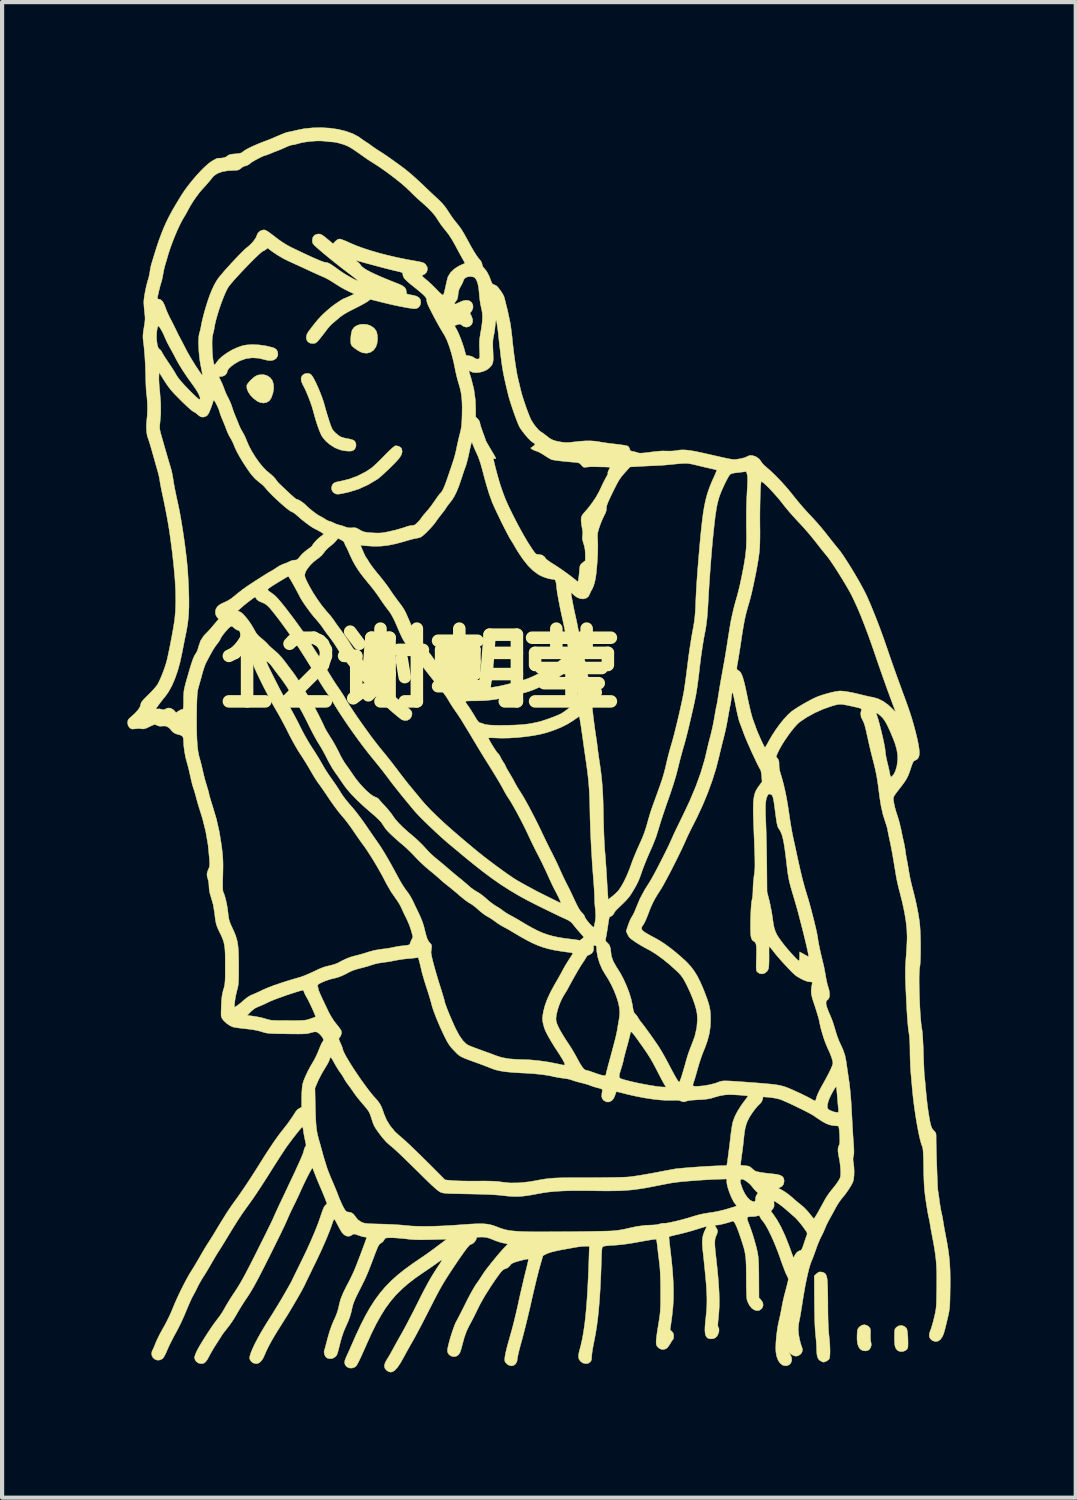
<source format=kicad_pcb>
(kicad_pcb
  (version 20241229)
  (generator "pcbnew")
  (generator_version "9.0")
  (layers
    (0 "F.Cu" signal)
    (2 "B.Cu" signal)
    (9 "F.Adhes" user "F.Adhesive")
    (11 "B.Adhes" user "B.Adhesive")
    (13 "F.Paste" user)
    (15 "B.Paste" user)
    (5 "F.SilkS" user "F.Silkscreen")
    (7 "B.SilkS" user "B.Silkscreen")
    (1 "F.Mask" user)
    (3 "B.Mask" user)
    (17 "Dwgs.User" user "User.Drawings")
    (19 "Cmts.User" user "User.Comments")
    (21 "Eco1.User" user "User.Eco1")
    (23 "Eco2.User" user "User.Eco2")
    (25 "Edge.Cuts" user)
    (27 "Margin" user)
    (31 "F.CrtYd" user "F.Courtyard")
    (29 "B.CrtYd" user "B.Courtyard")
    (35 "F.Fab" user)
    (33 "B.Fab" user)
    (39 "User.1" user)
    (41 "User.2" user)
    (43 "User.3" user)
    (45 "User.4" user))
  (footprint "12谢朝莹"
    (layer "F.Cu")
    (at 6.965 13.05)
    (property "Reference" "12谢朝莹" (at 0 0 0) (layer "F.SilkS") (effects (font (size 1.524 1.524) (thickness 0.3))))
    (attr through_hole)
    (fp_poly (pts (xy -3.628 -7.112) (xy -3.548 -7.059) (xy -3.497 -6.993) (xy -3.469 -6.906) (xy -3.463 -6.804) (xy -3.481 -6.691) (xy -3.521 -6.577) (xy -3.567 -6.509) (xy -3.632 -6.467) (xy -3.708 -6.452) (xy -3.791 -6.466) (xy -3.862 -6.5) (xy -3.95 -6.567) (xy -4.022 -6.643) (xy -4.075 -6.723) (xy -4.105 -6.802) (xy -4.107 -6.872) (xy -4.106 -6.88) (xy -4.089 -6.911) (xy -4.054 -6.956) (xy -4.007 -7.006) (xy -3.998 -7.015) (xy -3.938 -7.068) (xy -3.888 -7.101) (xy -3.838 -7.121) (xy -3.815 -7.126) (xy -3.715 -7.134) (xy -3.628 -7.112)) (stroke (width 0.01) (type solid)) (fill yes) (layer "F.SilkS"))
    (fp_poly (pts (xy 11.626 15.646) (xy 11.677 15.689) (xy 11.691 15.711) (xy 11.701 15.747) (xy 11.709 15.808) (xy 11.716 15.887) (xy 11.72 15.976) (xy 11.721 16.066) (xy 11.719 16.142) (xy 11.702 16.191) (xy 11.661 16.228) (xy 11.606 16.25) (xy 11.546 16.254) (xy 11.49 16.238) (xy 11.466 16.221) (xy 11.438 16.189) (xy 11.418 16.152) (xy 11.405 16.103) (xy 11.399 16.035) (xy 11.396 15.942) (xy 11.396 15.91) (xy 11.397 15.827) (xy 11.399 15.77) (xy 11.404 15.732) (xy 11.413 15.707) (xy 11.429 15.687) (xy 11.441 15.674) (xy 11.499 15.637) (xy 11.564 15.628) (xy 11.626 15.646)) (stroke (width 0.01) (type solid)) (fill yes) (layer "F.SilkS"))
    (fp_poly (pts (xy 10.746 15.632) (xy 10.776 15.654) (xy 10.799 15.677) (xy 10.813 15.7) (xy 10.821 15.73) (xy 10.823 15.775) (xy 10.822 15.843) (xy 10.821 15.875) (xy 10.822 15.943) (xy 10.828 16.003) (xy 10.836 16.041) (xy 10.842 16.097) (xy 10.826 16.157) (xy 10.793 16.205) (xy 10.772 16.221) (xy 10.705 16.239) (xy 10.636 16.23) (xy 10.578 16.196) (xy 10.577 16.194) (xy 10.538 16.14) (xy 10.513 16.068) (xy 10.501 15.972) (xy 10.501 15.864) (xy 10.505 15.791) (xy 10.511 15.743) (xy 10.522 15.71) (xy 10.54 15.683) (xy 10.557 15.664) (xy 10.617 15.622) (xy 10.682 15.611) (xy 10.746 15.632)) (stroke (width 0.01) (type solid)) (fill yes) (layer "F.SilkS"))
    (fp_poly (pts (xy -1.209 -8.326) (xy -1.127 -8.293) (xy -1.058 -8.243) (xy -1.009 -8.176) (xy -1.003 -8.164) (xy -0.982 -8.079) (xy -0.977 -7.98) (xy -0.989 -7.881) (xy -1.017 -7.796) (xy -1.018 -7.795) (xy -1.073 -7.718) (xy -1.147 -7.667) (xy -1.234 -7.645) (xy -1.327 -7.654) (xy -1.336 -7.656) (xy -1.391 -7.679) (xy -1.455 -7.715) (xy -1.518 -7.758) (xy -1.571 -7.801) (xy -1.603 -7.837) (xy -1.605 -7.84) (xy -1.617 -7.884) (xy -1.621 -7.95) (xy -1.618 -8.027) (xy -1.609 -8.104) (xy -1.594 -8.171) (xy -1.582 -8.204) (xy -1.535 -8.268) (xy -1.467 -8.311) (xy -1.386 -8.335) (xy -1.298 -8.34) (xy -1.209 -8.326)) (stroke (width 0.01) (type solid)) (fill yes) (layer "F.SilkS"))
    (fp_poly (pts (xy -0.507 -5.427) (xy -0.455 -5.409) (xy -0.414 -5.379) (xy -0.4 -5.359) (xy -0.388 -5.286) (xy -0.408 -5.211) (xy -0.455 -5.137) (xy -0.499 -5.085) (xy -0.561 -5.019) (xy -0.635 -4.944) (xy -0.715 -4.866) (xy -0.795 -4.791) (xy -0.869 -4.722) (xy -0.933 -4.667) (xy -0.979 -4.631) (xy -0.982 -4.629) (xy -1.203 -4.497) (xy -1.427 -4.395) (xy -1.663 -4.321) (xy -1.717 -4.309) (xy -1.807 -4.289) (xy -1.87 -4.277) (xy -1.914 -4.271) (xy -1.946 -4.271) (xy -1.973 -4.277) (xy -1.992 -4.284) (xy -2.045 -4.321) (xy -2.074 -4.376) (xy -2.079 -4.438) (xy -2.056 -4.498) (xy -2.045 -4.513) (xy -2.018 -4.537) (xy -1.983 -4.555) (xy -1.929 -4.569) (xy -1.862 -4.582) (xy -1.661 -4.63) (xy -1.459 -4.705) (xy -1.266 -4.803) (xy -1.126 -4.894) (xy -1.087 -4.927) (xy -1.03 -4.979) (xy -0.961 -5.045) (xy -0.885 -5.119) (xy -0.819 -5.187) (xy -0.744 -5.263) (xy -0.676 -5.329) (xy -0.618 -5.381) (xy -0.576 -5.415) (xy -0.554 -5.428) (xy -0.507 -5.427)) (stroke (width 0.01) (type solid)) (fill yes) (layer "F.SilkS"))
    (fp_poly (pts (xy 9.649 14.349) (xy 9.705 14.364) (xy 9.744 14.393) (xy 9.769 14.441) (xy 9.785 14.514) (xy 9.79 14.567) (xy 9.793 14.621) (xy 9.796 14.704) (xy 9.799 14.807) (xy 9.801 14.927) (xy 9.803 15.056) (xy 9.803 15.189) (xy 9.803 15.189) (xy 9.805 15.378) (xy 9.809 15.547) (xy 9.815 15.694) (xy 9.823 15.813) (xy 9.83 15.875) (xy 9.842 15.993) (xy 9.85 16.108) (xy 9.854 16.214) (xy 9.853 16.306) (xy 9.848 16.377) (xy 9.839 16.422) (xy 9.837 16.428) (xy 9.809 16.457) (xy 9.766 16.484) (xy 9.761 16.486) (xy 9.723 16.502) (xy 9.7 16.507) (xy 9.676 16.501) (xy 9.639 16.484) (xy 9.592 16.453) (xy 9.56 16.403) (xy 9.541 16.33) (xy 9.534 16.23) (xy 9.533 16.201) (xy 9.531 16.124) (xy 9.525 16.028) (xy 9.516 15.926) (xy 9.509 15.858) (xy 9.5 15.759) (xy 9.492 15.626) (xy 9.487 15.46) (xy 9.483 15.26) (xy 9.48 15.047) (xy 9.477 14.439) (xy 9.533 14.389) (xy 9.575 14.357) (xy 9.611 14.346) (xy 9.649 14.349)) (stroke (width 0.01) (type solid)) (fill yes) (layer "F.SilkS"))
    (fp_poly (pts (xy -2.594 -7.149) (xy -2.562 -7.125) (xy -2.527 -7.077) (xy -2.486 -7.003) (xy -2.44 -6.909) (xy -2.392 -6.803) (xy -2.345 -6.689) (xy -2.302 -6.574) (xy -2.265 -6.465) (xy -2.242 -6.384) (xy -2.219 -6.3) (xy -2.19 -6.199) (xy -2.157 -6.094) (xy -2.132 -6.016) (xy -2.103 -5.929) (xy -2.079 -5.867) (xy -2.058 -5.823) (xy -2.034 -5.789) (xy -2.004 -5.757) (xy -1.976 -5.73) (xy -1.922 -5.685) (xy -1.876 -5.653) (xy -1.827 -5.631) (xy -1.765 -5.614) (xy -1.68 -5.597) (xy -1.677 -5.597) (xy -1.6 -5.58) (xy -1.55 -5.561) (xy -1.521 -5.537) (xy -1.494 -5.479) (xy -1.494 -5.415) (xy -1.52 -5.356) (xy -1.532 -5.342) (xy -1.562 -5.317) (xy -1.598 -5.305) (xy -1.651 -5.301) (xy -1.671 -5.301) (xy -1.744 -5.307) (xy -1.827 -5.321) (xy -1.875 -5.333) (xy -1.993 -5.38) (xy -2.108 -5.451) (xy -2.212 -5.538) (xy -2.293 -5.635) (xy -2.313 -5.665) (xy -2.342 -5.725) (xy -2.377 -5.81) (xy -2.414 -5.913) (xy -2.451 -6.028) (xy -2.486 -6.146) (xy -2.514 -6.251) (xy -2.544 -6.356) (xy -2.586 -6.477) (xy -2.634 -6.604) (xy -2.685 -6.726) (xy -2.734 -6.832) (xy -2.762 -6.883) (xy -2.8 -6.968) (xy -2.809 -7.039) (xy -2.789 -7.097) (xy -2.769 -7.121) (xy -2.716 -7.155) (xy -2.653 -7.164) (xy -2.594 -7.149)) (stroke (width 0.01) (type solid)) (fill yes) (layer "F.SilkS"))
    (fp_poly (pts (xy -2.121 -13.033) (xy -1.925 -13.005) (xy -1.743 -12.961) (xy -1.579 -12.903) (xy -1.44 -12.831) (xy -1.394 -12.799) (xy -1.336 -12.757) (xy -1.285 -12.722) (xy -1.25 -12.699) (xy -1.245 -12.696) (xy -1.214 -12.676) (xy -1.167 -12.644) (xy -1.12 -12.609) (xy -1.052 -12.561) (xy -0.976 -12.51) (xy -0.929 -12.48) (xy -0.848 -12.429) (xy -0.743 -12.358) (xy -0.617 -12.269) (xy -0.473 -12.165) (xy -0.349 -12.074) (xy -0.28 -12.02) (xy -0.195 -11.949) (xy -0.101 -11.868) (xy -0.007 -11.782) (xy 0.07 -11.71) (xy 0.158 -11.626) (xy 0.249 -11.539) (xy 0.337 -11.456) (xy 0.415 -11.384) (xy 0.468 -11.335) (xy 0.559 -11.245) (xy 0.633 -11.159) (xy 0.701 -11.062) (xy 0.72 -11.032) (xy 0.774 -10.949) (xy 0.836 -10.861) (xy 0.897 -10.783) (xy 0.927 -10.747) (xy 0.977 -10.684) (xy 1.031 -10.607) (xy 1.09 -10.51) (xy 1.157 -10.39) (xy 1.198 -10.316) (xy 1.267 -10.188) (xy 1.331 -10.079) (xy 1.387 -9.991) (xy 1.432 -9.928) (xy 1.444 -9.914) (xy 1.494 -9.853) (xy 1.519 -9.804) (xy 1.524 -9.776) (xy 1.54 -9.72) (xy 1.576 -9.676) (xy 1.636 -9.602) (xy 1.691 -9.498) (xy 1.735 -9.385) (xy 1.755 -9.331) (xy 1.775 -9.302) (xy 1.802 -9.288) (xy 1.814 -9.285) (xy 1.859 -9.265) (xy 1.9 -9.229) (xy 1.901 -9.228) (xy 1.969 -9.139) (xy 2.016 -9.068) (xy 2.046 -9.009) (xy 2.063 -8.958) (xy 2.074 -8.911) (xy 2.091 -8.841) (xy 2.112 -8.758) (xy 2.133 -8.678) (xy 2.205 -8.338) (xy 2.244 -8.026) (xy 2.255 -7.905) (xy 2.271 -7.77) (xy 2.288 -7.628) (xy 2.307 -7.487) (xy 2.327 -7.353) (xy 2.346 -7.232) (xy 2.364 -7.133) (xy 2.377 -7.07) (xy 2.4 -6.973) (xy 2.426 -6.866) (xy 2.449 -6.766) (xy 2.456 -6.74) (xy 2.476 -6.664) (xy 2.505 -6.569) (xy 2.541 -6.462) (xy 2.579 -6.35) (xy 2.618 -6.243) (xy 2.655 -6.149) (xy 2.687 -6.074) (xy 2.701 -6.045) (xy 2.737 -5.985) (xy 2.783 -5.919) (xy 2.834 -5.856) (xy 2.882 -5.803) (xy 2.92 -5.771) (xy 2.926 -5.767) (xy 2.962 -5.745) (xy 3.012 -5.709) (xy 3.069 -5.665) (xy 3.077 -5.659) (xy 3.137 -5.612) (xy 3.191 -5.58) (xy 3.247 -5.556) (xy 3.317 -5.538) (xy 3.409 -5.52) (xy 3.415 -5.519) (xy 3.502 -5.508) (xy 3.587 -5.508) (xy 3.686 -5.517) (xy 3.854 -5.536) (xy 3.996 -5.546) (xy 4.116 -5.547) (xy 4.222 -5.54) (xy 4.301 -5.529) (xy 4.38 -5.515) (xy 4.478 -5.5) (xy 4.58 -5.486) (xy 4.648 -5.478) (xy 4.768 -5.464) (xy 4.858 -5.452) (xy 4.924 -5.443) (xy 4.97 -5.434) (xy 5 -5.426) (xy 5.019 -5.416) (xy 5.031 -5.405) (xy 5.038 -5.396) (xy 5.058 -5.357) (xy 5.063 -5.332) (xy 5.076 -5.31) (xy 5.116 -5.297) (xy 5.127 -5.296) (xy 5.186 -5.284) (xy 5.242 -5.266) (xy 5.244 -5.265) (xy 5.27 -5.257) (xy 5.302 -5.253) (xy 5.347 -5.254) (xy 5.41 -5.259) (xy 5.498 -5.269) (xy 5.54 -5.275) (xy 5.634 -5.287) (xy 5.723 -5.296) (xy 5.798 -5.303) (xy 5.85 -5.305) (xy 5.859 -5.305) (xy 5.926 -5.304) (xy 5.999 -5.302) (xy 6.019 -5.302) (xy 6.085 -5.304) (xy 6.162 -5.312) (xy 6.202 -5.319) (xy 6.265 -5.328) (xy 6.334 -5.331) (xy 6.412 -5.327) (xy 6.506 -5.316) (xy 6.618 -5.297) (xy 6.755 -5.269) (xy 6.879 -5.241) (xy 7.042 -5.204) (xy 7.176 -5.174) (xy 7.284 -5.149) (xy 7.37 -5.131) (xy 7.437 -5.117) (xy 7.489 -5.108) (xy 7.529 -5.103) (xy 7.561 -5.101) (xy 7.589 -5.102) (xy 7.617 -5.105) (xy 7.647 -5.11) (xy 7.676 -5.114) (xy 7.752 -5.129) (xy 7.817 -5.148) (xy 7.86 -5.167) (xy 7.862 -5.168) (xy 7.928 -5.197) (xy 8 -5.196) (xy 8.084 -5.166) (xy 8.087 -5.164) (xy 8.161 -5.111) (xy 8.197 -5.061) (xy 8.229 -5.014) (xy 8.276 -4.963) (xy 8.31 -4.933) (xy 8.422 -4.836) (xy 8.545 -4.719) (xy 8.673 -4.587) (xy 8.799 -4.448) (xy 8.915 -4.31) (xy 8.955 -4.259) (xy 9.033 -4.161) (xy 9.12 -4.056) (xy 9.208 -3.953) (xy 9.289 -3.863) (xy 9.33 -3.818) (xy 9.447 -3.694) (xy 9.551 -3.579) (xy 9.65 -3.463) (xy 9.753 -3.336) (xy 9.847 -3.217) (xy 9.906 -3.141) (xy 9.967 -3.066) (xy 10.02 -3) (xy 10.058 -2.954) (xy 10.107 -2.892) (xy 10.168 -2.805) (xy 10.238 -2.698) (xy 10.315 -2.577) (xy 10.395 -2.447) (xy 10.475 -2.313) (xy 10.551 -2.181) (xy 10.621 -2.055) (xy 10.681 -1.941) (xy 10.729 -1.844) (xy 10.736 -1.83) (xy 10.834 -1.605) (xy 10.936 -1.354) (xy 11.04 -1.085) (xy 11.142 -0.805) (xy 11.236 -0.533) (xy 11.28 -0.404) (xy 11.333 -0.252) (xy 11.392 -0.084) (xy 11.454 0.09) (xy 11.517 0.262) (xy 11.576 0.425) (xy 11.594 0.474) (xy 11.664 0.663) (xy 11.722 0.827) (xy 11.772 0.972) (xy 11.814 1.105) (xy 11.851 1.231) (xy 11.885 1.357) (xy 11.898 1.405) (xy 11.939 1.573) (xy 11.968 1.712) (xy 11.986 1.825) (xy 11.993 1.914) (xy 11.988 1.983) (xy 11.972 2.034) (xy 11.944 2.071) (xy 11.904 2.096) (xy 11.889 2.102) (xy 11.867 2.113) (xy 11.849 2.133) (xy 11.831 2.168) (xy 11.809 2.225) (xy 11.787 2.291) (xy 11.754 2.39) (xy 11.722 2.47) (xy 11.687 2.54) (xy 11.644 2.609) (xy 11.588 2.687) (xy 11.538 2.752) (xy 11.474 2.834) (xy 11.427 2.896) (xy 11.395 2.942) (xy 11.377 2.979) (xy 11.37 3.013) (xy 11.371 3.049) (xy 11.378 3.094) (xy 11.387 3.141) (xy 11.407 3.231) (xy 11.435 3.331) (xy 11.464 3.42) (xy 11.465 3.423) (xy 11.489 3.497) (xy 11.515 3.591) (xy 11.54 3.692) (xy 11.558 3.773) (xy 11.576 3.864) (xy 11.595 3.953) (xy 11.612 4.029) (xy 11.624 4.08) (xy 11.639 4.154) (xy 11.653 4.236) (xy 11.658 4.276) (xy 11.668 4.348) (xy 11.683 4.433) (xy 11.695 4.496) (xy 11.709 4.569) (xy 11.725 4.66) (xy 11.74 4.751) (xy 11.744 4.775) (xy 11.759 4.864) (xy 11.781 4.968) (xy 11.805 5.072) (xy 11.818 5.122) (xy 11.876 5.348) (xy 11.925 5.563) (xy 11.964 5.762) (xy 11.992 5.937) (xy 11.997 5.977) (xy 12.006 6.07) (xy 12.013 6.182) (xy 12.018 6.307) (xy 12.021 6.44) (xy 12.022 6.574) (xy 12.022 6.703) (xy 12.019 6.822) (xy 12.015 6.923) (xy 12.009 7.002) (xy 12.002 7.046) (xy 11.995 7.101) (xy 11.99 7.185) (xy 11.987 7.292) (xy 11.987 7.418) (xy 11.989 7.557) (xy 11.993 7.705) (xy 11.998 7.856) (xy 12.005 8.006) (xy 12.013 8.149) (xy 12.023 8.28) (xy 12.033 8.394) (xy 12.044 8.487) (xy 12.056 8.553) (xy 12.057 8.56) (xy 12.062 8.594) (xy 12.068 8.657) (xy 12.074 8.744) (xy 12.079 8.85) (xy 12.085 8.969) (xy 12.089 9.097) (xy 12.09 9.119) (xy 12.094 9.247) (xy 12.099 9.366) (xy 12.103 9.471) (xy 12.107 9.558) (xy 12.111 9.622) (xy 12.114 9.657) (xy 12.114 9.66) (xy 12.119 9.696) (xy 12.125 9.758) (xy 12.133 9.836) (xy 12.14 9.924) (xy 12.141 9.931) (xy 12.161 10.144) (xy 12.183 10.344) (xy 12.208 10.525) (xy 12.234 10.68) (xy 12.245 10.74) (xy 12.263 10.82) (xy 12.28 10.875) (xy 12.298 10.915) (xy 12.323 10.947) (xy 12.338 10.963) (xy 12.369 10.996) (xy 12.386 11.025) (xy 12.393 11.061) (xy 12.394 11.117) (xy 12.394 11.137) (xy 12.394 11.188) (xy 12.395 11.265) (xy 12.397 11.362) (xy 12.4 11.475) (xy 12.403 11.598) (xy 12.407 11.727) (xy 12.412 11.857) (xy 12.416 11.984) (xy 12.421 12.102) (xy 12.425 12.206) (xy 12.429 12.292) (xy 12.433 12.356) (xy 12.436 12.391) (xy 12.436 12.395) (xy 12.442 12.428) (xy 12.451 12.487) (xy 12.462 12.562) (xy 12.472 12.641) (xy 12.485 12.731) (xy 12.5 12.819) (xy 12.513 12.893) (xy 12.523 12.937) (xy 12.538 13.003) (xy 12.553 13.085) (xy 12.565 13.157) (xy 12.576 13.227) (xy 12.592 13.317) (xy 12.61 13.415) (xy 12.624 13.487) (xy 12.659 13.67) (xy 12.685 13.834) (xy 12.705 13.99) (xy 12.719 14.145) (xy 12.728 14.307) (xy 12.731 14.485) (xy 12.731 14.686) (xy 12.73 14.724) (xy 12.728 14.87) (xy 12.726 14.988) (xy 12.723 15.083) (xy 12.719 15.159) (xy 12.713 15.221) (xy 12.706 15.275) (xy 12.697 15.326) (xy 12.686 15.379) (xy 12.685 15.384) (xy 12.654 15.517) (xy 12.629 15.622) (xy 12.609 15.703) (xy 12.592 15.765) (xy 12.578 15.812) (xy 12.565 15.848) (xy 12.552 15.878) (xy 12.544 15.896) (xy 12.496 15.965) (xy 12.437 16.005) (xy 12.373 16.014) (xy 12.309 15.993) (xy 12.267 15.96) (xy 12.234 15.909) (xy 12.228 15.847) (xy 12.249 15.769) (xy 12.259 15.744) (xy 12.276 15.699) (xy 12.297 15.629) (xy 12.321 15.545) (xy 12.344 15.454) (xy 12.347 15.441) (xy 12.363 15.375) (xy 12.375 15.318) (xy 12.384 15.266) (xy 12.392 15.212) (xy 12.397 15.152) (xy 12.401 15.081) (xy 12.403 14.992) (xy 12.405 14.881) (xy 12.408 14.742) (xy 12.408 14.721) (xy 12.409 14.529) (xy 12.408 14.362) (xy 12.402 14.213) (xy 12.392 14.073) (xy 12.376 13.934) (xy 12.355 13.788) (xy 12.326 13.627) (xy 12.303 13.504) (xy 12.286 13.416) (xy 12.27 13.331) (xy 12.258 13.259) (xy 12.251 13.216) (xy 12.24 13.148) (xy 12.224 13.072) (xy 12.216 13.037) (xy 12.206 12.989) (xy 12.192 12.915) (xy 12.177 12.823) (xy 12.16 12.721) (xy 12.148 12.639) (xy 12.133 12.535) (xy 12.122 12.438) (xy 12.113 12.342) (xy 12.106 12.24) (xy 12.101 12.124) (xy 12.097 11.988) (xy 12.095 11.862) (xy 12.092 11.715) (xy 12.089 11.599) (xy 12.085 11.509) (xy 12.081 11.442) (xy 12.075 11.393) (xy 12.069 11.36) (xy 12.061 11.338) (xy 12.06 11.337) (xy 12.039 11.283) (xy 12.016 11.2) (xy 11.99 11.092) (xy 11.964 10.964) (xy 11.937 10.819) (xy 11.911 10.663) (xy 11.886 10.5) (xy 11.863 10.334) (xy 11.843 10.17) (xy 11.827 10.012) (xy 11.82 9.94) (xy 11.811 9.834) (xy 11.801 9.718) (xy 11.791 9.608) (xy 11.786 9.543) (xy 11.78 9.461) (xy 11.775 9.355) (xy 11.771 9.238) (xy 11.768 9.119) (xy 11.768 9.061) (xy 11.766 8.923) (xy 11.761 8.799) (xy 11.752 8.695) (xy 11.743 8.628) (xy 11.732 8.558) (xy 11.722 8.469) (xy 11.712 8.359) (xy 11.702 8.224) (xy 11.692 8.064) (xy 11.682 7.876) (xy 11.672 7.657) (xy 11.667 7.552) (xy 11.661 7.399) (xy 11.657 7.27) (xy 11.657 7.156) (xy 11.659 7.049) (xy 11.665 6.937) (xy 11.673 6.814) (xy 11.674 6.807) (xy 11.682 6.693) (xy 11.689 6.58) (xy 11.695 6.475) (xy 11.698 6.388) (xy 11.699 6.333) (xy 11.693 6.152) (xy 11.672 5.957) (xy 11.637 5.743) (xy 11.587 5.507) (xy 11.521 5.245) (xy 11.51 5.207) (xy 11.485 5.105) (xy 11.459 4.99) (xy 11.438 4.88) (xy 11.43 4.834) (xy 11.397 4.633) (xy 11.368 4.46) (xy 11.343 4.314) (xy 11.319 4.189) (xy 11.298 4.083) (xy 11.286 4.03) (xy 11.268 3.947) (xy 11.252 3.868) (xy 11.239 3.804) (xy 11.235 3.776) (xy 11.223 3.722) (xy 11.203 3.651) (xy 11.178 3.578) (xy 11.176 3.57) (xy 11.119 3.389) (xy 11.074 3.186) (xy 11.038 2.957) (xy 11.033 2.913) (xy 11.011 2.741) (xy 10.99 2.593) (xy 10.967 2.459) (xy 10.94 2.328) (xy 10.907 2.19) (xy 10.88 2.083) (xy 10.849 1.963) (xy 10.815 1.824) (xy 10.782 1.682) (xy 10.753 1.55) (xy 10.743 1.507) (xy 10.714 1.375) (xy 10.688 1.273) (xy 10.665 1.201) (xy 10.644 1.155) (xy 10.641 1.151) (xy 10.598 1.064) (xy 10.588 0.978) (xy 10.589 0.97) (xy 10.96 0.97) (xy 10.965 0.995) (xy 10.985 1.05) (xy 11.009 1.129) (xy 11.036 1.226) (xy 11.064 1.336) (xy 11.092 1.45) (xy 11.119 1.564) (xy 11.142 1.671) (xy 11.16 1.763) (xy 11.172 1.836) (xy 11.176 1.882) (xy 11.18 1.928) (xy 11.192 1.997) (xy 11.208 2.079) (xy 11.225 2.151) (xy 11.246 2.236) (xy 11.265 2.319) (xy 11.28 2.388) (xy 11.286 2.426) (xy 11.297 2.477) (xy 11.313 2.498) (xy 11.336 2.487) (xy 11.37 2.447) (xy 11.383 2.429) (xy 11.419 2.357) (xy 11.449 2.257) (xy 11.457 2.218) (xy 11.474 2.09) (xy 11.471 1.963) (xy 11.449 1.83) (xy 11.405 1.683) (xy 11.373 1.6) (xy 11.311 1.448) (xy 11.256 1.325) (xy 11.207 1.226) (xy 11.161 1.148) (xy 11.116 1.088) (xy 11.071 1.042) (xy 11.014 0.994) (xy 10.977 0.969) (xy 10.96 0.97) (xy 10.589 0.97) (xy 10.597 0.927) (xy 10.604 0.9) (xy 10.607 0.881) (xy 10.599 0.866) (xy 10.576 0.854) (xy 10.535 0.842) (xy 10.469 0.827) (xy 10.376 0.806) (xy 10.273 0.784) (xy 10.197 0.769) (xy 10.138 0.76) (xy 10.09 0.759) (xy 10.045 0.763) (xy 9.995 0.774) (xy 9.932 0.791) (xy 9.906 0.799) (xy 9.7 0.87) (xy 9.492 0.962) (xy 9.294 1.071) (xy 9.129 1.182) (xy 9.069 1.236) (xy 8.999 1.314) (xy 8.921 1.41) (xy 8.842 1.518) (xy 8.765 1.631) (xy 8.695 1.743) (xy 8.636 1.849) (xy 8.596 1.933) (xy 8.563 2.012) (xy 8.6 2.058) (xy 8.623 2.097) (xy 8.633 2.144) (xy 8.634 2.2) (xy 8.637 2.273) (xy 8.65 2.349) (xy 8.658 2.379) (xy 8.702 2.526) (xy 8.741 2.671) (xy 8.776 2.821) (xy 8.809 2.981) (xy 8.84 3.159) (xy 8.871 3.36) (xy 8.889 3.488) (xy 8.907 3.602) (xy 8.928 3.728) (xy 8.951 3.851) (xy 8.972 3.954) (xy 8.993 4.049) (xy 9.019 4.166) (xy 9.046 4.292) (xy 9.072 4.415) (xy 9.084 4.47) (xy 9.14 4.721) (xy 9.194 4.944) (xy 9.248 5.144) (xy 9.303 5.327) (xy 9.305 5.334) (xy 9.333 5.423) (xy 9.363 5.53) (xy 9.396 5.65) (xy 9.429 5.777) (xy 9.462 5.905) (xy 9.492 6.029) (xy 9.519 6.142) (xy 9.54 6.239) (xy 9.555 6.315) (xy 9.561 6.358) (xy 9.57 6.422) (xy 9.587 6.512) (xy 9.61 6.623) (xy 9.638 6.749) (xy 9.671 6.885) (xy 9.693 6.977) (xy 9.707 7.034) (xy 9.722 7.113) (xy 9.738 7.2) (xy 9.746 7.247) (xy 9.761 7.329) (xy 9.777 7.407) (xy 9.791 7.468) (xy 9.799 7.493) (xy 9.832 7.606) (xy 9.844 7.702) (xy 9.835 7.776) (xy 9.805 7.827) (xy 9.785 7.841) (xy 9.762 7.87) (xy 9.758 7.922) (xy 9.774 7.997) (xy 9.811 8.098) (xy 9.835 8.155) (xy 9.865 8.223) (xy 9.89 8.283) (xy 9.912 8.343) (xy 9.935 8.41) (xy 9.961 8.493) (xy 9.992 8.599) (xy 10 8.626) (xy 10.028 8.711) (xy 10.062 8.801) (xy 10.096 8.878) (xy 10.103 8.891) (xy 10.167 9.033) (xy 10.212 9.166) (xy 10.24 9.305) (xy 10.244 9.335) (xy 10.254 9.408) (xy 10.268 9.503) (xy 10.283 9.605) (xy 10.296 9.694) (xy 10.316 9.83) (xy 10.332 9.97) (xy 10.346 10.119) (xy 10.359 10.284) (xy 10.37 10.471) (xy 10.38 10.66) (xy 10.386 10.786) (xy 10.394 10.923) (xy 10.402 11.058) (xy 10.41 11.179) (xy 10.415 11.254) (xy 10.423 11.364) (xy 10.426 11.446) (xy 10.426 11.505) (xy 10.421 11.548) (xy 10.415 11.571) (xy 10.404 11.626) (xy 10.407 11.693) (xy 10.413 11.729) (xy 10.426 11.827) (xy 10.431 11.932) (xy 10.429 12.034) (xy 10.419 12.124) (xy 10.403 12.192) (xy 10.398 12.203) (xy 10.354 12.286) (xy 10.293 12.382) (xy 10.223 12.482) (xy 10.148 12.574) (xy 10.144 12.579) (xy 10.095 12.642) (xy 10.042 12.721) (xy 9.996 12.799) (xy 9.99 12.81) (xy 9.946 12.893) (xy 9.896 12.985) (xy 9.85 13.066) (xy 9.846 13.073) (xy 9.806 13.147) (xy 9.767 13.226) (xy 9.738 13.294) (xy 9.735 13.301) (xy 9.705 13.373) (xy 9.668 13.454) (xy 9.64 13.507) (xy 9.611 13.567) (xy 9.577 13.647) (xy 9.542 13.736) (xy 9.518 13.803) (xy 9.487 13.891) (xy 9.455 13.978) (xy 9.425 14.054) (xy 9.407 14.097) (xy 9.381 14.166) (xy 9.352 14.265) (xy 9.322 14.388) (xy 9.29 14.532) (xy 9.258 14.691) (xy 9.228 14.862) (xy 9.199 15.039) (xy 9.194 15.071) (xy 9.177 15.181) (xy 9.16 15.287) (xy 9.144 15.382) (xy 9.13 15.457) (xy 9.119 15.506) (xy 9.105 15.583) (xy 9.096 15.671) (xy 9.093 15.726) (xy 9.098 15.798) (xy 9.11 15.884) (xy 9.128 15.974) (xy 9.148 16.055) (xy 9.169 16.119) (xy 9.177 16.137) (xy 9.194 16.198) (xy 9.185 16.261) (xy 9.159 16.305) (xy 9.098 16.352) (xy 9.034 16.365) (xy 8.967 16.345) (xy 8.917 16.309) (xy 8.867 16.264) (xy 8.904 16.326) (xy 8.934 16.4) (xy 8.937 16.469) (xy 8.915 16.529) (xy 8.872 16.572) (xy 8.809 16.594) (xy 8.789 16.595) (xy 8.721 16.579) (xy 8.661 16.533) (xy 8.612 16.462) (xy 8.577 16.368) (xy 8.558 16.261) (xy 8.555 16.16) (xy 8.559 16.036) (xy 8.57 15.897) (xy 8.588 15.754) (xy 8.61 15.616) (xy 8.635 15.501) (xy 8.657 15.406) (xy 8.677 15.308) (xy 8.695 15.22) (xy 8.703 15.168) (xy 8.716 15.101) (xy 8.735 15.013) (xy 8.759 14.914) (xy 8.785 14.814) (xy 8.79 14.795) (xy 8.813 14.708) (xy 8.833 14.63) (xy 8.848 14.568) (xy 8.855 14.529) (xy 8.856 14.522) (xy 8.848 14.488) (xy 8.827 14.441) (xy 8.815 14.42) (xy 8.797 14.382) (xy 8.771 14.319) (xy 8.739 14.235) (xy 8.703 14.139) (xy 8.666 14.035) (xy 8.662 14.02) (xy 8.608 13.871) (xy 8.55 13.723) (xy 8.49 13.58) (xy 8.429 13.448) (xy 8.372 13.332) (xy 8.318 13.236) (xy 8.272 13.165) (xy 8.257 13.146) (xy 8.219 13.098) (xy 8.189 13.052) (xy 8.18 13.032) (xy 8.163 13.002) (xy 8.14 12.998) (xy 8.119 13.005) (xy 8.076 13.015) (xy 8.017 13.021) (xy 7.987 13.022) (xy 7.926 13.024) (xy 7.887 13.032) (xy 7.871 13.052) (xy 7.873 13.089) (xy 7.893 13.148) (xy 7.914 13.202) (xy 7.961 13.33) (xy 8.009 13.473) (xy 8.053 13.621) (xy 8.091 13.761) (xy 8.119 13.883) (xy 8.122 13.9) (xy 8.131 13.961) (xy 8.139 14.034) (xy 8.144 14.123) (xy 8.148 14.234) (xy 8.15 14.371) (xy 8.151 14.507) (xy 8.153 14.967) (xy 8.203 15.019) (xy 8.244 15.081) (xy 8.253 15.146) (xy 8.231 15.208) (xy 8.213 15.231) (xy 8.16 15.268) (xy 8.1 15.275) (xy 8.038 15.255) (xy 7.978 15.212) (xy 7.926 15.148) (xy 7.884 15.066) (xy 7.864 15.003) (xy 7.86 14.971) (xy 7.857 14.909) (xy 7.854 14.825) (xy 7.851 14.721) (xy 7.85 14.604) (xy 7.849 14.479) (xy 7.849 14.478) (xy 7.848 14.323) (xy 7.846 14.196) (xy 7.842 14.09) (xy 7.835 14) (xy 7.824 13.919) (xy 7.809 13.84) (xy 7.788 13.759) (xy 7.76 13.668) (xy 7.725 13.561) (xy 7.719 13.542) (xy 7.67 13.4) (xy 7.628 13.29) (xy 7.593 13.21) (xy 7.564 13.158) (xy 7.539 13.133) (xy 7.523 13.131) (xy 7.464 13.151) (xy 7.391 13.173) (xy 7.312 13.194) (xy 7.239 13.211) (xy 7.181 13.222) (xy 7.152 13.225) (xy 7.111 13.227) (xy 7.098 13.239) (xy 7.112 13.265) (xy 7.129 13.288) (xy 7.153 13.331) (xy 7.163 13.372) (xy 7.155 13.413) (xy 7.136 13.464) (xy 7.129 13.479) (xy 7.111 13.523) (xy 7.1 13.575) (xy 7.096 13.641) (xy 7.098 13.726) (xy 7.107 13.834) (xy 7.12 13.953) (xy 7.149 14.217) (xy 7.172 14.451) (xy 7.188 14.659) (xy 7.199 14.845) (xy 7.203 15.014) (xy 7.202 15.168) (xy 7.194 15.311) (xy 7.182 15.448) (xy 7.182 15.449) (xy 7.172 15.542) (xy 7.168 15.607) (xy 7.17 15.647) (xy 7.177 15.667) (xy 7.178 15.668) (xy 7.196 15.708) (xy 7.196 15.764) (xy 7.179 15.826) (xy 7.149 15.883) (xy 7.108 15.925) (xy 7.06 15.944) (xy 7 15.95) (xy 6.946 15.941) (xy 6.924 15.929) (xy 6.896 15.902) (xy 6.876 15.865) (xy 6.864 15.815) (xy 6.859 15.747) (xy 6.861 15.659) (xy 6.87 15.544) (xy 6.884 15.418) (xy 6.893 15.324) (xy 6.901 15.233) (xy 6.905 15.143) (xy 6.907 15.049) (xy 6.906 14.949) (xy 6.902 14.839) (xy 6.895 14.715) (xy 6.884 14.574) (xy 6.869 14.413) (xy 6.851 14.228) (xy 6.829 14.016) (xy 6.806 13.806) (xy 6.796 13.672) (xy 6.799 13.561) (xy 6.816 13.465) (xy 6.849 13.375) (xy 6.867 13.34) (xy 6.887 13.295) (xy 6.896 13.266) (xy 6.893 13.259) (xy 6.871 13.264) (xy 6.824 13.277) (xy 6.758 13.297) (xy 6.679 13.322) (xy 6.66 13.328) (xy 6.551 13.361) (xy 6.428 13.395) (xy 6.306 13.427) (xy 6.224 13.447) (xy 6.143 13.465) (xy 6.074 13.482) (xy 6.025 13.495) (xy 6 13.502) (xy 5.999 13.502) (xy 5.999 13.52) (xy 6.003 13.567) (xy 6.01 13.637) (xy 6.02 13.725) (xy 6.031 13.827) (xy 6.036 13.862) (xy 6.066 14.131) (xy 6.088 14.371) (xy 6.101 14.59) (xy 6.107 14.792) (xy 6.105 14.982) (xy 6.096 15.166) (xy 6.078 15.348) (xy 6.06 15.491) (xy 6.025 15.733) (xy 6.069 15.773) (xy 6.102 15.816) (xy 6.113 15.87) (xy 6.113 15.882) (xy 6.109 15.927) (xy 6.101 15.955) (xy 6.098 15.959) (xy 6.082 15.978) (xy 6.056 16.017) (xy 6.031 16.06) (xy 5.996 16.114) (xy 5.962 16.158) (xy 5.94 16.178) (xy 5.877 16.204) (xy 5.81 16.199) (xy 5.748 16.164) (xy 5.739 16.156) (xy 5.718 16.132) (xy 5.703 16.106) (xy 5.694 16.073) (xy 5.691 16.028) (xy 5.694 15.968) (xy 5.703 15.889) (xy 5.717 15.785) (xy 5.738 15.654) (xy 5.744 15.617) (xy 5.761 15.515) (xy 5.773 15.43) (xy 5.783 15.356) (xy 5.79 15.284) (xy 5.794 15.21) (xy 5.797 15.125) (xy 5.798 15.024) (xy 5.798 14.9) (xy 5.798 14.817) (xy 5.797 14.627) (xy 5.793 14.466) (xy 5.787 14.328) (xy 5.778 14.21) (xy 5.768 14.122) (xy 5.756 14.019) (xy 5.742 13.91) (xy 5.73 13.809) (xy 5.722 13.733) (xy 5.713 13.663) (xy 5.705 13.606) (xy 5.698 13.572) (xy 5.696 13.564) (xy 5.677 13.564) (xy 5.632 13.569) (xy 5.569 13.578) (xy 5.515 13.587) (xy 5.428 13.602) (xy 5.322 13.621) (xy 5.21 13.641) (xy 5.114 13.658) (xy 5.004 13.675) (xy 4.881 13.691) (xy 4.761 13.703) (xy 4.674 13.709) (xy 4.589 13.714) (xy 4.515 13.721) (xy 4.458 13.728) (xy 4.426 13.736) (xy 4.426 13.736) (xy 4.414 13.743) (xy 4.405 13.755) (xy 4.398 13.775) (xy 4.393 13.808) (xy 4.389 13.859) (xy 4.385 13.932) (xy 4.382 14.031) (xy 4.379 14.12) (xy 4.368 14.437) (xy 4.354 14.724) (xy 4.338 14.984) (xy 4.319 15.22) (xy 4.297 15.436) (xy 4.272 15.635) (xy 4.242 15.821) (xy 4.209 15.996) (xy 4.205 16.016) (xy 4.185 16.117) (xy 4.168 16.212) (xy 4.156 16.294) (xy 4.149 16.356) (xy 4.148 16.381) (xy 4.145 16.441) (xy 4.13 16.482) (xy 4.113 16.504) (xy 4.061 16.537) (xy 4.001 16.543) (xy 3.939 16.527) (xy 3.885 16.491) (xy 3.847 16.438) (xy 3.834 16.4) (xy 3.833 16.344) (xy 3.845 16.274) (xy 3.851 16.25) (xy 3.887 16.115) (xy 3.92 15.97) (xy 3.949 15.812) (xy 3.975 15.64) (xy 3.998 15.45) (xy 4.018 15.241) (xy 4.036 15.01) (xy 4.052 14.754) (xy 4.066 14.471) (xy 4.079 14.158) (xy 4.086 13.923) (xy 4.092 13.733) (xy 3.998 13.733) (xy 3.965 13.733) (xy 3.933 13.735) (xy 3.899 13.738) (xy 3.857 13.743) (xy 3.802 13.751) (xy 3.731 13.763) (xy 3.638 13.78) (xy 3.518 13.802) (xy 3.442 13.815) (xy 3.291 13.846) (xy 3.174 13.875) (xy 3.091 13.904) (xy 3.074 13.911) (xy 3.025 13.936) (xy 2.991 13.954) (xy 2.98 13.962) (xy 2.976 13.978) (xy 2.964 14.022) (xy 2.945 14.088) (xy 2.922 14.169) (xy 2.905 14.228) (xy 2.883 14.309) (xy 2.855 14.418) (xy 2.823 14.546) (xy 2.789 14.689) (xy 2.753 14.84) (xy 2.718 14.991) (xy 2.701 15.068) (xy 2.666 15.224) (xy 2.627 15.387) (xy 2.588 15.55) (xy 2.549 15.706) (xy 2.513 15.846) (xy 2.482 15.964) (xy 2.471 16.001) (xy 2.441 16.11) (xy 2.415 16.21) (xy 2.394 16.298) (xy 2.379 16.366) (xy 2.371 16.409) (xy 2.371 16.417) (xy 2.358 16.495) (xy 2.325 16.552) (xy 2.277 16.587) (xy 2.219 16.596) (xy 2.157 16.577) (xy 2.113 16.543) (xy 2.085 16.512) (xy 2.07 16.485) (xy 2.067 16.449) (xy 2.071 16.393) (xy 2.071 16.386) (xy 2.08 16.333) (xy 2.096 16.256) (xy 2.118 16.163) (xy 2.144 16.065) (xy 2.157 16.019) (xy 2.198 15.874) (xy 2.234 15.748) (xy 2.265 15.631) (xy 2.294 15.517) (xy 2.323 15.398) (xy 2.354 15.266) (xy 2.388 15.113) (xy 2.412 15.003) (xy 2.442 14.868) (xy 2.475 14.727) (xy 2.507 14.589) (xy 2.537 14.462) (xy 2.563 14.355) (xy 2.575 14.31) (xy 2.597 14.221) (xy 2.615 14.144) (xy 2.628 14.085) (xy 2.634 14.049) (xy 2.633 14.041) (xy 2.612 14.039) (xy 2.563 14.047) (xy 2.494 14.063) (xy 2.409 14.085) (xy 2.337 14.106) (xy 2.27 14.13) (xy 2.227 14.154) (xy 2.198 14.186) (xy 2.193 14.194) (xy 2.142 14.246) (xy 2.094 14.267) (xy 2.066 14.276) (xy 2.039 14.29) (xy 2.012 14.312) (xy 1.98 14.346) (xy 1.942 14.393) (xy 1.894 14.459) (xy 1.834 14.545) (xy 1.759 14.656) (xy 1.736 14.69) (xy 1.595 14.912) (xy 1.474 15.126) (xy 1.422 15.232) (xy 1.373 15.331) (xy 1.323 15.433) (xy 1.274 15.527) (xy 1.233 15.604) (xy 1.219 15.629) (xy 1.154 15.762) (xy 1.101 15.911) (xy 1.085 15.968) (xy 1.062 16.052) (xy 1.041 16.13) (xy 1.024 16.193) (xy 1.014 16.228) (xy 0.992 16.283) (xy 0.961 16.33) (xy 0.956 16.334) (xy 0.903 16.368) (xy 0.842 16.375) (xy 0.783 16.36) (xy 0.733 16.326) (xy 0.702 16.275) (xy 0.695 16.233) (xy 0.701 16.18) (xy 0.717 16.104) (xy 0.741 16.01) (xy 0.77 15.908) (xy 0.803 15.803) (xy 0.837 15.704) (xy 0.869 15.617) (xy 0.898 15.551) (xy 0.908 15.533) (xy 0.935 15.483) (xy 0.974 15.408) (xy 1.021 15.316) (xy 1.073 15.214) (xy 1.126 15.108) (xy 1.136 15.088) (xy 1.19 14.98) (xy 1.246 14.875) (xy 1.3 14.778) (xy 1.348 14.696) (xy 1.386 14.637) (xy 1.391 14.63) (xy 1.443 14.557) (xy 1.496 14.476) (xy 1.542 14.405) (xy 1.549 14.393) (xy 1.582 14.345) (xy 1.632 14.277) (xy 1.696 14.196) (xy 1.767 14.106) (xy 1.842 14.014) (xy 1.916 13.926) (xy 1.984 13.847) (xy 2.042 13.783) (xy 2.081 13.742) (xy 2.113 13.709) (xy 2.132 13.686) (xy 2.134 13.681) (xy 2.118 13.673) (xy 2.079 13.663) (xy 2.045 13.658) (xy 1.99 13.646) (xy 1.916 13.624) (xy 1.835 13.595) (xy 1.797 13.579) (xy 1.716 13.547) (xy 1.653 13.527) (xy 1.598 13.517) (xy 1.537 13.513) (xy 1.513 13.513) (xy 1.449 13.514) (xy 1.411 13.518) (xy 1.394 13.526) (xy 1.389 13.542) (xy 1.389 13.545) (xy 1.377 13.583) (xy 1.347 13.626) (xy 1.31 13.662) (xy 1.275 13.681) (xy 1.269 13.682) (xy 1.25 13.688) (xy 1.225 13.707) (xy 1.192 13.742) (xy 1.15 13.794) (xy 1.097 13.865) (xy 1.031 13.958) (xy 0.95 14.075) (xy 0.854 14.218) (xy 0.819 14.27) (xy 0.742 14.387) (xy 0.675 14.491) (xy 0.614 14.589) (xy 0.557 14.686) (xy 0.499 14.789) (xy 0.438 14.904) (xy 0.369 15.037) (xy 0.29 15.193) (xy 0.281 15.21) (xy 0.211 15.348) (xy 0.14 15.486) (xy 0.071 15.619) (xy 0.006 15.742) (xy -0.051 15.849) (xy -0.098 15.935) (xy -0.121 15.977) (xy -0.179 16.077) (xy -0.242 16.19) (xy -0.304 16.301) (xy -0.356 16.397) (xy -0.357 16.399) (xy -0.43 16.528) (xy -0.496 16.626) (xy -0.555 16.694) (xy -0.611 16.734) (xy -0.664 16.746) (xy -0.716 16.733) (xy -0.761 16.703) (xy -0.803 16.651) (xy -0.814 16.59) (xy -0.794 16.517) (xy -0.757 16.451) (xy -0.725 16.399) (xy -0.683 16.329) (xy -0.639 16.25) (xy -0.61 16.197) (xy -0.565 16.114) (xy -0.51 16.015) (xy -0.452 15.912) (xy -0.398 15.817) (xy -0.397 15.816) (xy -0.359 15.747) (xy -0.309 15.654) (xy -0.25 15.542) (xy -0.185 15.417) (xy -0.116 15.284) (xy -0.048 15.149) (xy -0.017 15.088) (xy 0.061 14.931) (xy 0.128 14.8) (xy 0.187 14.689) (xy 0.24 14.591) (xy 0.291 14.502) (xy 0.343 14.416) (xy 0.398 14.328) (xy 0.46 14.232) (xy 0.494 14.182) (xy 0.529 14.127) (xy 0.554 14.084) (xy 0.566 14.06) (xy 0.566 14.057) (xy 0.551 14.063) (xy 0.515 14.086) (xy 0.466 14.12) (xy 0.445 14.135) (xy 0.387 14.177) (xy 0.309 14.231) (xy 0.223 14.29) (xy 0.137 14.348) (xy 0.127 14.355) (xy -0.067 14.489) (xy -0.24 14.622) (xy -0.395 14.757) (xy -0.536 14.897) (xy -0.664 15.047) (xy -0.785 15.211) (xy -0.899 15.393) (xy -1.012 15.596) (xy -1.125 15.825) (xy -1.236 16.07) (xy -1.299 16.213) (xy -1.351 16.328) (xy -1.392 16.419) (xy -1.426 16.488) (xy -1.453 16.54) (xy -1.474 16.576) (xy -1.493 16.601) (xy -1.51 16.617) (xy -1.519 16.624) (xy -1.584 16.649) (xy -1.651 16.647) (xy -1.71 16.62) (xy -1.717 16.614) (xy -1.752 16.571) (xy -1.766 16.524) (xy -1.759 16.466) (xy -1.73 16.39) (xy -1.719 16.366) (xy -1.684 16.29) (xy -1.647 16.209) (xy -1.62 16.146) (xy -1.498 15.869) (xy -1.382 15.621) (xy -1.269 15.399) (xy -1.156 15.199) (xy -1.04 15.019) (xy -0.919 14.855) (xy -0.79 14.703) (xy -0.651 14.561) (xy -0.498 14.423) (xy -0.329 14.288) (xy -0.142 14.152) (xy 0.023 14.039) (xy 0.104 13.985) (xy 0.201 13.917) (xy 0.305 13.842) (xy 0.405 13.769) (xy 0.443 13.74) (xy 0.679 13.564) (xy 0.301 13.574) (xy 0.157 13.577) (xy 0.039 13.578) (xy -0.06 13.576) (xy -0.148 13.571) (xy -0.232 13.563) (xy -0.282 13.557) (xy -0.382 13.546) (xy -0.488 13.537) (xy -0.585 13.531) (xy -0.643 13.53) (xy -0.716 13.53) (xy -0.762 13.533) (xy -0.789 13.54) (xy -0.803 13.552) (xy -0.811 13.569) (xy -0.852 13.627) (xy -0.919 13.673) (xy -0.941 13.696) (xy -0.969 13.746) (xy -1.003 13.826) (xy -1.036 13.911) (xy -1.092 14.06) (xy -1.139 14.183) (xy -1.179 14.285) (xy -1.214 14.373) (xy -1.248 14.451) (xy -1.281 14.525) (xy -1.318 14.6) (xy -1.359 14.684) (xy -1.397 14.758) (xy -1.459 14.881) (xy -1.506 14.98) (xy -1.541 15.062) (xy -1.565 15.13) (xy -1.581 15.192) (xy -1.583 15.199) (xy -1.61 15.318) (xy -1.639 15.419) (xy -1.675 15.515) (xy -1.722 15.622) (xy -1.74 15.662) (xy -1.79 15.78) (xy -1.837 15.918) (xy -1.872 16.046) (xy -1.897 16.149) (xy -1.917 16.224) (xy -1.931 16.277) (xy -1.944 16.313) (xy -1.955 16.338) (xy -1.968 16.356) (xy -1.985 16.373) (xy -1.993 16.381) (xy -2.05 16.416) (xy -2.118 16.426) (xy -2.185 16.408) (xy -2.187 16.407) (xy -2.226 16.37) (xy -2.251 16.314) (xy -2.258 16.256) (xy -2.252 16.23) (xy -2.242 16.198) (xy -2.226 16.14) (xy -2.205 16.064) (xy -2.183 15.977) (xy -2.176 15.949) (xy -2.129 15.784) (xy -2.075 15.629) (xy -2.034 15.531) (xy -1.99 15.435) (xy -1.959 15.359) (xy -1.936 15.294) (xy -1.918 15.232) (xy -1.902 15.161) (xy -1.896 15.13) (xy -1.86 14.998) (xy -1.798 14.845) (xy -1.711 14.669) (xy -1.685 14.622) (xy -1.639 14.533) (xy -1.588 14.428) (xy -1.54 14.324) (xy -1.517 14.268) (xy -1.492 14.206) (xy -1.461 14.127) (xy -1.426 14.036) (xy -1.389 13.939) (xy -1.352 13.841) (xy -1.317 13.747) (xy -1.286 13.663) (xy -1.261 13.593) (xy -1.244 13.544) (xy -1.236 13.521) (xy -1.236 13.52) (xy -1.251 13.514) (xy -1.278 13.513) (xy -1.314 13.507) (xy -1.37 13.492) (xy -1.433 13.472) (xy -1.492 13.45) (xy -1.529 13.441) (xy -1.553 13.441) (xy -1.574 13.452) (xy -1.588 13.463) (xy -1.65 13.492) (xy -1.714 13.49) (xy -1.777 13.458) (xy -1.833 13.398) (xy -1.835 13.395) (xy -1.863 13.348) (xy -1.899 13.284) (xy -1.935 13.216) (xy -1.937 13.212) (xy -1.967 13.154) (xy -1.993 13.109) (xy -2.01 13.085) (xy -2.012 13.083) (xy -2.024 13.093) (xy -2.041 13.128) (xy -2.056 13.171) (xy -2.089 13.269) (xy -2.136 13.392) (xy -2.193 13.533) (xy -2.26 13.688) (xy -2.333 13.851) (xy -2.41 14.015) (xy -2.47 14.139) (xy -2.525 14.25) (xy -2.578 14.361) (xy -2.628 14.463) (xy -2.67 14.55) (xy -2.702 14.617) (xy -2.712 14.64) (xy -2.745 14.705) (xy -2.792 14.794) (xy -2.852 14.901) (xy -2.921 15.021) (xy -2.996 15.149) (xy -3.074 15.28) (xy -3.152 15.408) (xy -3.228 15.529) (xy -3.286 15.621) (xy -3.374 15.76) (xy -3.456 15.897) (xy -3.531 16.027) (xy -3.594 16.145) (xy -3.643 16.246) (xy -3.675 16.321) (xy -3.72 16.42) (xy -3.773 16.492) (xy -3.832 16.533) (xy -3.882 16.544) (xy -3.949 16.529) (xy -4.003 16.49) (xy -4.036 16.434) (xy -4.039 16.42) (xy -4.036 16.37) (xy -4.014 16.295) (xy -3.975 16.198) (xy -3.921 16.081) (xy -3.852 15.948) (xy -3.771 15.802) (xy -3.677 15.644) (xy -3.574 15.478) (xy -3.557 15.452) (xy -3.49 15.347) (xy -3.418 15.229) (xy -3.342 15.105) (xy -3.267 14.979) (xy -3.196 14.857) (xy -3.131 14.743) (xy -3.075 14.644) (xy -3.032 14.564) (xy -3.011 14.52) (xy -2.987 14.471) (xy -2.951 14.397) (xy -2.906 14.305) (xy -2.855 14.201) (xy -2.801 14.091) (xy -2.772 14.032) (xy -2.663 13.804) (xy -2.563 13.582) (xy -2.473 13.37) (xy -2.396 13.175) (xy -2.336 13.001) (xy -2.323 12.962) (xy -2.288 12.862) (xy -2.256 12.79) (xy -2.229 12.753) (xy -2.187 12.713) (xy -2.222 12.618) (xy -2.243 12.565) (xy -2.273 12.491) (xy -2.309 12.405) (xy -2.347 12.317) (xy -2.35 12.311) (xy -2.438 12.102) (xy -2.509 11.919) (xy -2.532 11.856) (xy -2.542 11.862) (xy -2.563 11.895) (xy -2.594 11.95) (xy -2.632 12.021) (xy -2.674 12.104) (xy -2.719 12.195) (xy -2.764 12.29) (xy -2.807 12.383) (xy -2.828 12.43) (xy -2.856 12.493) (xy -2.896 12.577) (xy -2.94 12.671) (xy -2.986 12.764) (xy -2.992 12.776) (xy -3.037 12.868) (xy -3.081 12.962) (xy -3.12 13.048) (xy -3.149 13.116) (xy -3.152 13.123) (xy -3.17 13.164) (xy -3.201 13.232) (xy -3.244 13.322) (xy -3.297 13.432) (xy -3.359 13.558) (xy -3.427 13.696) (xy -3.5 13.843) (xy -3.573 13.99) (xy -3.667 14.177) (xy -3.748 14.336) (xy -3.818 14.472) (xy -3.88 14.588) (xy -3.933 14.686) (xy -3.982 14.77) (xy -4.026 14.844) (xy -4.069 14.911) (xy -4.101 14.959) (xy -4.164 15.053) (xy -4.228 15.153) (xy -4.287 15.249) (xy -4.335 15.331) (xy -4.348 15.354) (xy -4.398 15.44) (xy -4.46 15.536) (xy -4.526 15.63) (xy -4.565 15.68) (xy -4.617 15.746) (xy -4.662 15.804) (xy -4.695 15.85) (xy -4.712 15.875) (xy -4.728 15.902) (xy -4.758 15.95) (xy -4.798 16.012) (xy -4.839 16.075) (xy -4.89 16.156) (xy -4.94 16.24) (xy -4.983 16.316) (xy -5.005 16.358) (xy -5.051 16.443) (xy -5.092 16.499) (xy -5.134 16.531) (xy -5.179 16.543) (xy -5.194 16.544) (xy -5.266 16.529) (xy -5.321 16.489) (xy -5.349 16.44) (xy -5.357 16.407) (xy -5.354 16.373) (xy -5.34 16.326) (xy -5.317 16.271) (xy -5.287 16.209) (xy -5.241 16.126) (xy -5.182 16.027) (xy -5.115 15.92) (xy -5.044 15.809) (xy -4.972 15.701) (xy -4.904 15.602) (xy -4.842 15.518) (xy -4.809 15.475) (xy -4.752 15.399) (xy -4.693 15.312) (xy -4.644 15.229) (xy -4.637 15.215) (xy -4.603 15.155) (xy -4.555 15.075) (xy -4.498 14.982) (xy -4.436 14.886) (xy -4.392 14.821) (xy -4.345 14.748) (xy -4.298 14.673) (xy -4.249 14.591) (xy -4.197 14.499) (xy -4.14 14.393) (xy -4.075 14.269) (xy -4 14.124) (xy -3.914 13.954) (xy -3.856 13.838) (xy -3.783 13.691) (xy -3.713 13.552) (xy -3.649 13.423) (xy -3.593 13.308) (xy -3.545 13.211) (xy -3.508 13.134) (xy -3.483 13.081) (xy -3.472 13.056) (xy -3.458 13.023) (xy -3.432 12.965) (xy -3.397 12.888) (xy -3.355 12.796) (xy -3.308 12.696) (xy -3.293 12.666) (xy -3.186 12.44) (xy -3.093 12.242) (xy -3.012 12.072) (xy -2.944 11.926) (xy -2.888 11.803) (xy -2.842 11.702) (xy -2.806 11.62) (xy -2.779 11.555) (xy -2.76 11.507) (xy -2.749 11.472) (xy -2.745 11.455) (xy -2.731 11.402) (xy -2.713 11.361) (xy -2.705 11.351) (xy -2.693 11.334) (xy -2.69 11.311) (xy -2.694 11.272) (xy -2.708 11.211) (xy -2.711 11.196) (xy -2.728 11.117) (xy -2.743 11.035) (xy -2.753 10.969) (xy -2.761 10.917) (xy -2.769 10.882) (xy -2.775 10.873) (xy -2.791 10.886) (xy -2.822 10.922) (xy -2.867 10.976) (xy -2.92 11.042) (xy -2.979 11.117) (xy -3.038 11.194) (xy -3.095 11.271) (xy -3.146 11.34) (xy -3.165 11.367) (xy -3.205 11.427) (xy -3.259 11.509) (xy -3.323 11.607) (xy -3.392 11.715) (xy -3.463 11.826) (xy -3.501 11.886) (xy -3.614 12.066) (xy -3.714 12.222) (xy -3.803 12.359) (xy -3.885 12.482) (xy -3.963 12.597) (xy -4.041 12.707) (xy -4.116 12.81) (xy -4.169 12.885) (xy -4.221 12.959) (xy -4.274 13.038) (xy -4.33 13.124) (xy -4.393 13.224) (xy -4.466 13.341) (xy -4.551 13.481) (xy -4.606 13.572) (xy -4.658 13.657) (xy -4.712 13.745) (xy -4.762 13.824) (xy -4.796 13.877) (xy -4.839 13.945) (xy -4.889 14.03) (xy -4.94 14.117) (xy -4.962 14.156) (xy -5.012 14.243) (xy -5.069 14.339) (xy -5.124 14.427) (xy -5.144 14.459) (xy -5.192 14.535) (xy -5.239 14.618) (xy -5.278 14.691) (xy -5.288 14.713) (xy -5.325 14.788) (xy -5.367 14.868) (xy -5.398 14.923) (xy -5.424 14.973) (xy -5.458 15.046) (xy -5.497 15.135) (xy -5.538 15.232) (xy -5.563 15.293) (xy -5.614 15.413) (xy -5.674 15.545) (xy -5.738 15.675) (xy -5.798 15.79) (xy -5.807 15.806) (xy -5.861 15.904) (xy -5.914 16.008) (xy -5.963 16.107) (xy -6.001 16.191) (xy -6.011 16.215) (xy -6.047 16.297) (xy -6.082 16.365) (xy -6.112 16.411) (xy -6.122 16.421) (xy -6.181 16.454) (xy -6.245 16.46) (xy -6.304 16.441) (xy -6.352 16.401) (xy -6.38 16.344) (xy -6.384 16.308) (xy -6.38 16.263) (xy -6.371 16.232) (xy -6.369 16.23) (xy -6.356 16.207) (xy -6.335 16.162) (xy -6.311 16.103) (xy -6.308 16.095) (xy -6.277 16.019) (xy -6.244 15.947) (xy -6.207 15.871) (xy -6.162 15.785) (xy -6.104 15.681) (xy -6.07 15.621) (xy -6.023 15.532) (xy -5.97 15.425) (xy -5.918 15.311) (xy -5.873 15.204) (xy -5.87 15.195) (xy -5.824 15.086) (xy -5.769 14.962) (xy -5.707 14.83) (xy -5.641 14.698) (xy -5.576 14.572) (xy -5.515 14.459) (xy -5.461 14.366) (xy -5.435 14.326) (xy -5.405 14.278) (xy -5.363 14.209) (xy -5.313 14.125) (xy -5.26 14.035) (xy -5.232 13.987) (xy -5.18 13.896) (xy -5.128 13.808) (xy -5.081 13.73) (xy -5.043 13.67) (xy -5.029 13.648) (xy -4.994 13.594) (xy -4.948 13.521) (xy -4.898 13.441) (xy -4.865 13.386) (xy -4.766 13.221) (xy -4.68 13.081) (xy -4.605 12.961) (xy -4.538 12.858) (xy -4.475 12.766) (xy -4.415 12.681) (xy -4.404 12.666) (xy -4.295 12.515) (xy -4.175 12.34) (xy -4.047 12.148) (xy -3.916 11.945) (xy -3.81 11.777) (xy -3.675 11.562) (xy -3.554 11.376) (xy -3.447 11.217) (xy -3.353 11.085) (xy -3.271 10.978) (xy -3.253 10.956) (xy -3.128 10.796) (xy -3.008 10.624) (xy -2.938 10.512) (xy -2.9 10.467) (xy -2.853 10.433) (xy -2.849 10.431) (xy -2.795 10.406) (xy -2.794 10.177) (xy -2.791 10.057) (xy -2.784 9.952) (xy -2.784 9.947) (xy -2.476 9.947) (xy -2.467 10.379) (xy -2.463 10.548) (xy -2.457 10.687) (xy -2.45 10.804) (xy -2.441 10.903) (xy -2.428 10.99) (xy -2.412 11.07) (xy -2.392 11.149) (xy -2.378 11.199) (xy -2.358 11.266) (xy -2.333 11.356) (xy -2.305 11.458) (xy -2.277 11.562) (xy -2.267 11.597) (xy -2.177 11.888) (xy -2.093 12.097) (xy -2.049 12.198) (xy -2.004 12.305) (xy -1.962 12.406) (xy -1.929 12.491) (xy -1.924 12.505) (xy -1.89 12.592) (xy -1.851 12.682) (xy -1.814 12.762) (xy -1.798 12.792) (xy -1.765 12.851) (xy -1.74 12.887) (xy -1.718 12.905) (xy -1.69 12.912) (xy -1.679 12.913) (xy -1.611 12.926) (xy -1.558 12.959) (xy -1.511 13.018) (xy -1.503 13.03) (xy -1.447 13.099) (xy -1.372 13.149) (xy -1.343 13.163) (xy -1.316 13.173) (xy -1.284 13.181) (xy -1.244 13.187) (xy -1.191 13.192) (xy -1.118 13.195) (xy -1.022 13.198) (xy -0.898 13.201) (xy -0.893 13.201) (xy -0.765 13.205) (xy -0.633 13.211) (xy -0.507 13.218) (xy -0.395 13.226) (xy -0.306 13.235) (xy -0.288 13.237) (xy -0.164 13.248) (xy -0.011 13.254) (xy 0.167 13.256) (xy 0.368 13.253) (xy 0.586 13.245) (xy 0.819 13.232) (xy 1.058 13.215) (xy 1.223 13.203) (xy 1.36 13.196) (xy 1.473 13.193) (xy 1.568 13.195) (xy 1.65 13.203) (xy 1.724 13.217) (xy 1.794 13.236) (xy 1.867 13.263) (xy 1.893 13.273) (xy 1.951 13.295) (xy 2.008 13.315) (xy 2.066 13.332) (xy 2.128 13.346) (xy 2.198 13.358) (xy 2.277 13.367) (xy 2.369 13.374) (xy 2.477 13.38) (xy 2.602 13.384) (xy 2.749 13.386) (xy 2.92 13.387) (xy 3.117 13.386) (xy 3.344 13.385) (xy 3.488 13.384) (xy 3.674 13.383) (xy 3.855 13.381) (xy 4.027 13.379) (xy 4.187 13.376) (xy 4.331 13.373) (xy 4.455 13.371) (xy 4.555 13.368) (xy 4.628 13.365) (xy 4.657 13.363) (xy 4.779 13.35) (xy 4.904 13.33) (xy 5.015 13.305) (xy 5.016 13.304) (xy 5.234 13.257) (xy 5.449 13.23) (xy 5.581 13.225) (xy 5.655 13.221) (xy 5.726 13.211) (xy 5.775 13.199) (xy 5.826 13.186) (xy 5.867 13.181) (xy 5.877 13.183) (xy 5.907 13.183) (xy 5.963 13.175) (xy 6.04 13.16) (xy 6.131 13.14) (xy 6.232 13.116) (xy 6.336 13.089) (xy 6.438 13.061) (xy 6.531 13.033) (xy 6.536 13.031) (xy 6.651 12.996) (xy 6.752 12.969) (xy 6.852 12.949) (xy 6.963 12.931) (xy 7.044 12.92) (xy 7.122 12.906) (xy 7.187 12.892) (xy 8.438 12.892) (xy 8.495 12.967) (xy 8.591 13.109) (xy 8.686 13.283) (xy 8.781 13.487) (xy 8.873 13.72) (xy 8.908 13.816) (xy 8.938 13.901) (xy 8.959 13.957) (xy 8.973 13.99) (xy 8.983 14.001) (xy 8.99 13.995) (xy 8.998 13.976) (xy 9 13.971) (xy 9.027 13.92) (xy 9.065 13.875) (xy 9.065 13.875) (xy 9.105 13.848) (xy 9.14 13.835) (xy 9.144 13.835) (xy 9.161 13.828) (xy 9.178 13.804) (xy 9.198 13.759) (xy 9.223 13.687) (xy 9.229 13.669) (xy 9.253 13.595) (xy 9.276 13.528) (xy 9.294 13.478) (xy 9.3 13.46) (xy 9.306 13.439) (xy 9.304 13.416) (xy 9.291 13.386) (xy 9.263 13.344) (xy 9.219 13.282) (xy 9.2 13.257) (xy 9.145 13.186) (xy 9.088 13.118) (xy 9.037 13.062) (xy 9.007 13.034) (xy 8.961 12.994) (xy 8.9 12.941) (xy 8.833 12.882) (xy 8.798 12.852) (xy 8.739 12.802) (xy 8.675 12.752) (xy 8.613 12.707) (xy 8.56 12.673) (xy 8.523 12.652) (xy 8.511 12.649) (xy 8.511 12.664) (xy 8.513 12.702) (xy 8.515 12.723) (xy 8.514 12.779) (xy 8.497 12.821) (xy 8.479 12.844) (xy 8.438 12.892) (xy 7.187 12.892) (xy 7.218 12.886) (xy 7.318 12.861) (xy 7.383 12.843) (xy 7.477 12.814) (xy 7.544 12.794) (xy 7.586 12.78) (xy 7.608 12.769) (xy 7.614 12.759) (xy 7.609 12.748) (xy 7.596 12.734) (xy 7.591 12.729) (xy 7.553 12.676) (xy 7.512 12.6) (xy 7.471 12.509) (xy 7.435 12.413) (xy 7.405 12.321) (xy 7.387 12.243) (xy 7.383 12.2) (xy 7.383 12.17) (xy 7.705 12.17) (xy 7.714 12.229) (xy 7.742 12.315) (xy 7.763 12.369) (xy 7.816 12.478) (xy 7.876 12.565) (xy 7.939 12.627) (xy 8.001 12.661) (xy 8.035 12.666) (xy 8.057 12.66) (xy 8.067 12.636) (xy 8.07 12.599) (xy 8.081 12.534) (xy 8.103 12.496) (xy 8.124 12.47) (xy 8.123 12.452) (xy 8.099 12.429) (xy 8.092 12.423) (xy 8.056 12.387) (xy 8.014 12.338) (xy 7.995 12.313) (xy 7.949 12.258) (xy 7.891 12.206) (xy 7.831 12.162) (xy 7.777 12.133) (xy 7.743 12.124) (xy 7.715 12.136) (xy 7.705 12.17) (xy 7.383 12.17) (xy 7.383 12.122) (xy 7.15 12.129) (xy 7.025 12.134) (xy 6.887 12.142) (xy 6.742 12.151) (xy 6.595 12.162) (xy 6.453 12.173) (xy 6.322 12.185) (xy 6.208 12.197) (xy 6.117 12.208) (xy 6.071 12.215) (xy 6.012 12.226) (xy 5.927 12.242) (xy 5.825 12.262) (xy 5.712 12.284) (xy 5.596 12.307) (xy 5.58 12.31) (xy 5.424 12.339) (xy 5.277 12.362) (xy 5.134 12.381) (xy 4.989 12.394) (xy 4.836 12.403) (xy 4.669 12.407) (xy 4.483 12.408) (xy 4.27 12.406) (xy 4.191 12.404) (xy 3.92 12.401) (xy 3.68 12.402) (xy 3.467 12.408) (xy 3.279 12.419) (xy 3.111 12.435) (xy 2.962 12.457) (xy 2.892 12.47) (xy 2.728 12.501) (xy 2.588 12.523) (xy 2.466 12.537) (xy 2.354 12.542) (xy 2.244 12.54) (xy 2.128 12.531) (xy 2.054 12.523) (xy 1.958 12.512) (xy 1.849 12.503) (xy 1.724 12.496) (xy 1.577 12.49) (xy 1.406 12.485) (xy 1.204 12.481) (xy 1.202 12.481) (xy 1.043 12.478) (xy 0.913 12.475) (xy 0.81 12.473) (xy 0.729 12.47) (xy 0.668 12.466) (xy 0.621 12.462) (xy 0.587 12.456) (xy 0.56 12.45) (xy 0.537 12.441) (xy 0.525 12.436) (xy 0.479 12.407) (xy 0.413 12.354) (xy 0.328 12.278) (xy 0.227 12.181) (xy 0.21 12.165) (xy 0.046 12.003) (xy -0.096 11.863) (xy -0.218 11.744) (xy -0.322 11.643) (xy -0.409 11.559) (xy -0.481 11.49) (xy -0.542 11.434) (xy -0.591 11.39) (xy -0.631 11.355) (xy -0.665 11.328) (xy -0.675 11.32) (xy -0.762 11.243) (xy -0.856 11.137) (xy -0.908 11.07) (xy -0.969 10.988) (xy -1.013 10.925) (xy -1.046 10.873) (xy -1.07 10.824) (xy -1.091 10.77) (xy -1.113 10.703) (xy -1.125 10.663) (xy -1.154 10.578) (xy -1.184 10.513) (xy -1.224 10.455) (xy -1.258 10.412) (xy -1.339 10.317) (xy -1.402 10.242) (xy -1.45 10.184) (xy -1.487 10.136) (xy -1.518 10.095) (xy -1.546 10.054) (xy -1.555 10.041) (xy -1.601 9.975) (xy -1.652 9.904) (xy -1.682 9.865) (xy -1.724 9.806) (xy -1.763 9.746) (xy -1.781 9.712) (xy -1.815 9.654) (xy -1.856 9.593) (xy -1.868 9.578) (xy -1.898 9.535) (xy -1.938 9.472) (xy -1.982 9.399) (xy -2.009 9.351) (xy -2.048 9.28) (xy -2.075 9.236) (xy -2.092 9.214) (xy -2.103 9.211) (xy -2.111 9.223) (xy -2.116 9.234) (xy -2.135 9.283) (xy -2.149 9.318) (xy -2.164 9.348) (xy -2.193 9.398) (xy -2.231 9.461) (xy -2.256 9.502) (xy -2.306 9.586) (xy -2.357 9.683) (xy -2.402 9.773) (xy -2.412 9.798) (xy -2.476 9.947) (xy -2.784 9.947) (xy -2.774 9.868) (xy -2.769 9.843) (xy -2.744 9.764) (xy -2.704 9.667) (xy -2.653 9.557) (xy -2.594 9.445) (xy -2.532 9.337) (xy -2.52 9.319) (xy -2.485 9.257) (xy -2.444 9.175) (xy -2.405 9.087) (xy -2.386 9.039) (xy -2.356 8.966) (xy -2.328 8.902) (xy -2.305 8.856) (xy -2.293 8.838) (xy -2.273 8.806) (xy -2.275 8.772) (xy -2.299 8.728) (xy -2.331 8.688) (xy -2.382 8.635) (xy -2.427 8.606) (xy -2.477 8.599) (xy -2.542 8.611) (xy -2.576 8.621) (xy -2.611 8.631) (xy -2.645 8.639) (xy -2.684 8.645) (xy -2.733 8.648) (xy -2.795 8.65) (xy -2.876 8.651) (xy -2.981 8.65) (xy -3.113 8.649) (xy -3.15 8.648) (xy -3.288 8.646) (xy -3.398 8.644) (xy -3.483 8.641) (xy -3.549 8.638) (xy -3.601 8.633) (xy -3.644 8.627) (xy -3.681 8.618) (xy -3.719 8.607) (xy -3.751 8.596) (xy -3.86 8.567) (xy -3.995 8.543) (xy -4.132 8.527) (xy -4.225 8.517) (xy -4.312 8.506) (xy -4.383 8.495) (xy -4.431 8.486) (xy -4.44 8.484) (xy -4.512 8.451) (xy -4.588 8.399) (xy -4.656 8.336) (xy -4.688 8.297) (xy -4.703 8.273) (xy -4.714 8.25) (xy -4.72 8.221) (xy -4.722 8.206) (xy -4.098 8.206) (xy -3.941 8.226) (xy -3.852 8.241) (xy -3.756 8.261) (xy -3.672 8.284) (xy -3.658 8.288) (xy -3.616 8.301) (xy -3.577 8.311) (xy -3.537 8.319) (xy -3.489 8.324) (xy -3.429 8.327) (xy -3.35 8.329) (xy -3.248 8.33) (xy -3.123 8.33) (xy -2.994 8.331) (xy -2.894 8.33) (xy -2.816 8.328) (xy -2.757 8.325) (xy -2.711 8.32) (xy -2.672 8.313) (xy -2.635 8.303) (xy -2.595 8.29) (xy -2.591 8.289) (xy -2.531 8.268) (xy -2.486 8.251) (xy -2.462 8.242) (xy -2.461 8.241) (xy -2.464 8.223) (xy -2.48 8.182) (xy -2.505 8.123) (xy -2.536 8.052) (xy -2.571 7.977) (xy -2.606 7.904) (xy -2.638 7.838) (xy -2.666 7.787) (xy -2.676 7.769) (xy -2.706 7.716) (xy -2.729 7.667) (xy -2.736 7.646) (xy -2.749 7.614) (xy -2.76 7.603) (xy -2.793 7.609) (xy -2.852 7.625) (xy -2.931 7.649) (xy -3.025 7.679) (xy -3.128 7.713) (xy -3.233 7.75) (xy -3.336 7.787) (xy -3.431 7.822) (xy -3.511 7.854) (xy -3.572 7.88) (xy -3.59 7.889) (xy -3.667 7.927) (xy -3.744 7.962) (xy -3.809 7.989) (xy -3.836 7.999) (xy -3.913 8.036) (xy -3.991 8.097) (xy -4.01 8.116) (xy -4.098 8.206) (xy -4.722 8.206) (xy -4.723 8.181) (xy -4.723 8.122) (xy -4.72 8.039) (xy -4.718 7.984) (xy -4.713 7.869) (xy -4.705 7.778) (xy -4.694 7.702) (xy -4.678 7.632) (xy -4.666 7.587) (xy -4.652 7.542) (xy -4.642 7.501) (xy -4.635 7.46) (xy -4.63 7.412) (xy -4.626 7.353) (xy -4.624 7.278) (xy -4.623 7.181) (xy -4.623 7.057) (xy -4.623 7.009) (xy -4.623 6.858) (xy -4.625 6.735) (xy -4.63 6.635) (xy -4.639 6.552) (xy -4.652 6.48) (xy -4.67 6.414) (xy -4.695 6.349) (xy -4.727 6.277) (xy -4.759 6.214) (xy -4.796 6.136) (xy -4.823 6.069) (xy -4.843 6.002) (xy -4.858 5.927) (xy -4.87 5.832) (xy -4.877 5.766) (xy -4.911 5.558) (xy -4.954 5.406) (xy -4.987 5.297) (xy -5.006 5.209) (xy -5.012 5.131) (xy -5.012 5.124) (xy -5.016 5.053) (xy -5.027 4.983) (xy -5.038 4.945) (xy -5.059 4.867) (xy -5.059 4.802) (xy -5.037 4.734) (xy -5.027 4.711) (xy -5.01 4.672) (xy -5 4.634) (xy -4.996 4.588) (xy -4.998 4.524) (xy -5.001 4.473) (xy -5.034 4.13) (xy -5.09 3.805) (xy -5.169 3.489) (xy -5.214 3.346) (xy -5.244 3.25) (xy -5.275 3.15) (xy -5.301 3.057) (xy -5.317 2.997) (xy -5.338 2.918) (xy -5.361 2.839) (xy -5.381 2.776) (xy -5.385 2.767) (xy -5.401 2.716) (xy -5.421 2.641) (xy -5.442 2.554) (xy -5.461 2.47) (xy -5.482 2.374) (xy -5.506 2.275) (xy -5.53 2.186) (xy -5.546 2.129) (xy -5.575 2.018) (xy -5.598 1.889) (xy -5.615 1.757) (xy -5.622 1.635) (xy -5.622 1.624) (xy -5.629 1.56) (xy -5.655 1.519) (xy -5.705 1.493) (xy -5.756 1.481) (xy -5.82 1.46) (xy -5.879 1.422) (xy -5.921 1.377) (xy -5.928 1.363) (xy -5.946 1.343) (xy -5.98 1.315) (xy -5.989 1.309) (xy -6.03 1.286) (xy -6.072 1.278) (xy -6.126 1.281) (xy -6.193 1.284) (xy -6.242 1.271) (xy -6.26 1.262) (xy -6.286 1.248) (xy -6.308 1.243) (xy -6.336 1.249) (xy -6.378 1.267) (xy -6.436 1.295) (xy -6.507 1.328) (xy -6.559 1.345) (xy -6.6 1.35) (xy -6.621 1.347) (xy -6.661 1.341) (xy -6.692 1.339) (xy -6.726 1.341) (xy -6.777 1.346) (xy -6.794 1.348) (xy -6.846 1.352) (xy -6.88 1.344) (xy -6.911 1.32) (xy -6.916 1.315) (xy -6.948 1.27) (xy -6.959 1.215) (xy -6.96 1.201) (xy -6.956 1.156) (xy -6.952 1.146) (xy -5.309 1.146) (xy -5.307 1.379) (xy -5.301 1.58) (xy -5.29 1.748) (xy -5.274 1.885) (xy -5.253 1.992) (xy -5.244 2.025) (xy -5.222 2.103) (xy -5.197 2.198) (xy -5.174 2.295) (xy -5.165 2.337) (xy -5.142 2.434) (xy -5.114 2.546) (xy -5.083 2.653) (xy -5.07 2.696) (xy -5.047 2.772) (xy -5.028 2.837) (xy -5.016 2.885) (xy -5.012 2.905) (xy -5.007 2.93) (xy -4.993 2.981) (xy -4.972 3.051) (xy -4.946 3.135) (xy -4.929 3.189) (xy -4.835 3.504) (xy -4.765 3.813) (xy -4.714 4.131) (xy -4.705 4.199) (xy -4.692 4.313) (xy -4.683 4.412) (xy -4.678 4.505) (xy -4.676 4.602) (xy -4.677 4.713) (xy -4.68 4.848) (xy -4.68 4.856) (xy -4.684 4.981) (xy -4.685 5.077) (xy -4.684 5.148) (xy -4.682 5.198) (xy -4.677 5.234) (xy -4.669 5.258) (xy -4.666 5.264) (xy -4.642 5.325) (xy -4.617 5.412) (xy -4.593 5.517) (xy -4.572 5.63) (xy -4.557 5.743) (xy -4.556 5.757) (xy -4.546 5.841) (xy -4.534 5.907) (xy -4.516 5.968) (xy -4.489 6.036) (xy -4.454 6.113) (xy -4.411 6.206) (xy -4.377 6.29) (xy -4.351 6.371) (xy -4.331 6.453) (xy -4.318 6.543) (xy -4.309 6.646) (xy -4.304 6.768) (xy -4.302 6.914) (xy -4.301 7.019) (xy -4.301 7.155) (xy -4.302 7.262) (xy -4.304 7.345) (xy -4.307 7.411) (xy -4.311 7.464) (xy -4.318 7.509) (xy -4.327 7.553) (xy -4.339 7.599) (xy -4.342 7.608) (xy -4.363 7.695) (xy -4.382 7.79) (xy -4.394 7.874) (xy -4.395 7.886) (xy -4.407 8.014) (xy -4.352 7.982) (xy -4.314 7.956) (xy -4.26 7.914) (xy -4.202 7.864) (xy -4.183 7.847) (xy -4.096 7.776) (xy -4.018 7.728) (xy -3.986 7.715) (xy -3.935 7.694) (xy -3.865 7.663) (xy -3.787 7.627) (xy -3.742 7.604) (xy -3.662 7.568) (xy -3.556 7.525) (xy -3.482 7.498) (xy -2.413 7.498) (xy -2.411 7.507) (xy -2.399 7.553) (xy -2.395 7.578) (xy -2.388 7.602) (xy -2.371 7.647) (xy -2.342 7.714) (xy -2.3 7.806) (xy -2.244 7.923) (xy -2.175 8.068) (xy -2.142 8.136) (xy -2.09 8.231) (xy -2.028 8.329) (xy -1.965 8.411) (xy -1.918 8.469) (xy -1.878 8.523) (xy -1.852 8.564) (xy -1.846 8.576) (xy -1.84 8.634) (xy -1.86 8.697) (xy -1.89 8.739) (xy -1.901 8.757) (xy -1.902 8.78) (xy -1.889 8.817) (xy -1.863 8.875) (xy -1.838 8.932) (xy -1.819 8.979) (xy -1.812 9.006) (xy -1.812 9.007) (xy -1.802 9.046) (xy -1.774 9.108) (xy -1.731 9.19) (xy -1.674 9.286) (xy -1.607 9.395) (xy -1.532 9.511) (xy -1.452 9.631) (xy -1.369 9.752) (xy -1.285 9.868) (xy -1.204 9.977) (xy -1.127 10.075) (xy -1.058 10.157) (xy -1.024 10.195) (xy -0.968 10.259) (xy -0.924 10.321) (xy -0.887 10.39) (xy -0.853 10.475) (xy -0.822 10.568) (xy -0.76 10.713) (xy -0.671 10.856) (xy -0.56 10.99) (xy -0.438 11.101) (xy -0.379 11.15) (xy -0.299 11.222) (xy -0.2 11.314) (xy -0.085 11.425) (xy 0.046 11.551) (xy 0.188 11.692) (xy 0.341 11.844) (xy 0.44 11.943) (xy 0.638 12.143) (xy 0.813 12.16) (xy 0.88 12.164) (xy 0.975 12.168) (xy 1.088 12.171) (xy 1.213 12.172) (xy 1.342 12.173) (xy 1.412 12.172) (xy 1.562 12.171) (xy 1.683 12.172) (xy 1.781 12.175) (xy 1.863 12.179) (xy 1.932 12.186) (xy 1.996 12.196) (xy 1.998 12.196) (xy 2.195 12.217) (xy 2.414 12.214) (xy 2.654 12.189) (xy 2.786 12.166) (xy 2.876 12.149) (xy 2.956 12.135) (xy 3.028 12.123) (xy 3.097 12.114) (xy 3.166 12.107) (xy 3.241 12.101) (xy 3.325 12.097) (xy 3.423 12.094) (xy 3.538 12.092) (xy 3.674 12.091) (xy 3.836 12.091) (xy 4.027 12.091) (xy 4.03 12.091) (xy 4.2 12.09) (xy 4.366 12.089) (xy 4.524 12.087) (xy 4.67 12.085) (xy 4.798 12.082) (xy 4.905 12.079) (xy 4.986 12.076) (xy 5.029 12.073) (xy 5.102 12.065) (xy 5.2 12.051) (xy 5.317 12.033) (xy 5.444 12.011) (xy 5.576 11.988) (xy 5.656 11.973) (xy 5.776 11.95) (xy 5.889 11.928) (xy 5.989 11.91) (xy 6.071 11.894) (xy 6.129 11.884) (xy 6.155 11.879) (xy 6.21 11.873) (xy 6.291 11.865) (xy 6.394 11.856) (xy 6.512 11.846) (xy 6.639 11.837) (xy 6.768 11.828) (xy 6.894 11.82) (xy 7.009 11.814) (xy 7.108 11.809) (xy 7.141 11.808) (xy 7.381 11.799) (xy 7.382 11.794) (xy 7.713 11.794) (xy 7.818 11.803) (xy 7.883 11.811) (xy 7.928 11.825) (xy 7.966 11.852) (xy 7.979 11.864) (xy 8.021 11.901) (xy 8.059 11.928) (xy 8.069 11.934) (xy 8.108 11.947) (xy 8.174 11.96) (xy 8.26 11.974) (xy 8.358 11.987) (xy 8.458 11.997) (xy 8.569 12.01) (xy 8.651 12.029) (xy 8.706 12.057) (xy 8.739 12.094) (xy 8.753 12.144) (xy 8.755 12.171) (xy 8.743 12.243) (xy 8.708 12.293) (xy 8.667 12.318) (xy 8.615 12.339) (xy 8.729 12.403) (xy 8.797 12.446) (xy 8.874 12.503) (xy 8.944 12.561) (xy 8.955 12.571) (xy 9.021 12.63) (xy 9.093 12.69) (xy 9.156 12.741) (xy 9.166 12.748) (xy 9.223 12.797) (xy 9.288 12.862) (xy 9.348 12.93) (xy 9.361 12.946) (xy 9.404 13) (xy 9.439 13.043) (xy 9.463 13.068) (xy 9.468 13.071) (xy 9.48 13.058) (xy 9.505 13.021) (xy 9.538 12.967) (xy 9.563 12.924) (xy 9.61 12.84) (xy 9.662 12.745) (xy 9.709 12.659) (xy 9.72 12.637) (xy 9.767 12.558) (xy 9.823 12.474) (xy 9.878 12.402) (xy 9.886 12.392) (xy 9.941 12.325) (xy 9.998 12.252) (xy 10.043 12.187) (xy 10.044 12.185) (xy 10.077 12.133) (xy 10.096 12.092) (xy 10.106 12.05) (xy 10.109 11.995) (xy 10.109 11.946) (xy 10.105 11.863) (xy 10.095 11.765) (xy 10.081 11.669) (xy 10.075 11.642) (xy 10.056 11.54) (xy 10.045 11.464) (xy 10.044 11.408) (xy 10.051 11.363) (xy 10.066 11.323) (xy 10.068 11.32) (xy 10.079 11.292) (xy 10.086 11.257) (xy 10.088 11.206) (xy 10.086 11.134) (xy 10.083 11.062) (xy 10.076 10.965) (xy 10.067 10.897) (xy 10.058 10.86) (xy 10.052 10.854) (xy 9.936 10.845) (xy 9.842 10.826) (xy 9.757 10.793) (xy 9.668 10.744) (xy 9.66 10.739) (xy 9.595 10.696) (xy 9.534 10.656) (xy 9.489 10.625) (xy 9.477 10.616) (xy 9.44 10.592) (xy 9.378 10.557) (xy 9.297 10.514) (xy 9.202 10.466) (xy 9.099 10.415) (xy 9.061 10.397) (xy 9.789 10.397) (xy 9.798 10.434) (xy 9.824 10.461) (xy 9.842 10.474) (xy 9.941 10.515) (xy 10.031 10.53) (xy 10.048 10.529) (xy 10.056 10.515) (xy 10.057 10.483) (xy 10.052 10.427) (xy 10.046 10.365) (xy 10.039 10.282) (xy 10.031 10.19) (xy 10.026 10.12) (xy 10.019 10.042) (xy 10.012 9.976) (xy 10.007 9.931) (xy 10.002 9.912) (xy 9.99 9.92) (xy 9.967 9.953) (xy 9.937 10.002) (xy 9.903 10.063) (xy 9.87 10.127) (xy 9.841 10.189) (xy 9.82 10.241) (xy 9.812 10.266) (xy 9.793 10.343) (xy 9.789 10.397) (xy 9.061 10.397) (xy 8.993 10.364) (xy 8.891 10.316) (xy 8.798 10.274) (xy 8.721 10.241) (xy 8.663 10.218) (xy 8.65 10.214) (xy 8.576 10.195) (xy 8.486 10.179) (xy 8.4 10.168) (xy 8.394 10.167) (xy 8.251 10.156) (xy 8.24 10.216) (xy 8.213 10.28) (xy 8.176 10.321) (xy 8.12 10.376) (xy 8.057 10.452) (xy 7.992 10.539) (xy 7.934 10.629) (xy 7.916 10.66) (xy 7.876 10.74) (xy 7.845 10.824) (xy 7.821 10.917) (xy 7.803 11.03) (xy 7.789 11.151) (xy 7.779 11.251) (xy 7.767 11.36) (xy 7.754 11.46) (xy 7.746 11.515) (xy 7.735 11.592) (xy 7.726 11.664) (xy 7.719 11.719) (xy 7.718 11.735) (xy 7.713 11.794) (xy 7.382 11.794) (xy 7.39 11.754) (xy 7.397 11.711) (xy 7.407 11.641) (xy 7.419 11.547) (xy 7.433 11.437) (xy 7.449 11.316) (xy 7.464 11.189) (xy 7.476 11.083) (xy 7.488 10.987) (xy 7.502 10.895) (xy 7.515 10.816) (xy 7.528 10.759) (xy 7.529 10.753) (xy 7.573 10.633) (xy 7.64 10.501) (xy 7.726 10.364) (xy 7.785 10.283) (xy 7.829 10.225) (xy 7.864 10.177) (xy 7.886 10.146) (xy 7.891 10.137) (xy 7.875 10.133) (xy 7.833 10.127) (xy 7.771 10.121) (xy 7.696 10.115) (xy 7.616 10.11) (xy 7.537 10.106) (xy 7.468 10.104) (xy 7.434 10.103) (xy 7.324 10.111) (xy 7.204 10.133) (xy 7.066 10.172) (xy 7.01 10.19) (xy 6.958 10.202) (xy 6.88 10.213) (xy 6.782 10.222) (xy 6.697 10.226) (xy 6.598 10.232) (xy 6.515 10.239) (xy 6.455 10.248) (xy 6.423 10.257) (xy 6.366 10.277) (xy 6.307 10.267) (xy 6.279 10.255) (xy 6.246 10.243) (xy 6.197 10.238) (xy 6.125 10.238) (xy 6.058 10.24) (xy 5.931 10.24) (xy 5.777 10.23) (xy 5.603 10.21) (xy 5.415 10.181) (xy 5.22 10.144) (xy 5.021 10.1) (xy 4.834 10.052) (xy 4.785 10.04) (xy 4.749 10.034) (xy 4.739 10.035) (xy 4.729 10.053) (xy 4.715 10.093) (xy 4.708 10.117) (xy 4.674 10.195) (xy 4.626 10.249) (xy 4.568 10.277) (xy 4.507 10.278) (xy 4.447 10.248) (xy 4.429 10.233) (xy 4.403 10.199) (xy 4.39 10.159) (xy 4.39 10.104) (xy 4.401 10.026) (xy 4.405 10.001) (xy 4.403 9.983) (xy 4.385 9.969) (xy 4.346 9.954) (xy 4.293 9.94) (xy 4.222 9.921) (xy 4.156 9.9) (xy 4.111 9.883) (xy 4.065 9.866) (xy 3.998 9.846) (xy 3.923 9.826) (xy 3.902 9.821) (xy 3.824 9.801) (xy 3.748 9.779) (xy 3.687 9.759) (xy 3.677 9.755) (xy 3.617 9.736) (xy 3.542 9.72) (xy 3.48 9.712) (xy 3.401 9.702) (xy 3.318 9.688) (xy 3.264 9.676) (xy 3.202 9.663) (xy 4.807 9.663) (xy 4.813 9.694) (xy 4.835 9.715) (xy 4.872 9.73) (xy 4.927 9.746) (xy 4.936 9.749) (xy 5.046 9.778) (xy 5.173 9.808) (xy 5.308 9.837) (xy 5.446 9.863) (xy 5.578 9.886) (xy 5.698 9.905) (xy 5.799 9.917) (xy 5.864 9.921) (xy 5.929 9.923) (xy 5.884 9.851) (xy 5.86 9.808) (xy 5.825 9.743) (xy 5.784 9.665) (xy 5.741 9.583) (xy 5.738 9.576) (xy 5.67 9.445) (xy 5.61 9.333) (xy 5.552 9.232) (xy 5.49 9.134) (xy 5.419 9.028) (xy 5.333 8.906) (xy 5.314 8.88) (xy 5.242 8.778) (xy 5.186 8.702) (xy 5.145 8.649) (xy 5.116 8.616) (xy 5.097 8.601) (xy 5.085 8.602) (xy 5.077 8.616) (xy 5.072 8.642) (xy 5.071 8.647) (xy 5.063 8.686) (xy 5.047 8.749) (xy 5.026 8.831) (xy 5.001 8.924) (xy 4.985 8.982) (xy 4.96 9.073) (xy 4.939 9.154) (xy 4.922 9.218) (xy 4.913 9.259) (xy 4.911 9.272) (xy 4.906 9.296) (xy 4.893 9.344) (xy 4.875 9.409) (xy 4.862 9.452) (xy 4.832 9.548) (xy 4.813 9.616) (xy 4.807 9.663) (xy 3.202 9.663) (xy 3.126 9.647) (xy 2.958 9.622) (xy 2.764 9.602) (xy 2.547 9.588) (xy 2.472 9.585) (xy 2.271 9.573) (xy 2.1 9.557) (xy 1.957 9.535) (xy 1.838 9.507) (xy 1.744 9.473) (xy 1.694 9.453) (xy 1.62 9.424) (xy 1.533 9.391) (xy 1.44 9.356) (xy 1.414 9.347) (xy 1.289 9.302) (xy 1.191 9.266) (xy 1.115 9.236) (xy 1.057 9.211) (xy 1.012 9.188) (xy 0.975 9.163) (xy 0.942 9.136) (xy 0.907 9.103) (xy 0.867 9.061) (xy 0.858 9.052) (xy 0.802 8.993) (xy 0.758 8.94) (xy 0.721 8.886) (xy 0.683 8.822) (xy 0.641 8.739) (xy 0.615 8.687) (xy 0.545 8.538) (xy 0.48 8.39) (xy 0.422 8.25) (xy 0.373 8.122) (xy 0.336 8.013) (xy 0.314 7.934) (xy 0.3 7.88) (xy 0.277 7.801) (xy 0.249 7.707) (xy 0.217 7.606) (xy 0.196 7.543) (xy 0.163 7.44) (xy 0.132 7.337) (xy 0.104 7.242) (xy 0.083 7.166) (xy 0.076 7.133) (xy 0.058 7.055) (xy 0.039 6.975) (xy 0.022 6.912) (xy -0.002 6.821) (xy -0.073 6.83) (xy -0.125 6.836) (xy -0.197 6.843) (xy -0.273 6.85) (xy -0.279 6.85) (xy -0.365 6.86) (xy -0.464 6.875) (xy -0.554 6.891) (xy -0.559 6.892) (xy -0.649 6.91) (xy -0.752 6.927) (xy -0.847 6.939) (xy -0.855 6.94) (xy -0.941 6.954) (xy -1.03 6.973) (xy -1.106 6.995) (xy -1.118 6.999) (xy -1.186 7.022) (xy -1.273 7.047) (xy -1.361 7.07) (xy -1.389 7.077) (xy -1.472 7.099) (xy -1.555 7.126) (xy -1.624 7.154) (xy -1.643 7.164) (xy -1.747 7.219) (xy -1.832 7.259) (xy -1.907 7.288) (xy -1.979 7.31) (xy -2.038 7.323) (xy -2.123 7.345) (xy -2.216 7.377) (xy -2.297 7.41) (xy -2.359 7.44) (xy -2.395 7.462) (xy -2.412 7.48) (xy -2.413 7.498) (xy -3.482 7.498) (xy -3.429 7.479) (xy -3.287 7.43) (xy -3.138 7.382) (xy -2.986 7.336) (xy -2.853 7.298) (xy -2.786 7.277) (xy -2.699 7.243) (xy -2.604 7.202) (xy -2.51 7.159) (xy -2.498 7.153) (xy -2.382 7.098) (xy -2.286 7.059) (xy -2.202 7.032) (xy -2.142 7.019) (xy -2.064 7) (xy -1.986 6.976) (xy -1.925 6.95) (xy -1.922 6.948) (xy -1.813 6.891) (xy -1.723 6.848) (xy -1.643 6.817) (xy -1.564 6.792) (xy -1.498 6.776) (xy -1.405 6.752) (xy -1.301 6.722) (xy -1.207 6.692) (xy -1.197 6.689) (xy -1.05 6.648) (xy -0.892 6.622) (xy -0.876 6.62) (xy -0.79 6.61) (xy -0.705 6.597) (xy -0.635 6.584) (xy -0.61 6.578) (xy -0.536 6.563) (xy -0.454 6.549) (xy -0.415 6.544) (xy -0.324 6.535) (xy -0.262 6.526) (xy -0.225 6.517) (xy -0.207 6.507) (xy -0.203 6.499) (xy -0.196 6.473) (xy -0.179 6.43) (xy -0.167 6.405) (xy -0.131 6.33) (xy -0.167 6.192) (xy -0.191 6.115) (xy -0.225 6.023) (xy -0.265 5.931) (xy -0.287 5.884) (xy -0.327 5.804) (xy -0.366 5.722) (xy -0.398 5.652) (xy -0.413 5.619) (xy -0.444 5.557) (xy -0.489 5.484) (xy -0.536 5.416) (xy -0.54 5.411) (xy -0.653 5.248) (xy -0.764 5.055) (xy -0.813 4.961) (xy -0.865 4.861) (xy -0.929 4.746) (xy -1.001 4.622) (xy -1.076 4.496) (xy -1.151 4.376) (xy -1.221 4.267) (xy -1.283 4.176) (xy -1.322 4.123) (xy -1.359 4.073) (xy -1.41 4.002) (xy -1.468 3.918) (xy -1.528 3.831) (xy -1.554 3.793) (xy -1.618 3.7) (xy -1.689 3.604) (xy -1.759 3.513) (xy -1.821 3.439) (xy -1.837 3.421) (xy -1.89 3.358) (xy -1.955 3.274) (xy -2.026 3.178) (xy -2.097 3.078) (xy -2.146 3.006) (xy -2.207 2.914) (xy -2.267 2.827) (xy -2.32 2.75) (xy -2.363 2.689) (xy -2.39 2.653) (xy -2.422 2.608) (xy -2.466 2.541) (xy -2.515 2.461) (xy -2.565 2.376) (xy -2.576 2.357) (xy -2.634 2.257) (xy -2.702 2.145) (xy -2.771 2.035) (xy -2.829 1.947) (xy -2.879 1.869) (xy -2.938 1.768) (xy -3.002 1.655) (xy -3.065 1.538) (xy -3.119 1.431) (xy -3.177 1.316) (xy -3.241 1.195) (xy -3.304 1.077) (xy -3.363 0.971) (xy -3.409 0.893) (xy -3.453 0.817) (xy -3.506 0.722) (xy -3.564 0.614) (xy -3.625 0.496) (xy -3.688 0.375) (xy -3.748 0.255) (xy -3.805 0.14) (xy -3.855 0.035) (xy -3.897 -0.055) (xy -3.928 -0.126) (xy -3.946 -0.172) (xy -3.947 -0.177) (xy -3.964 -0.223) (xy -3.983 -0.264) (xy -3.637 -0.264) (xy -3.633 -0.246) (xy -3.614 -0.202) (xy -3.585 -0.137) (xy -3.545 -0.055) (xy -3.498 0.041) (xy -3.445 0.146) (xy -3.389 0.256) (xy -3.332 0.367) (xy -3.275 0.475) (xy -3.221 0.575) (xy -3.172 0.664) (xy -3.131 0.737) (xy -3.116 0.762) (xy -3.061 0.857) (xy -2.997 0.971) (xy -2.932 1.094) (xy -2.869 1.215) (xy -2.834 1.287) (xy -2.778 1.397) (xy -2.715 1.514) (xy -2.651 1.626) (xy -2.592 1.725) (xy -2.556 1.781) (xy -2.493 1.877) (xy -2.424 1.987) (xy -2.358 2.096) (xy -2.31 2.179) (xy -2.257 2.271) (xy -2.197 2.368) (xy -2.137 2.458) (xy -2.092 2.523) (xy -2.034 2.605) (xy -1.97 2.697) (xy -1.913 2.784) (xy -1.896 2.811) (xy -1.847 2.89) (xy -1.802 2.957) (xy -1.756 3.019) (xy -1.703 3.085) (xy -1.639 3.162) (xy -1.569 3.242) (xy -1.514 3.308) (xy -1.448 3.393) (xy -1.375 3.49) (xy -1.302 3.591) (xy -1.25 3.666) (xy -1.184 3.762) (xy -1.116 3.861) (xy -1.052 3.954) (xy -0.997 4.033) (xy -0.963 4.081) (xy -0.88 4.206) (xy -0.784 4.362) (xy -0.676 4.55) (xy -0.556 4.769) (xy -0.522 4.832) (xy -0.458 4.949) (xy -0.404 5.044) (xy -0.352 5.126) (xy -0.299 5.203) (xy -0.239 5.283) (xy -0.201 5.34) (xy -0.16 5.412) (xy -0.131 5.469) (xy -0.102 5.531) (xy -0.064 5.611) (xy -0.022 5.698) (xy 0.011 5.766) (xy 0.059 5.872) (xy 0.101 5.98) (xy 0.131 6.076) (xy 0.136 6.096) (xy 0.164 6.211) (xy 0.188 6.298) (xy 0.209 6.362) (xy 0.23 6.41) (xy 0.253 6.445) (xy 0.273 6.468) (xy 0.306 6.506) (xy 0.318 6.539) (xy 0.315 6.586) (xy 0.315 6.592) (xy 0.308 6.645) (xy 0.304 6.689) (xy 0.303 6.697) (xy 0.308 6.738) (xy 0.321 6.807) (xy 0.343 6.898) (xy 0.372 7.008) (xy 0.406 7.132) (xy 0.445 7.264) (xy 0.486 7.402) (xy 0.514 7.489) (xy 0.547 7.594) (xy 0.576 7.688) (xy 0.6 7.768) (xy 0.617 7.828) (xy 0.626 7.862) (xy 0.627 7.868) (xy 0.633 7.897) (xy 0.652 7.952) (xy 0.679 8.027) (xy 0.714 8.116) (xy 0.754 8.213) (xy 0.797 8.313) (xy 0.84 8.41) (xy 0.88 8.499) (xy 0.906 8.551) (xy 0.985 8.696) (xy 1.064 8.808) (xy 1.142 8.886) (xy 1.19 8.918) (xy 1.232 8.936) (xy 1.303 8.965) (xy 1.402 9.002) (xy 1.525 9.047) (xy 1.659 9.095) (xy 1.729 9.12) (xy 1.809 9.151) (xy 1.854 9.169) (xy 1.996 9.214) (xy 2.165 9.245) (xy 2.357 9.26) (xy 2.465 9.263) (xy 2.671 9.27) (xy 2.897 9.292) (xy 3.131 9.326) (xy 3.361 9.372) (xy 3.437 9.389) (xy 3.483 9.396) (xy 3.505 9.391) (xy 3.507 9.373) (xy 3.492 9.337) (xy 3.478 9.309) (xy 3.446 9.251) (xy 3.403 9.18) (xy 3.357 9.109) (xy 3.35 9.097) (xy 3.263 8.966) (xy 3.186 8.84) (xy 3.119 8.725) (xy 3.066 8.626) (xy 3.029 8.545) (xy 3.016 8.51) (xy 2.99 8.418) (xy 2.975 8.343) (xy 2.971 8.274) (xy 2.972 8.269) (xy 3.294 8.269) (xy 3.296 8.328) (xy 3.312 8.391) (xy 3.342 8.464) (xy 3.385 8.551) (xy 3.445 8.654) (xy 3.522 8.778) (xy 3.619 8.925) (xy 3.624 8.932) (xy 3.665 8.997) (xy 3.715 9.081) (xy 3.766 9.17) (xy 3.802 9.237) (xy 3.864 9.35) (xy 3.916 9.432) (xy 3.959 9.486) (xy 3.995 9.513) (xy 4.012 9.517) (xy 4.04 9.523) (xy 4.09 9.538) (xy 4.151 9.559) (xy 4.157 9.561) (xy 4.276 9.603) (xy 4.367 9.632) (xy 4.431 9.646) (xy 4.47 9.648) (xy 4.486 9.637) (xy 4.487 9.631) (xy 4.492 9.607) (xy 4.503 9.558) (xy 4.521 9.49) (xy 4.542 9.41) (xy 4.545 9.398) (xy 4.598 9.204) (xy 4.642 9.041) (xy 4.678 8.905) (xy 4.707 8.794) (xy 4.729 8.705) (xy 4.744 8.637) (xy 4.754 8.586) (xy 4.756 8.577) (xy 4.767 8.512) (xy 4.781 8.429) (xy 4.796 8.342) (xy 4.801 8.316) (xy 4.814 8.227) (xy 4.82 8.154) (xy 4.817 8.084) (xy 4.81 8.018) (xy 4.786 7.899) (xy 4.743 7.763) (xy 4.686 7.617) (xy 4.618 7.471) (xy 4.542 7.332) (xy 4.475 7.227) (xy 4.402 7.103) (xy 4.341 6.963) (xy 4.296 6.817) (xy 4.271 6.678) (xy 4.267 6.605) (xy 4.264 6.561) (xy 4.25 6.54) (xy 4.227 6.532) (xy 4.201 6.53) (xy 4.192 6.543) (xy 4.194 6.58) (xy 4.195 6.587) (xy 4.19 6.66) (xy 4.155 6.717) (xy 4.094 6.755) (xy 4.088 6.757) (xy 4.05 6.773) (xy 4.031 6.789) (xy 4.03 6.791) (xy 4.021 6.811) (xy 3.997 6.851) (xy 3.962 6.906) (xy 3.937 6.942) (xy 3.891 7.012) (xy 3.841 7.095) (xy 3.783 7.194) (xy 3.715 7.313) (xy 3.636 7.457) (xy 3.585 7.552) (xy 3.552 7.611) (xy 3.52 7.664) (xy 3.502 7.692) (xy 3.453 7.773) (xy 3.406 7.87) (xy 3.364 7.976) (xy 3.33 8.083) (xy 3.306 8.183) (xy 3.294 8.269) (xy 2.972 8.269) (xy 2.979 8.198) (xy 2.996 8.102) (xy 2.998 8.093) (xy 3.033 7.96) (xy 3.086 7.816) (xy 3.16 7.656) (xy 3.256 7.478) (xy 3.301 7.4) (xy 3.348 7.32) (xy 3.396 7.234) (xy 3.438 7.157) (xy 3.448 7.137) (xy 3.486 7.067) (xy 3.531 6.989) (xy 3.587 6.899) (xy 3.658 6.789) (xy 3.686 6.746) (xy 3.696 6.729) (xy 3.694 6.717) (xy 3.676 6.709) (xy 3.635 6.701) (xy 3.567 6.692) (xy 3.559 6.691) (xy 3.391 6.667) (xy 3.242 6.642) (xy 3.108 6.612) (xy 2.981 6.575) (xy 2.857 6.53) (xy 2.73 6.474) (xy 2.595 6.405) (xy 2.444 6.321) (xy 2.273 6.22) (xy 2.227 6.192) (xy 2.164 6.155) (xy 2.09 6.114) (xy 2.038 6.087) (xy 1.968 6.047) (xy 1.89 5.997) (xy 1.835 5.956) (xy 1.77 5.91) (xy 1.699 5.864) (xy 1.646 5.835) (xy 1.593 5.802) (xy 1.528 5.754) (xy 1.46 5.699) (xy 1.435 5.675) (xy 1.372 5.62) (xy 1.308 5.57) (xy 1.253 5.533) (xy 1.234 5.523) (xy 1.192 5.497) (xy 1.132 5.455) (xy 1.062 5.4) (xy 0.99 5.34) (xy 0.98 5.332) (xy 0.906 5.267) (xy 0.831 5.205) (xy 0.764 5.15) (xy 0.714 5.11) (xy 0.711 5.108) (xy 0.65 5.06) (xy 0.58 5.002) (xy 0.516 4.945) (xy 0.516 4.945) (xy 0.46 4.894) (xy 0.387 4.832) (xy 0.309 4.767) (xy 0.254 4.723) (xy 0.177 4.658) (xy 0.089 4.577) (xy 0.002 4.493) (xy -0.068 4.42) (xy -0.138 4.346) (xy -0.212 4.272) (xy -0.281 4.206) (xy -0.336 4.156) (xy -0.339 4.154) (xy -0.448 4.062) (xy -0.551 3.972) (xy -0.641 3.889) (xy -0.716 3.815) (xy -0.771 3.756) (xy -0.799 3.719) (xy -0.837 3.661) (xy -0.877 3.602) (xy -0.887 3.587) (xy -0.915 3.554) (xy -0.964 3.505) (xy -1.026 3.446) (xy -1.097 3.384) (xy -1.121 3.364) (xy -1.306 3.203) (xy -1.469 3.05) (xy -1.607 2.908) (xy -1.719 2.779) (xy -1.795 2.675) (xy -1.852 2.592) (xy -1.914 2.5) (xy -1.974 2.416) (xy -2 2.379) (xy -2.05 2.304) (xy -2.104 2.212) (xy -2.157 2.117) (xy -2.187 2.057) (xy -2.234 1.964) (xy -2.289 1.863) (xy -2.344 1.769) (xy -2.375 1.719) (xy -2.414 1.656) (xy -2.463 1.57) (xy -2.518 1.469) (xy -2.575 1.359) (xy -2.63 1.249) (xy -2.636 1.237) (xy -2.69 1.127) (xy -2.747 1.017) (xy -2.802 0.914) (xy -2.851 0.826) (xy -2.891 0.759) (xy -2.895 0.754) (xy -2.948 0.669) (xy -3.008 0.571) (xy -3.066 0.476) (xy -3.09 0.435) (xy -3.144 0.347) (xy -3.21 0.249) (xy -3.277 0.155) (xy -3.309 0.114) (xy -3.364 0.042) (xy -3.417 -0.028) (xy -3.462 -0.088) (xy -3.485 -0.121) (xy -3.524 -0.173) (xy -3.565 -0.218) (xy -3.602 -0.251) (xy -3.629 -0.265) (xy -3.637 -0.264) (xy -3.983 -0.264) (xy -3.996 -0.293) (xy -4.041 -0.38) (xy -4.095 -0.479) (xy -4.156 -0.586) (xy -4.205 -0.669) (xy -4.235 -0.725) (xy -4.252 -0.778) (xy -4.258 -0.842) (xy -4.259 -0.869) (xy -4.264 -0.943) (xy -4.277 -0.988) (xy -4.301 -1.01) (xy -4.33 -1.016) (xy -4.354 -1.026) (xy -4.392 -1.053) (xy -4.41 -1.068) (xy -4.448 -1.099) (xy -4.472 -1.109) (xy -4.494 -1.103) (xy -4.505 -1.095) (xy -4.542 -1.064) (xy -4.587 -1.015) (xy -4.636 -0.958) (xy -4.681 -0.901) (xy -4.716 -0.85) (xy -4.735 -0.815) (xy -4.736 -0.813) (xy -4.752 -0.778) (xy -4.784 -0.729) (xy -4.817 -0.686) (xy -4.867 -0.619) (xy -4.926 -0.525) (xy -4.991 -0.409) (xy -5.061 -0.276) (xy -5.09 -0.22) (xy -5.111 -0.17) (xy -5.135 -0.099) (xy -5.161 -0.018) (xy -5.173 0.025) (xy -5.197 0.117) (xy -5.225 0.214) (xy -5.25 0.302) (xy -5.258 0.33) (xy -5.271 0.376) (xy -5.281 0.421) (xy -5.288 0.47) (xy -5.294 0.527) (xy -5.298 0.6) (xy -5.302 0.693) (xy -5.305 0.812) (xy -5.306 0.881) (xy -5.309 1.146) (xy -6.952 1.146) (xy -6.942 1.123) (xy -6.91 1.088) (xy -6.888 1.069) (xy -6.789 0.98) (xy -6.719 0.905) (xy -6.693 0.868) (xy -6.282 0.868) (xy -6.268 0.874) (xy -6.24 0.87) (xy -6.193 0.869) (xy -6.147 0.88) (xy -6.106 0.892) (xy -6.074 0.883) (xy -6.059 0.874) (xy -5.995 0.847) (xy -5.929 0.853) (xy -5.867 0.889) (xy -5.852 0.903) (xy -5.8 0.96) (xy -5.741 0.92) (xy -5.696 0.895) (xy -5.659 0.881) (xy -5.652 0.881) (xy -5.64 0.878) (xy -5.631 0.865) (xy -5.626 0.839) (xy -5.623 0.792) (xy -5.621 0.721) (xy -5.621 0.656) (xy -5.621 0.588) (xy -5.619 0.532) (xy -5.616 0.482) (xy -5.611 0.433) (xy -5.601 0.38) (xy -5.587 0.318) (xy -5.567 0.242) (xy -5.54 0.147) (xy -5.505 0.027) (xy -5.483 -0.052) (xy -5.447 -0.171) (xy -5.417 -0.263) (xy -5.391 -0.335) (xy -5.366 -0.392) (xy -5.339 -0.44) (xy -5.313 -0.479) (xy -5.292 -0.521) (xy -5.271 -0.582) (xy -5.257 -0.636) (xy -5.213 -0.763) (xy -5.138 -0.879) (xy -5.08 -0.94) (xy -5.046 -0.974) (xy -4.998 -1.026) (xy -4.943 -1.089) (xy -4.903 -1.136) (xy -4.78 -1.281) (xy -4.82 -1.327) (xy -4.85 -1.379) (xy -4.86 -1.445) (xy -4.86 -1.448) (xy -4.855 -1.475) (xy -4.326 -1.475) (xy -4.272 -1.456) (xy -4.231 -1.43) (xy -4.178 -1.38) (xy -4.119 -1.313) (xy -4.058 -1.234) (xy -4 -1.148) (xy -3.949 -1.063) (xy -3.935 -1.037) (xy -3.893 -0.961) (xy -3.848 -0.902) (xy -3.791 -0.847) (xy -3.758 -0.82) (xy -3.699 -0.771) (xy -3.646 -0.722) (xy -3.608 -0.683) (xy -3.603 -0.676) (xy -3.57 -0.641) (xy -3.52 -0.594) (xy -3.461 -0.543) (xy -3.441 -0.527) (xy -3.365 -0.459) (xy -3.285 -0.375) (xy -3.214 -0.288) (xy -3.213 -0.288) (xy -3.153 -0.207) (xy -3.086 -0.118) (xy -3.023 -0.034) (xy -3.003 -0.008) (xy -2.953 0.062) (xy -2.893 0.15) (xy -2.833 0.244) (xy -2.786 0.322) (xy -2.736 0.405) (xy -2.686 0.486) (xy -2.641 0.558) (xy -2.608 0.609) (xy -2.608 0.61) (xy -2.58 0.655) (xy -2.541 0.723) (xy -2.495 0.81) (xy -2.444 0.907) (xy -2.391 1.008) (xy -2.342 1.106) (xy -2.298 1.196) (xy -2.263 1.27) (xy -2.245 1.31) (xy -2.225 1.35) (xy -2.191 1.41) (xy -2.148 1.481) (xy -2.106 1.547) (xy -2.049 1.638) (xy -1.989 1.744) (xy -1.933 1.85) (xy -1.903 1.909) (xy -1.861 1.995) (xy -1.814 2.079) (xy -1.77 2.153) (xy -1.739 2.197) (xy -1.698 2.254) (xy -1.646 2.327) (xy -1.591 2.407) (xy -1.559 2.455) (xy -1.489 2.553) (xy -1.41 2.65) (xy -1.327 2.743) (xy -1.244 2.827) (xy -1.165 2.897) (xy -1.097 2.947) (xy -1.046 2.973) (xy -0.996 2.994) (xy -0.959 3.017) (xy -0.949 3.028) (xy -0.931 3.051) (xy -0.895 3.093) (xy -0.847 3.146) (xy -0.8 3.196) (xy -0.739 3.264) (xy -0.68 3.335) (xy -0.631 3.399) (xy -0.609 3.433) (xy -0.553 3.51) (xy -0.472 3.602) (xy -0.371 3.703) (xy -0.253 3.81) (xy -0.144 3.902) (xy -0.064 3.97) (xy 0.022 4.051) (xy 0.102 4.13) (xy 0.136 4.167) (xy 0.214 4.252) (xy 0.279 4.32) (xy 0.342 4.379) (xy 0.412 4.44) (xy 0.483 4.497) (xy 0.543 4.547) (xy 0.616 4.608) (xy 0.689 4.67) (xy 0.711 4.69) (xy 0.786 4.754) (xy 0.87 4.825) (xy 0.948 4.889) (xy 0.965 4.903) (xy 1.038 4.962) (xy 1.118 5.029) (xy 1.189 5.091) (xy 1.201 5.102) (xy 1.266 5.157) (xy 1.338 5.208) (xy 1.402 5.247) (xy 1.409 5.251) (xy 1.467 5.286) (xy 1.536 5.337) (xy 1.606 5.394) (xy 1.63 5.416) (xy 1.697 5.474) (xy 1.769 5.53) (xy 1.834 5.575) (xy 1.854 5.587) (xy 1.92 5.627) (xy 1.985 5.67) (xy 2.025 5.7) (xy 2.077 5.738) (xy 2.144 5.78) (xy 2.202 5.812) (xy 2.273 5.85) (xy 2.346 5.891) (xy 2.396 5.92) (xy 2.565 6.022) (xy 2.712 6.105) (xy 2.845 6.174) (xy 2.967 6.229) (xy 3.087 6.272) (xy 3.21 6.307) (xy 3.341 6.336) (xy 3.488 6.36) (xy 3.656 6.381) (xy 3.683 6.384) (xy 3.755 6.393) (xy 3.813 6.402) (xy 3.85 6.408) (xy 3.86 6.411) (xy 3.876 6.406) (xy 3.878 6.404) (xy 4.479 6.404) (xy 4.485 6.431) (xy 4.51 6.455) (xy 4.514 6.458) (xy 4.57 6.519) (xy 4.6 6.602) (xy 4.606 6.671) (xy 4.621 6.789) (xy 4.667 6.916) (xy 4.742 7.049) (xy 4.757 7.071) (xy 4.836 7.197) (xy 4.913 7.344) (xy 4.984 7.501) (xy 5.045 7.66) (xy 5.092 7.812) (xy 5.122 7.947) (xy 5.125 7.967) (xy 5.138 8.048) (xy 5.15 8.103) (xy 5.163 8.139) (xy 5.181 8.163) (xy 5.189 8.17) (xy 5.226 8.211) (xy 5.255 8.256) (xy 5.28 8.297) (xy 5.317 8.351) (xy 5.356 8.4) (xy 5.395 8.449) (xy 5.44 8.51) (xy 5.496 8.586) (xy 5.564 8.681) (xy 5.646 8.798) (xy 5.736 8.928) (xy 5.773 8.986) (xy 5.821 9.066) (xy 5.876 9.161) (xy 5.933 9.264) (xy 5.984 9.36) (xy 6.058 9.501) (xy 6.118 9.613) (xy 6.166 9.698) (xy 6.202 9.757) (xy 6.228 9.792) (xy 6.243 9.804) (xy 6.244 9.804) (xy 6.255 9.789) (xy 6.272 9.748) (xy 6.293 9.69) (xy 6.304 9.656) (xy 6.328 9.578) (xy 6.356 9.481) (xy 6.386 9.378) (xy 6.408 9.296) (xy 6.437 9.197) (xy 6.472 9.091) (xy 6.508 8.993) (xy 6.534 8.929) (xy 6.615 8.713) (xy 6.663 8.506) (xy 6.68 8.306) (xy 6.671 8.164) (xy 6.652 8.065) (xy 6.617 7.944) (xy 6.568 7.806) (xy 6.507 7.658) (xy 6.437 7.507) (xy 6.409 7.451) (xy 6.363 7.364) (xy 6.322 7.298) (xy 6.28 7.242) (xy 6.228 7.186) (xy 6.175 7.135) (xy 6.013 6.989) (xy 5.855 6.86) (xy 5.706 6.751) (xy 5.57 6.665) (xy 5.513 6.634) (xy 5.422 6.586) (xy 5.321 6.528) (xy 5.228 6.471) (xy 5.193 6.448) (xy 5.122 6.398) (xy 5.072 6.359) (xy 5.04 6.324) (xy 5.017 6.286) (xy 5.008 6.269) (xy 4.974 6.191) (xy 4.995 6.125) (xy 5.34 6.125) (xy 5.355 6.162) (xy 5.398 6.201) (xy 5.424 6.219) (xy 5.48 6.253) (xy 5.554 6.295) (xy 5.636 6.339) (xy 5.684 6.364) (xy 5.783 6.421) (xy 5.899 6.497) (xy 6.025 6.589) (xy 6.154 6.691) (xy 6.281 6.8) (xy 6.4 6.908) (xy 6.443 6.951) (xy 6.526 7.042) (xy 6.602 7.144) (xy 6.674 7.26) (xy 6.743 7.396) (xy 6.814 7.558) (xy 6.861 7.676) (xy 6.909 7.804) (xy 6.945 7.911) (xy 6.969 8.004) (xy 6.985 8.092) (xy 6.993 8.184) (xy 6.995 8.287) (xy 6.995 8.313) (xy 6.988 8.481) (xy 6.964 8.642) (xy 6.922 8.806) (xy 6.86 8.98) (xy 6.827 9.06) (xy 6.796 9.139) (xy 6.761 9.238) (xy 6.725 9.347) (xy 6.694 9.452) (xy 6.69 9.466) (xy 6.664 9.559) (xy 6.639 9.647) (xy 6.617 9.721) (xy 6.6 9.774) (xy 6.596 9.785) (xy 6.577 9.843) (xy 6.571 9.879) (xy 6.585 9.898) (xy 6.621 9.904) (xy 6.685 9.903) (xy 6.71 9.902) (xy 6.846 9.889) (xy 6.985 9.863) (xy 7.112 9.829) (xy 7.186 9.802) (xy 7.214 9.791) (xy 7.243 9.783) (xy 7.275 9.777) (xy 7.316 9.774) (xy 7.37 9.774) (xy 7.44 9.776) (xy 7.53 9.781) (xy 7.645 9.789) (xy 7.789 9.799) (xy 7.832 9.802) (xy 8.019 9.816) (xy 8.175 9.828) (xy 8.306 9.839) (xy 8.413 9.849) (xy 8.501 9.859) (xy 8.573 9.868) (xy 8.634 9.879) (xy 8.686 9.89) (xy 8.734 9.903) (xy 8.78 9.917) (xy 8.797 9.923) (xy 8.857 9.946) (xy 8.939 9.981) (xy 9.034 10.024) (xy 9.135 10.07) (xy 9.232 10.118) (xy 9.32 10.161) (xy 9.388 10.197) (xy 9.414 10.213) (xy 9.459 10.238) (xy 9.491 10.251) (xy 9.501 10.252) (xy 9.512 10.233) (xy 9.525 10.191) (xy 9.533 10.161) (xy 9.55 10.113) (xy 9.58 10.046) (xy 9.619 9.968) (xy 9.663 9.887) (xy 9.664 9.886) (xy 9.739 9.752) (xy 9.803 9.632) (xy 9.856 9.527) (xy 9.894 9.442) (xy 9.917 9.38) (xy 9.923 9.347) (xy 9.914 9.288) (xy 9.888 9.203) (xy 9.846 9.097) (xy 9.79 8.975) (xy 9.75 8.88) (xy 9.708 8.763) (xy 9.668 8.635) (xy 9.632 8.507) (xy 9.606 8.389) (xy 9.598 8.348) (xy 9.588 8.301) (xy 9.568 8.229) (xy 9.541 8.14) (xy 9.511 8.043) (xy 9.489 7.976) (xy 9.452 7.865) (xy 9.426 7.779) (xy 9.41 7.709) (xy 9.403 7.648) (xy 9.404 7.589) (xy 9.412 7.524) (xy 9.426 7.449) (xy 9.429 7.42) (xy 9.417 7.407) (xy 9.381 7.404) (xy 9.37 7.404) (xy 9.31 7.393) (xy 9.233 7.365) (xy 9.149 7.324) (xy 9.065 7.274) (xy 9.033 7.252) (xy 8.993 7.217) (xy 8.935 7.162) (xy 8.866 7.091) (xy 8.789 7.009) (xy 8.71 6.923) (xy 8.633 6.836) (xy 8.564 6.755) (xy 8.507 6.684) (xy 8.501 6.676) (xy 8.459 6.622) (xy 8.424 6.58) (xy 8.403 6.557) (xy 8.399 6.554) (xy 8.396 6.569) (xy 8.394 6.613) (xy 8.393 6.679) (xy 8.394 6.76) (xy 8.394 6.794) (xy 8.394 6.886) (xy 8.392 6.97) (xy 8.388 7.039) (xy 8.382 7.083) (xy 8.38 7.091) (xy 8.346 7.152) (xy 8.295 7.193) (xy 8.235 7.213) (xy 8.174 7.207) (xy 8.121 7.174) (xy 8.107 7.159) (xy 8.096 7.142) (xy 8.09 7.118) (xy 8.087 7.083) (xy 8.086 7.029) (xy 8.087 6.952) (xy 8.09 6.855) (xy 8.093 6.73) (xy 8.094 6.634) (xy 8.091 6.563) (xy 8.084 6.512) (xy 8.073 6.477) (xy 8.056 6.453) (xy 8.033 6.435) (xy 8.028 6.432) (xy 7.993 6.404) (xy 7.971 6.36) (xy 7.962 6.322) (xy 7.955 6.272) (xy 7.952 6.197) (xy 7.95 6.101) (xy 7.95 5.993) (xy 7.953 5.879) (xy 7.957 5.765) (xy 7.962 5.658) (xy 7.968 5.564) (xy 7.976 5.49) (xy 7.985 5.443) (xy 7.986 5.439) (xy 7.997 5.386) (xy 8.005 5.31) (xy 8.009 5.223) (xy 8.009 5.202) (xy 8.012 5.11) (xy 8.02 5.002) (xy 8.031 4.897) (xy 8.036 4.856) (xy 8.043 4.811) (xy 8.048 4.768) (xy 8.052 4.725) (xy 8.055 4.678) (xy 8.056 4.623) (xy 8.056 4.559) (xy 8.055 4.481) (xy 8.053 4.386) (xy 8.049 4.271) (xy 8.044 4.134) (xy 8.038 3.97) (xy 8.03 3.776) (xy 8.027 3.694) (xy 8.02 3.507) (xy 8.016 3.349) (xy 8.016 3.275) (xy 8.308 3.275) (xy 8.31 3.397) (xy 8.316 3.547) (xy 8.318 3.592) (xy 8.322 3.712) (xy 8.327 3.859) (xy 8.331 4.023) (xy 8.335 4.198) (xy 8.338 4.374) (xy 8.34 4.545) (xy 8.341 4.627) (xy 8.346 5.248) (xy 8.397 5.448) (xy 8.419 5.544) (xy 8.442 5.66) (xy 8.464 5.78) (xy 8.48 5.891) (xy 8.48 5.893) (xy 8.498 6.015) (xy 8.518 6.113) (xy 8.545 6.195) (xy 8.58 6.272) (xy 8.63 6.351) (xy 8.696 6.443) (xy 8.709 6.46) (xy 8.762 6.528) (xy 8.822 6.601) (xy 8.885 6.674) (xy 8.947 6.744) (xy 9.005 6.806) (xy 9.053 6.855) (xy 9.088 6.888) (xy 9.107 6.9) (xy 9.108 6.9) (xy 9.121 6.874) (xy 9.121 6.874) (xy 9.122 6.849) (xy 9.124 6.803) (xy 9.125 6.772) (xy 9.127 6.686) (xy 9.237 6.746) (xy 9.346 6.806) (xy 9.336 6.752) (xy 9.322 6.679) (xy 9.3 6.58) (xy 9.272 6.459) (xy 9.239 6.324) (xy 9.204 6.181) (xy 9.166 6.034) (xy 9.129 5.89) (xy 9.094 5.755) (xy 9.061 5.635) (xy 9.032 5.535) (xy 9.03 5.529) (xy 9 5.425) (xy 8.965 5.308) (xy 8.932 5.196) (xy 8.914 5.133) (xy 8.876 4.984) (xy 8.846 4.82) (xy 8.831 4.71) (xy 8.808 4.513) (xy 8.788 4.347) (xy 8.769 4.209) (xy 8.751 4.094) (xy 8.733 4) (xy 8.714 3.923) (xy 8.694 3.861) (xy 8.672 3.809) (xy 8.648 3.765) (xy 8.62 3.725) (xy 8.606 3.699) (xy 8.593 3.655) (xy 8.579 3.59) (xy 8.565 3.5) (xy 8.552 3.404) (xy 8.534 3.265) (xy 8.52 3.157) (xy 8.507 3.075) (xy 8.495 3.015) (xy 8.484 2.973) (xy 8.471 2.945) (xy 8.457 2.928) (xy 8.44 2.918) (xy 8.431 2.914) (xy 8.394 2.906) (xy 8.373 2.919) (xy 8.358 2.943) (xy 8.339 2.987) (xy 8.325 3.037) (xy 8.316 3.099) (xy 8.31 3.177) (xy 8.308 3.275) (xy 8.016 3.275) (xy 8.016 3.217) (xy 8.019 3.108) (xy 8.028 3.017) (xy 8.041 2.941) (xy 8.06 2.876) (xy 8.085 2.819) (xy 8.117 2.765) (xy 8.153 2.714) (xy 8.227 2.614) (xy 8.218 2.48) (xy 8.21 2.408) (xy 8.198 2.351) (xy 8.185 2.319) (xy 8.185 2.318) (xy 8.167 2.29) (xy 8.139 2.237) (xy 8.102 2.162) (xy 8.059 2.072) (xy 8.012 1.972) (xy 7.963 1.866) (xy 7.916 1.759) (xy 7.871 1.658) (xy 7.833 1.567) (xy 7.802 1.491) (xy 7.789 1.456) (xy 7.759 1.373) (xy 7.729 1.292) (xy 7.703 1.224) (xy 7.69 1.192) (xy 7.676 1.147) (xy 7.658 1.077) (xy 7.636 0.987) (xy 7.614 0.885) (xy 7.593 0.782) (xy 7.573 0.683) (xy 7.554 0.597) (xy 7.538 0.529) (xy 7.526 0.484) (xy 7.518 0.466) (xy 7.517 0.466) (xy 7.51 0.486) (xy 7.502 0.53) (xy 7.494 0.59) (xy 7.493 0.597) (xy 7.485 0.669) (xy 7.475 0.738) (xy 7.465 0.785) (xy 7.456 0.825) (xy 7.444 0.891) (xy 7.428 0.974) (xy 7.412 1.066) (xy 7.407 1.098) (xy 7.386 1.212) (xy 7.36 1.341) (xy 7.331 1.468) (xy 7.305 1.574) (xy 7.276 1.684) (xy 7.246 1.808) (xy 7.216 1.93) (xy 7.195 2.021) (xy 7.126 2.292) (xy 7.036 2.579) (xy 6.929 2.874) (xy 6.807 3.17) (xy 6.673 3.458) (xy 6.605 3.594) (xy 6.555 3.691) (xy 6.506 3.79) (xy 6.461 3.882) (xy 6.426 3.957) (xy 6.412 3.988) (xy 6.367 4.09) (xy 6.312 4.209) (xy 6.248 4.341) (xy 6.18 4.48) (xy 6.109 4.62) (xy 6.039 4.758) (xy 5.971 4.888) (xy 5.908 5.005) (xy 5.854 5.103) (xy 5.809 5.178) (xy 5.794 5.203) (xy 5.72 5.318) (xy 5.661 5.417) (xy 5.612 5.511) (xy 5.566 5.612) (xy 5.519 5.731) (xy 5.503 5.774) (xy 5.471 5.855) (xy 5.44 5.93) (xy 5.411 5.988) (xy 5.392 6.022) (xy 5.353 6.081) (xy 5.34 6.125) (xy 4.995 6.125) (xy 5.021 6.046) (xy 5.048 5.972) (xy 5.078 5.904) (xy 5.106 5.852) (xy 5.113 5.842) (xy 5.14 5.797) (xy 5.172 5.733) (xy 5.201 5.661) (xy 5.206 5.647) (xy 5.304 5.413) (xy 5.43 5.179) (xy 5.511 5.053) (xy 5.548 4.994) (xy 5.596 4.911) (xy 5.653 4.807) (xy 5.716 4.688) (xy 5.782 4.56) (xy 5.85 4.427) (xy 5.916 4.296) (xy 5.977 4.171) (xy 6.03 4.057) (xy 6.074 3.96) (xy 6.087 3.93) (xy 6.107 3.884) (xy 6.14 3.814) (xy 6.183 3.724) (xy 6.233 3.622) (xy 6.287 3.511) (xy 6.326 3.432) (xy 6.497 3.069) (xy 6.643 2.721) (xy 6.762 2.39) (xy 6.855 2.077) (xy 6.898 1.896) (xy 6.922 1.792) (xy 6.95 1.675) (xy 6.979 1.564) (xy 6.993 1.513) (xy 7.015 1.424) (xy 7.04 1.315) (xy 7.064 1.198) (xy 7.085 1.085) (xy 7.088 1.066) (xy 7.103 0.976) (xy 7.117 0.898) (xy 7.128 0.838) (xy 7.136 0.802) (xy 7.138 0.794) (xy 7.143 0.774) (xy 7.152 0.727) (xy 7.164 0.659) (xy 7.176 0.578) (xy 7.18 0.556) (xy 7.196 0.454) (xy 7.216 0.332) (xy 7.238 0.204) (xy 7.259 0.084) (xy 7.264 0.059) (xy 7.292 -0.094) (xy 7.296 -0.119) (xy 7.623 -0.119) (xy 7.624 -0.086) (xy 7.634 -0.065) (xy 7.654 -0.052) (xy 7.665 -0.047) (xy 7.692 -0.028) (xy 7.718 0.004) (xy 7.742 0.053) (xy 7.767 0.12) (xy 7.793 0.211) (xy 7.822 0.327) (xy 7.853 0.471) (xy 7.875 0.579) (xy 7.901 0.703) (xy 7.928 0.822) (xy 7.954 0.931) (xy 7.978 1.024) (xy 7.998 1.093) (xy 8.009 1.125) (xy 8.035 1.195) (xy 8.06 1.262) (xy 8.077 1.312) (xy 8.092 1.355) (xy 8.116 1.415) (xy 8.147 1.486) (xy 8.18 1.562) (xy 8.214 1.637) (xy 8.246 1.704) (xy 8.272 1.756) (xy 8.29 1.788) (xy 8.295 1.795) (xy 8.307 1.781) (xy 8.331 1.743) (xy 8.362 1.689) (xy 8.38 1.655) (xy 8.462 1.512) (xy 8.554 1.37) (xy 8.652 1.235) (xy 8.751 1.112) (xy 8.847 1.009) (xy 8.934 0.931) (xy 8.945 0.923) (xy 9.017 0.873) (xy 9.109 0.814) (xy 9.212 0.753) (xy 9.318 0.693) (xy 9.418 0.64) (xy 9.505 0.598) (xy 9.55 0.578) (xy 9.657 0.54) (xy 9.77 0.506) (xy 9.882 0.476) (xy 9.983 0.454) (xy 10.066 0.442) (xy 10.101 0.44) (xy 10.185 0.446) (xy 10.298 0.463) (xy 10.435 0.49) (xy 10.595 0.528) (xy 10.651 0.542) (xy 10.733 0.562) (xy 10.82 0.581) (xy 10.888 0.593) (xy 11.005 0.627) (xy 11.127 0.688) (xy 11.245 0.772) (xy 11.333 0.854) (xy 11.38 0.902) (xy 11.407 0.927) (xy 11.418 0.93) (xy 11.415 0.915) (xy 11.412 0.906) (xy 11.317 0.654) (xy 11.22 0.39) (xy 11.126 0.126) (xy 11.037 -0.128) (xy 10.973 -0.313) (xy 10.869 -0.616) (xy 10.772 -0.889) (xy 10.68 -1.134) (xy 10.593 -1.355) (xy 10.509 -1.554) (xy 10.426 -1.735) (xy 10.371 -1.849) (xy 10.329 -1.928) (xy 10.274 -2.025) (xy 10.21 -2.134) (xy 10.139 -2.251) (xy 10.065 -2.369) (xy 9.993 -2.484) (xy 9.924 -2.588) (xy 9.863 -2.678) (xy 9.813 -2.748) (xy 9.788 -2.779) (xy 9.74 -2.838) (xy 9.678 -2.914) (xy 9.613 -2.996) (xy 9.559 -3.066) (xy 9.448 -3.206) (xy 9.339 -3.338) (xy 9.222 -3.471) (xy 9.091 -3.613) (xy 9.034 -3.674) (xy 8.956 -3.759) (xy 8.869 -3.859) (xy 8.783 -3.962) (xy 8.71 -4.055) (xy 8.709 -4.056) (xy 8.647 -4.135) (xy 8.577 -4.217) (xy 8.505 -4.298) (xy 8.434 -4.375) (xy 8.366 -4.445) (xy 8.307 -4.502) (xy 8.258 -4.545) (xy 8.223 -4.57) (xy 8.207 -4.572) (xy 8.206 -4.571) (xy 8.2 -4.535) (xy 8.194 -4.469) (xy 8.189 -4.378) (xy 8.184 -4.266) (xy 8.181 -4.138) (xy 8.178 -3.998) (xy 8.176 -3.851) (xy 8.175 -3.7) (xy 8.176 -3.551) (xy 8.176 -3.531) (xy 8.178 -3.365) (xy 8.177 -3.227) (xy 8.175 -3.112) (xy 8.171 -3.014) (xy 8.165 -2.928) (xy 8.157 -2.849) (xy 8.154 -2.828) (xy 8.137 -2.707) (xy 8.113 -2.566) (xy 8.085 -2.412) (xy 8.053 -2.253) (xy 8.02 -2.095) (xy 7.987 -1.946) (xy 7.955 -1.813) (xy 7.926 -1.704) (xy 7.917 -1.674) (xy 7.883 -1.559) (xy 7.854 -1.454) (xy 7.829 -1.353) (xy 7.807 -1.249) (xy 7.785 -1.133) (xy 7.763 -1) (xy 7.738 -0.843) (xy 7.73 -0.787) (xy 7.712 -0.665) (xy 7.693 -0.546) (xy 7.676 -0.438) (xy 7.661 -0.345) (xy 7.649 -0.277) (xy 7.645 -0.252) (xy 7.63 -0.172) (xy 7.623 -0.119) (xy 7.296 -0.119) (xy 7.315 -0.223) (xy 7.335 -0.336) (xy 7.353 -0.441) (xy 7.37 -0.549) (xy 7.389 -0.666) (xy 7.41 -0.803) (xy 7.425 -0.897) (xy 7.454 -1.079) (xy 7.482 -1.238) (xy 7.513 -1.385) (xy 7.547 -1.532) (xy 7.589 -1.689) (xy 7.634 -1.846) (xy 7.662 -1.953) (xy 7.694 -2.085) (xy 7.726 -2.233) (xy 7.758 -2.39) (xy 7.788 -2.546) (xy 7.813 -2.693) (xy 7.831 -2.815) (xy 7.848 -2.988) (xy 7.855 -3.191) (xy 7.854 -3.306) (xy 7.852 -3.486) (xy 7.851 -3.638) (xy 7.851 -3.768) (xy 7.852 -3.883) (xy 7.854 -3.987) (xy 7.857 -4.088) (xy 7.861 -4.19) (xy 7.867 -4.3) (xy 7.869 -4.343) (xy 7.876 -4.47) (xy 7.88 -4.569) (xy 7.88 -4.642) (xy 7.878 -4.696) (xy 7.872 -4.734) (xy 7.869 -4.747) (xy 7.849 -4.812) (xy 7.764 -4.802) (xy 7.694 -4.793) (xy 7.616 -4.784) (xy 7.586 -4.781) (xy 7.528 -4.771) (xy 7.479 -4.754) (xy 7.461 -4.744) (xy 7.439 -4.715) (xy 7.408 -4.662) (xy 7.37 -4.591) (xy 7.329 -4.508) (xy 7.289 -4.42) (xy 7.251 -4.334) (xy 7.22 -4.256) (xy 7.199 -4.197) (xy 7.176 -4.116) (xy 7.156 -4.035) (xy 7.138 -3.947) (xy 7.122 -3.846) (xy 7.105 -3.728) (xy 7.088 -3.587) (xy 7.071 -3.429) (xy 7.041 -3.137) (xy 7.014 -2.826) (xy 6.988 -2.493) (xy 6.963 -2.134) (xy 6.94 -1.746) (xy 6.927 -1.516) (xy 6.909 -1.288) (xy 6.883 -1.09) (xy 6.867 -0.999) (xy 6.832 -0.817) (xy 6.8 -0.62) (xy 6.768 -0.402) (xy 6.737 -0.158) (xy 6.723 -0.034) (xy 6.709 0.084) (xy 6.693 0.208) (xy 6.677 0.327) (xy 6.661 0.43) (xy 6.653 0.483) (xy 6.636 0.575) (xy 6.612 0.693) (xy 6.582 0.83) (xy 6.548 0.981) (xy 6.512 1.137) (xy 6.475 1.294) (xy 6.438 1.444) (xy 6.403 1.582) (xy 6.371 1.7) (xy 6.344 1.793) (xy 6.34 1.807) (xy 6.316 1.891) (xy 6.287 1.997) (xy 6.256 2.114) (xy 6.227 2.231) (xy 6.214 2.286) (xy 6.168 2.463) (xy 6.106 2.669) (xy 6.028 2.905) (xy 5.978 3.048) (xy 5.931 3.181) (xy 5.885 3.317) (xy 5.841 3.448) (xy 5.802 3.568) (xy 5.771 3.67) (xy 5.749 3.745) (xy 5.686 3.944) (xy 5.6 4.159) (xy 5.561 4.246) (xy 5.512 4.356) (xy 5.461 4.477) (xy 5.413 4.595) (xy 5.373 4.701) (xy 5.358 4.743) (xy 5.32 4.852) (xy 5.288 4.938) (xy 5.256 5.011) (xy 5.222 5.081) (xy 5.18 5.156) (xy 5.13 5.241) (xy 5.091 5.303) (xy 5.054 5.357) (xy 5.012 5.409) (xy 4.961 5.465) (xy 4.895 5.531) (xy 4.81 5.613) (xy 4.804 5.619) (xy 4.754 5.668) (xy 4.715 5.709) (xy 4.693 5.738) (xy 4.691 5.745) (xy 4.678 5.773) (xy 4.65 5.806) (xy 4.617 5.833) (xy 4.595 5.842) (xy 4.585 5.843) (xy 4.577 5.851) (xy 4.569 5.869) (xy 4.562 5.903) (xy 4.552 5.957) (xy 4.54 6.037) (xy 4.53 6.104) (xy 4.517 6.188) (xy 4.504 6.266) (xy 4.492 6.329) (xy 4.487 6.358) (xy 4.479 6.404) (xy 3.878 6.404) (xy 3.905 6.384) (xy 3.91 6.38) (xy 3.942 6.353) (xy 3.96 6.338) (xy 3.961 6.337) (xy 3.954 6.324) (xy 3.928 6.293) (xy 3.89 6.25) (xy 3.885 6.244) (xy 3.829 6.181) (xy 3.768 6.109) (xy 3.724 6.053) (xy 3.683 6.003) (xy 3.646 5.967) (xy 3.601 5.936) (xy 3.54 5.905) (xy 3.495 5.885) (xy 3.442 5.861) (xy 3.363 5.824) (xy 3.265 5.777) (xy 3.152 5.722) (xy 3.029 5.662) (xy 2.902 5.6) (xy 2.858 5.578) (xy 2.618 5.456) (xy 2.394 5.333) (xy 2.18 5.206) (xy 1.97 5.071) (xy 1.759 4.924) (xy 1.541 4.761) (xy 1.31 4.579) (xy 1.126 4.429) (xy 1.038 4.356) (xy 0.937 4.271) (xy 0.835 4.187) (xy 0.745 4.112) (xy 0.656 4.036) (xy 0.555 3.947) (xy 0.447 3.848) (xy 0.337 3.745) (xy 0.229 3.642) (xy 0.128 3.544) (xy 0.038 3.454) (xy -0.035 3.377) (xy -0.088 3.319) (xy -0.252 3.121) (xy -0.395 2.947) (xy -0.517 2.794) (xy -0.622 2.661) (xy -0.709 2.546) (xy -0.719 2.532) (xy -0.784 2.446) (xy -0.862 2.344) (xy -0.947 2.238) (xy -1.029 2.136) (xy -1.066 2.091) (xy -1.18 1.951) (xy -1.303 1.792) (xy -1.432 1.62) (xy -1.561 1.441) (xy -1.687 1.262) (xy -1.805 1.087) (xy -1.912 0.924) (xy -2.003 0.778) (xy -2.032 0.728) (xy -2.08 0.649) (xy -2.137 0.562) (xy -2.191 0.484) (xy -2.194 0.481) (xy -2.233 0.424) (xy -2.284 0.346) (xy -2.341 0.255) (xy -2.399 0.159) (xy -2.429 0.108) (xy -2.566 -0.122) (xy -2.712 -0.357) (xy -2.86 -0.588) (xy -3.009 -0.811) (xy -3.152 -1.017) (xy -3.287 -1.202) (xy -3.325 -1.253) (xy -3.412 -1.366) (xy -3.482 -1.455) (xy -3.538 -1.523) (xy -3.585 -1.574) (xy -3.625 -1.612) (xy -3.661 -1.639) (xy -3.697 -1.659) (xy -3.736 -1.676) (xy -3.746 -1.679) (xy -3.821 -1.713) (xy -3.868 -1.751) (xy -3.874 -1.76) (xy -3.895 -1.792) (xy -3.905 -1.809) (xy -3.92 -1.803) (xy -3.955 -1.78) (xy -4.004 -1.744) (xy -4.063 -1.699) (xy -4.124 -1.652) (xy -4.182 -1.604) (xy -4.231 -1.562) (xy -4.246 -1.549) (xy -4.326 -1.475) (xy -4.855 -1.475) (xy -4.847 -1.521) (xy -4.808 -1.583) (xy -4.74 -1.636) (xy -4.641 -1.683) (xy -4.56 -1.721) (xy -4.478 -1.773) (xy -4.386 -1.846) (xy -4.375 -1.856) (xy -4.296 -1.92) (xy -4.21 -1.986) (xy -3.607 -1.986) (xy -3.594 -1.963) (xy -3.562 -1.937) (xy -3.56 -1.936) (xy -3.519 -1.908) (xy -3.468 -1.87) (xy -3.441 -1.849) (xy -3.4 -1.81) (xy -3.342 -1.747) (xy -3.272 -1.663) (xy -3.192 -1.564) (xy -3.106 -1.452) (xy -3.015 -1.333) (xy -2.924 -1.209) (xy -2.835 -1.086) (xy -2.751 -0.966) (xy -2.676 -0.855) (xy -2.612 -0.756) (xy -2.575 -0.694) (xy -2.527 -0.615) (xy -2.472 -0.528) (xy -2.422 -0.451) (xy -2.42 -0.449) (xy -2.384 -0.393) (xy -2.336 -0.315) (xy -2.281 -0.225) (xy -2.224 -0.129) (xy -2.193 -0.076) (xy -2.134 0.023) (xy -2.07 0.127) (xy -2.008 0.225) (xy -1.953 0.308) (xy -1.931 0.339) (xy -1.879 0.415) (xy -1.827 0.494) (xy -1.783 0.563) (xy -1.761 0.601) (xy -1.705 0.696) (xy -1.631 0.812) (xy -1.544 0.944) (xy -1.447 1.087) (xy -1.343 1.235) (xy -1.236 1.384) (xy -1.131 1.529) (xy -1.029 1.663) (xy -0.936 1.782) (xy -0.855 1.882) (xy -0.851 1.886) (xy -0.794 1.955) (xy -0.723 2.044) (xy -0.644 2.143) (xy -0.566 2.245) (xy -0.504 2.326) (xy -0.432 2.422) (xy -0.357 2.519) (xy -0.285 2.611) (xy -0.222 2.69) (xy -0.178 2.743) (xy -0.113 2.822) (xy -0.038 2.912) (xy 0.035 3.001) (xy 0.066 3.04) (xy 0.169 3.158) (xy 0.299 3.295) (xy 0.455 3.448) (xy 0.637 3.617) (xy 0.844 3.8) (xy 1.074 3.998) (xy 1.326 4.209) (xy 1.445 4.306) (xy 1.567 4.403) (xy 1.703 4.508) (xy 1.847 4.616) (xy 1.991 4.721) (xy 2.128 4.819) (xy 2.249 4.902) (xy 2.294 4.932) (xy 2.37 4.979) (xy 2.47 5.036) (xy 2.587 5.101) (xy 2.714 5.17) (xy 2.845 5.239) (xy 2.961 5.298) (xy 3.074 5.354) (xy 3.177 5.405) (xy 3.266 5.449) (xy 3.337 5.484) (xy 3.387 5.508) (xy 3.411 5.52) (xy 3.413 5.52) (xy 3.41 5.506) (xy 3.396 5.47) (xy 3.377 5.425) (xy 3.347 5.361) (xy 3.308 5.284) (xy 3.269 5.21) (xy 3.269 5.209) (xy 3.237 5.149) (xy 3.197 5.066) (xy 3.153 4.972) (xy 3.11 4.876) (xy 3.099 4.851) (xy 3.049 4.743) (xy 2.992 4.621) (xy 2.933 4.501) (xy 2.88 4.397) (xy 2.878 4.394) (xy 2.828 4.296) (xy 2.769 4.179) (xy 2.71 4.057) (xy 2.656 3.944) (xy 2.644 3.918) (xy 2.58 3.782) (xy 2.509 3.638) (xy 2.435 3.494) (xy 2.361 3.355) (xy 2.29 3.227) (xy 2.227 3.117) (xy 2.173 3.031) (xy 2.167 3.023) (xy 2.12 2.95) (xy 2.073 2.87) (xy 2.035 2.8) (xy 2.034 2.797) (xy 2.001 2.736) (xy 1.953 2.652) (xy 1.892 2.549) (xy 1.823 2.435) (xy 1.748 2.313) (xy 1.671 2.189) (xy 1.636 2.134) (xy 1.6 2.076) (xy 1.551 1.997) (xy 1.495 1.905) (xy 1.436 1.808) (xy 1.392 1.736) (xy 1.294 1.571) (xy 1.29 1.565) (xy 1.676 1.565) (xy 1.685 1.589) (xy 1.708 1.634) (xy 1.741 1.692) (xy 1.78 1.756) (xy 1.82 1.819) (xy 1.856 1.874) (xy 1.884 1.912) (xy 1.897 1.926) (xy 1.928 1.959) (xy 1.956 2.006) (xy 1.959 2.013) (xy 1.985 2.065) (xy 2.02 2.124) (xy 2.034 2.145) (xy 2.062 2.188) (xy 2.08 2.221) (xy 2.083 2.231) (xy 2.091 2.251) (xy 2.113 2.293) (xy 2.146 2.35) (xy 2.169 2.389) (xy 2.214 2.465) (xy 2.26 2.544) (xy 2.297 2.613) (xy 2.307 2.633) (xy 2.343 2.698) (xy 2.389 2.776) (xy 2.436 2.849) (xy 2.44 2.855) (xy 2.491 2.936) (xy 2.552 3.041) (xy 2.622 3.167) (xy 2.697 3.307) (xy 2.774 3.455) (xy 2.85 3.607) (xy 2.923 3.756) (xy 2.946 3.805) (xy 2.998 3.915) (xy 3.056 4.034) (xy 3.113 4.151) (xy 3.164 4.253) (xy 3.189 4.301) (xy 3.24 4.402) (xy 3.298 4.52) (xy 3.354 4.639) (xy 3.4 4.741) (xy 3.442 4.834) (xy 3.485 4.926) (xy 3.525 5.008) (xy 3.556 5.07) (xy 3.562 5.08) (xy 3.59 5.135) (xy 3.629 5.213) (xy 3.672 5.304) (xy 3.717 5.399) (xy 3.734 5.436) (xy 3.786 5.546) (xy 3.83 5.63) (xy 3.868 5.691) (xy 3.902 5.735) (xy 3.913 5.745) (xy 3.95 5.786) (xy 3.974 5.822) (xy 3.98 5.838) (xy 3.99 5.865) (xy 4.015 5.906) (xy 4.052 5.954) (xy 4.093 6.003) (xy 4.134 6.047) (xy 4.169 6.08) (xy 4.193 6.095) (xy 4.2 6.093) (xy 4.209 6.066) (xy 4.22 6.016) (xy 4.232 5.953) (xy 4.233 5.95) (xy 4.243 5.862) (xy 4.243 5.771) (xy 4.235 5.667) (xy 4.226 5.579) (xy 4.22 5.488) (xy 4.217 5.409) (xy 4.217 5.39) (xy 4.215 5.325) (xy 4.211 5.238) (xy 4.205 5.143) (xy 4.2 5.072) (xy 4.165 4.616) (xy 4.139 4.192) (xy 4.12 3.799) (xy 4.108 3.435) (xy 4.107 3.353) (xy 4.103 3.148) (xy 4.097 2.969) (xy 4.089 2.808) (xy 4.078 2.659) (xy 4.064 2.513) (xy 4.046 2.362) (xy 4.024 2.199) (xy 4.013 2.125) (xy 3.998 2.019) (xy 3.981 1.903) (xy 3.965 1.793) (xy 3.955 1.719) (xy 3.938 1.597) (xy 3.921 1.477) (xy 3.904 1.363) (xy 3.889 1.26) (xy 3.875 1.173) (xy 3.864 1.106) (xy 3.856 1.065) (xy 3.852 1.053) (xy 3.837 1.059) (xy 3.8 1.082) (xy 3.748 1.118) (xy 3.7 1.152) (xy 3.571 1.232) (xy 3.416 1.31) (xy 3.239 1.381) (xy 3.065 1.439) (xy 2.915 1.477) (xy 2.74 1.51) (xy 2.55 1.536) (xy 2.353 1.556) (xy 2.16 1.567) (xy 1.978 1.57) (xy 1.875 1.566) (xy 1.798 1.563) (xy 1.735 1.561) (xy 1.692 1.562) (xy 1.676 1.565) (xy 1.29 1.565) (xy 1.211 1.433) (xy 1.141 1.318) (xy 1.083 1.223) (xy 1.036 1.146) (xy 0.996 1.083) (xy 0.962 1.031) (xy 0.933 0.987) (xy 0.906 0.949) (xy 0.885 0.919) (xy 0.832 0.842) (xy 0.775 0.754) (xy 0.736 0.688) (xy 1.118 0.688) (xy 1.127 0.707) (xy 1.152 0.744) (xy 1.182 0.786) (xy 1.219 0.838) (xy 1.265 0.908) (xy 1.313 0.987) (xy 1.344 1.037) (xy 1.391 1.115) (xy 1.427 1.166) (xy 1.454 1.194) (xy 1.475 1.202) (xy 1.517 1.211) (xy 1.546 1.223) (xy 1.585 1.238) (xy 1.642 1.249) (xy 1.721 1.257) (xy 1.825 1.261) (xy 1.957 1.263) (xy 2.119 1.261) (xy 2.134 1.261) (xy 2.289 1.257) (xy 2.429 1.25) (xy 2.548 1.24) (xy 2.64 1.228) (xy 2.642 1.228) (xy 2.726 1.213) (xy 2.812 1.195) (xy 2.884 1.179) (xy 2.903 1.175) (xy 2.965 1.156) (xy 3.047 1.129) (xy 3.139 1.097) (xy 3.232 1.062) (xy 3.316 1.029) (xy 3.383 1) (xy 3.409 0.988) (xy 3.45 0.963) (xy 3.51 0.922) (xy 3.58 0.87) (xy 3.653 0.814) (xy 3.722 0.76) (xy 3.765 0.723) (xy 3.83 0.666) (xy 3.814 0.549) (xy 3.801 0.466) (xy 3.786 0.371) (xy 3.77 0.27) (xy 3.752 0.169) (xy 3.735 0.074) (xy 3.72 -0.009) (xy 3.707 -0.075) (xy 3.698 -0.117) (xy 3.694 -0.13) (xy 3.676 -0.13) (xy 3.637 -0.106) (xy 3.578 -0.059) (xy 3.573 -0.055) (xy 3.483 0.018) (xy 3.389 0.086) (xy 3.285 0.151) (xy 3.164 0.218) (xy 3.02 0.291) (xy 2.976 0.313) (xy 2.849 0.372) (xy 2.739 0.418) (xy 2.634 0.455) (xy 2.522 0.488) (xy 2.489 0.496) (xy 2.302 0.543) (xy 2.143 0.582) (xy 2.004 0.612) (xy 1.881 0.635) (xy 1.768 0.652) (xy 1.659 0.664) (xy 1.55 0.672) (xy 1.433 0.676) (xy 1.325 0.677) (xy 1.246 0.678) (xy 1.18 0.68) (xy 1.136 0.684) (xy 1.118 0.688) (xy 1.118 0.688) (xy 0.736 0.688) (xy 0.727 0.673) (xy 0.725 0.669) (xy 0.685 0.604) (xy 0.63 0.525) (xy 0.567 0.44) (xy 0.504 0.359) (xy 0.503 0.358) (xy 0.371 0.198) (xy 0.259 0.057) (xy 0.162 -0.066) (xy 0.078 -0.177) (xy 0.064 -0.198) (xy 0.019 -0.258) (xy -0.039 -0.336) (xy -0.103 -0.422) (xy -0.167 -0.506) (xy -0.175 -0.517) (xy -0.239 -0.602) (xy -0.289 -0.67) (xy -0.328 -0.728) (xy -0.362 -0.782) (xy -0.393 -0.841) (xy -0.426 -0.911) (xy -0.465 -0.999) (xy -0.507 -1.097) (xy -0.557 -1.213) (xy -0.601 -1.304) (xy -0.642 -1.379) (xy -0.684 -1.445) (xy -0.732 -1.51) (xy -0.733 -1.51) (xy -0.793 -1.59) (xy -0.859 -1.682) (xy -0.918 -1.769) (xy -0.935 -1.795) (xy -0.987 -1.87) (xy -1.051 -1.958) (xy -1.119 -2.045) (xy -1.162 -2.097) (xy -1.276 -2.236) (xy -1.371 -2.357) (xy -1.449 -2.468) (xy -1.516 -2.575) (xy -1.575 -2.683) (xy -1.631 -2.8) (xy -1.646 -2.834) (xy -1.678 -2.908) (xy -1.707 -2.971) (xy -1.73 -3.016) (xy -1.741 -3.037) (xy -1.747 -3.049) (xy -1.386 -3.049) (xy -1.327 -2.909) (xy -1.298 -2.843) (xy -1.271 -2.787) (xy -1.25 -2.751) (xy -1.245 -2.743) (xy -1.224 -2.715) (xy -1.195 -2.669) (xy -1.173 -2.632) (xy -1.144 -2.589) (xy -1.099 -2.527) (xy -1.042 -2.453) (xy -0.978 -2.374) (xy -0.946 -2.336) (xy -0.879 -2.253) (xy -0.813 -2.169) (xy -0.754 -2.091) (xy -0.708 -2.027) (xy -0.695 -2.007) (xy -0.653 -1.944) (xy -0.598 -1.865) (xy -0.538 -1.782) (xy -0.491 -1.719) (xy -0.436 -1.646) (xy -0.393 -1.588) (xy -0.359 -1.537) (xy -0.329 -1.486) (xy -0.3 -1.429) (xy -0.269 -1.36) (xy -0.23 -1.27) (xy -0.196 -1.19) (xy -0.128 -1.039) (xy -0.057 -0.904) (xy 0.024 -0.777) (xy 0.12 -0.646) (xy 0.214 -0.531) (xy 0.266 -0.466) (xy 0.325 -0.387) (xy 0.38 -0.31) (xy 0.391 -0.295) (xy 0.439 -0.226) (xy 0.488 -0.16) (xy 0.532 -0.107) (xy 0.543 -0.094) (xy 0.579 -0.053) (xy 0.629 0.006) (xy 0.687 0.075) (xy 0.741 0.141) (xy 0.797 0.208) (xy 0.85 0.266) (xy 0.895 0.31) (xy 0.925 0.334) (xy 0.925 0.335) (xy 0.975 0.356) (xy 1.041 0.371) (xy 1.125 0.38) (xy 1.231 0.384) (xy 1.363 0.382) (xy 1.525 0.375) (xy 1.541 0.374) (xy 1.642 0.367) (xy 1.739 0.357) (xy 1.838 0.342) (xy 1.945 0.323) (xy 2.065 0.296) (xy 2.205 0.262) (xy 2.371 0.22) (xy 2.41 0.209) (xy 2.513 0.18) (xy 2.61 0.147) (xy 2.71 0.106) (xy 2.822 0.054) (xy 2.898 0.017) (xy 3.066 -0.071) (xy 3.207 -0.156) (xy 3.329 -0.241) (xy 3.437 -0.332) (xy 3.509 -0.401) (xy 3.605 -0.5) (xy 3.548 -0.804) (xy 3.526 -0.915) (xy 3.504 -1.027) (xy 3.483 -1.131) (xy 3.465 -1.217) (xy 3.455 -1.262) (xy 3.422 -1.41) (xy 3.391 -1.558) (xy 3.364 -1.699) (xy 3.34 -1.827) (xy 3.326 -1.913) (xy 3.654 -1.913) (xy 3.654 -1.898) (xy 3.66 -1.855) (xy 3.672 -1.789) (xy 3.687 -1.707) (xy 3.705 -1.615) (xy 3.725 -1.516) (xy 3.746 -1.418) (xy 3.767 -1.324) (xy 3.775 -1.287) (xy 3.791 -1.215) (xy 3.81 -1.121) (xy 3.83 -1.016) (xy 3.849 -0.913) (xy 3.852 -0.897) (xy 3.874 -0.783) (xy 3.9 -0.655) (xy 3.928 -0.528) (xy 3.954 -0.423) (xy 4.012 -0.17) (xy 4.064 0.11) (xy 4.111 0.411) (xy 4.15 0.727) (xy 4.158 0.796) (xy 4.172 0.929) (xy 4.188 1.069) (xy 4.206 1.207) (xy 4.222 1.333) (xy 4.237 1.438) (xy 4.24 1.456) (xy 4.255 1.556) (xy 4.27 1.653) (xy 4.281 1.738) (xy 4.289 1.802) (xy 4.291 1.82) (xy 4.298 1.878) (xy 4.309 1.958) (xy 4.322 2.05) (xy 4.334 2.134) (xy 4.358 2.295) (xy 4.377 2.447) (xy 4.393 2.595) (xy 4.405 2.745) (xy 4.415 2.906) (xy 4.422 3.084) (xy 4.427 3.284) (xy 4.429 3.404) (xy 4.432 3.557) (xy 4.437 3.714) (xy 4.442 3.868) (xy 4.448 4.011) (xy 4.455 4.138) (xy 4.461 4.24) (xy 4.464 4.276) (xy 4.475 4.401) (xy 4.485 4.543) (xy 4.495 4.686) (xy 4.504 4.815) (xy 4.505 4.843) (xy 4.512 4.952) (xy 4.518 5.063) (xy 4.525 5.167) (xy 4.53 5.251) (xy 4.532 5.278) (xy 4.543 5.434) (xy 4.644 5.354) (xy 4.704 5.304) (xy 4.761 5.248) (xy 4.802 5.202) (xy 4.861 5.112) (xy 4.925 4.997) (xy 4.989 4.862) (xy 5.049 4.716) (xy 5.09 4.604) (xy 5.125 4.506) (xy 5.171 4.391) (xy 5.222 4.27) (xy 5.273 4.155) (xy 5.29 4.116) (xy 5.36 3.961) (xy 5.414 3.82) (xy 5.459 3.681) (xy 5.477 3.615) (xy 5.507 3.51) (xy 5.54 3.397) (xy 5.574 3.29) (xy 5.605 3.202) (xy 5.605 3.2) (xy 5.667 3.03) (xy 5.719 2.887) (xy 5.762 2.767) (xy 5.798 2.666) (xy 5.827 2.58) (xy 5.851 2.505) (xy 5.871 2.435) (xy 5.89 2.368) (xy 5.908 2.298) (xy 5.926 2.221) (xy 5.944 2.142) (xy 5.97 2.036) (xy 5.999 1.923) (xy 6.028 1.816) (xy 6.054 1.728) (xy 6.054 1.727) (xy 6.081 1.636) (xy 6.113 1.518) (xy 6.148 1.381) (xy 6.185 1.23) (xy 6.223 1.072) (xy 6.259 0.914) (xy 6.293 0.762) (xy 6.323 0.623) (xy 6.347 0.502) (xy 6.364 0.407) (xy 6.365 0.398) (xy 6.377 0.317) (xy 6.392 0.21) (xy 6.409 0.086) (xy 6.426 -0.048) (xy 6.443 -0.183) (xy 6.452 -0.254) (xy 6.47 -0.394) (xy 6.491 -0.543) (xy 6.514 -0.692) (xy 6.536 -0.831) (xy 6.557 -0.95) (xy 6.564 -0.991) (xy 6.586 -1.104) (xy 6.602 -1.203) (xy 6.614 -1.294) (xy 6.623 -1.389) (xy 6.631 -1.497) (xy 6.637 -1.626) (xy 6.638 -1.668) (xy 6.645 -1.819) (xy 6.653 -1.974) (xy 6.663 -2.138) (xy 6.675 -2.316) (xy 6.69 -2.513) (xy 6.708 -2.732) (xy 6.729 -2.981) (xy 6.732 -3.014) (xy 6.754 -3.258) (xy 6.776 -3.471) (xy 6.797 -3.658) (xy 6.819 -3.822) (xy 6.843 -3.967) (xy 6.869 -4.097) (xy 6.898 -4.215) (xy 6.931 -4.324) (xy 6.968 -4.429) (xy 7.01 -4.534) (xy 7.044 -4.612) (xy 7.081 -4.693) (xy 7.111 -4.762) (xy 7.132 -4.814) (xy 7.143 -4.844) (xy 7.144 -4.849) (xy 7.125 -4.854) (xy 7.082 -4.865) (xy 7.022 -4.879) (xy 7.002 -4.883) (xy 6.93 -4.9) (xy 6.837 -4.921) (xy 6.737 -4.945) (xy 6.655 -4.965) (xy 6.585 -4.982) (xy 6.527 -4.994) (xy 6.475 -5.003) (xy 6.424 -5.007) (xy 6.367 -5.008) (xy 6.298 -5.004) (xy 6.212 -4.997) (xy 6.103 -4.987) (xy 6.003 -4.977) (xy 5.91 -4.968) (xy 5.811 -4.961) (xy 5.723 -4.956) (xy 5.698 -4.955) (xy 5.63 -4.952) (xy 5.538 -4.948) (xy 5.435 -4.943) (xy 5.332 -4.938) (xy 5.314 -4.937) (xy 5.065 -4.922) (xy 4.935 -4.777) (xy 4.887 -4.722) (xy 4.847 -4.672) (xy 4.811 -4.619) (xy 4.774 -4.557) (xy 4.733 -4.48) (xy 4.684 -4.383) (xy 4.652 -4.318) (xy 4.598 -4.206) (xy 4.558 -4.12) (xy 4.53 -4.054) (xy 4.513 -4.005) (xy 4.504 -3.967) (xy 4.502 -3.937) (xy 4.502 -3.934) (xy 4.497 -3.877) (xy 4.476 -3.815) (xy 4.446 -3.756) (xy 4.414 -3.69) (xy 4.378 -3.606) (xy 4.345 -3.519) (xy 4.334 -3.488) (xy 4.31 -3.411) (xy 4.295 -3.353) (xy 4.288 -3.3) (xy 4.288 -3.239) (xy 4.293 -3.158) (xy 4.293 -3.158) (xy 4.296 -3.056) (xy 4.295 -2.93) (xy 4.29 -2.791) (xy 4.281 -2.646) (xy 4.27 -2.504) (xy 4.257 -2.374) (xy 4.242 -2.265) (xy 4.233 -2.219) (xy 4.212 -2.133) (xy 4.188 -2.058) (xy 4.163 -2.005) (xy 4.161 -2) (xy 4.128 -1.943) (xy 4.102 -1.883) (xy 4.099 -1.874) (xy 4.064 -1.814) (xy 4.009 -1.777) (xy 3.941 -1.762) (xy 3.866 -1.772) (xy 3.789 -1.806) (xy 3.734 -1.847) (xy 3.694 -1.883) (xy 3.664 -1.907) (xy 3.654 -1.913) (xy 3.326 -1.913) (xy 3.322 -1.936) (xy 3.31 -2.021) (xy 3.308 -2.049) (xy 3.299 -2.131) (xy 3.288 -2.185) (xy 3.271 -2.217) (xy 3.245 -2.231) (xy 3.207 -2.235) (xy 3.205 -2.235) (xy 3.141 -2.243) (xy 3.061 -2.266) (xy 2.975 -2.297) (xy 2.897 -2.335) (xy 2.87 -2.35) (xy 2.744 -2.443) (xy 2.624 -2.562) (xy 2.506 -2.711) (xy 2.486 -2.739) (xy 2.434 -2.816) (xy 2.385 -2.89) (xy 2.346 -2.953) (xy 2.32 -2.997) (xy 2.319 -2.999) (xy 2.288 -3.055) (xy 2.248 -3.121) (xy 2.218 -3.167) (xy 2.19 -3.213) (xy 2.151 -3.284) (xy 2.103 -3.375) (xy 2.05 -3.48) (xy 1.993 -3.593) (xy 1.937 -3.709) (xy 1.883 -3.822) (xy 1.834 -3.926) (xy 1.793 -4.017) (xy 1.763 -4.087) (xy 1.76 -4.096) (xy 1.695 -4.276) (xy 1.63 -4.488) (xy 1.564 -4.727) (xy 1.539 -4.826) (xy 1.487 -5.011) (xy 1.434 -5.163) (xy 1.399 -5.241) (xy 1.365 -5.315) (xy 1.334 -5.385) (xy 1.311 -5.441) (xy 1.304 -5.46) (xy 1.289 -5.501) (xy 1.28 -5.512) (xy 1.271 -5.498) (xy 1.268 -5.49) (xy 1.259 -5.459) (xy 1.246 -5.403) (xy 1.229 -5.33) (xy 1.211 -5.246) (xy 1.209 -5.236) (xy 1.189 -5.146) (xy 1.167 -5.059) (xy 1.147 -4.986) (xy 1.131 -4.936) (xy 1.112 -4.887) (xy 1.087 -4.815) (xy 1.059 -4.73) (xy 1.03 -4.641) (xy 1.029 -4.64) (xy 0.971 -4.469) (xy 0.914 -4.328) (xy 0.857 -4.214) (xy 0.799 -4.123) (xy 0.774 -4.091) (xy 0.728 -4.034) (xy 0.685 -3.976) (xy 0.661 -3.939) (xy 0.626 -3.886) (xy 0.581 -3.827) (xy 0.56 -3.802) (xy 0.518 -3.748) (xy 0.468 -3.683) (xy 0.432 -3.631) (xy 0.382 -3.563) (xy 0.321 -3.49) (xy 0.254 -3.418) (xy 0.188 -3.35) (xy 0.127 -3.294) (xy 0.076 -3.254) (xy 0.044 -3.236) (xy -0.009 -3.222) (xy -0.07 -3.21) (xy -0.076 -3.209) (xy -0.12 -3.2) (xy -0.187 -3.183) (xy -0.266 -3.16) (xy -0.33 -3.141) (xy -0.533 -3.085) (xy -0.717 -3.047) (xy -0.891 -3.027) (xy -1.064 -3.023) (xy -1.246 -3.034) (xy -1.273 -3.037) (xy -1.386 -3.049) (xy -1.747 -3.049) (xy -1.757 -3.068) (xy -1.767 -3.099) (xy -1.792 -3.141) (xy -1.85 -3.178) (xy -1.923 -3.213) (xy -1.979 -3.147) (xy -2.024 -3.1) (xy -2.083 -3.048) (xy -2.124 -3.015) (xy -2.18 -2.967) (xy -2.23 -2.912) (xy -2.257 -2.876) (xy -2.309 -2.81) (xy -2.391 -2.74) (xy -2.42 -2.72) (xy -2.507 -2.652) (xy -2.586 -2.575) (xy -2.651 -2.495) (xy -2.697 -2.42) (xy -2.716 -2.362) (xy -2.72 -2.333) (xy -2.717 -2.304) (xy -2.707 -2.269) (xy -2.687 -2.221) (xy -2.655 -2.155) (xy -2.61 -2.068) (xy -2.524 -1.917) (xy -2.423 -1.761) (xy -2.316 -1.611) (xy -2.208 -1.478) (xy -2.159 -1.422) (xy -2.107 -1.363) (xy -2.055 -1.295) (xy -2.031 -1.262) (xy -2 -1.215) (xy -1.953 -1.15) (xy -1.899 -1.075) (xy -1.841 -0.997) (xy -1.836 -0.991) (xy -1.779 -0.911) (xy -1.724 -0.832) (xy -1.676 -0.76) (xy -1.643 -0.705) (xy -1.641 -0.703) (xy -1.6 -0.635) (xy -1.553 -0.568) (xy -1.521 -0.527) (xy -1.486 -0.484) (xy -1.462 -0.452) (xy -1.456 -0.439) (xy -1.446 -0.422) (xy -1.416 -0.385) (xy -1.371 -0.33) (xy -1.313 -0.263) (xy -1.247 -0.187) (xy -1.244 -0.183) (xy -1.165 -0.092) (xy -1.081 0.003) (xy -1.001 0.095) (xy -0.931 0.175) (xy -0.892 0.219) (xy -0.796 0.328) (xy -0.717 0.417) (xy -0.648 0.49) (xy -0.585 0.553) (xy -0.523 0.611) (xy -0.456 0.669) (xy -0.402 0.713) (xy -0.316 0.785) (xy -0.252 0.839) (xy -0.207 0.879) (xy -0.179 0.909) (xy -0.162 0.933) (xy -0.155 0.955) (xy -0.152 0.979) (xy -0.152 0.991) (xy -0.167 1.058) (xy -0.205 1.109) (xy -0.26 1.141) (xy -0.324 1.149) (xy -0.389 1.131) (xy -0.417 1.114) (xy -0.505 1.044) (xy -0.602 0.963) (xy -0.699 0.878) (xy -0.792 0.794) (xy -0.875 0.717) (xy -0.941 0.65) (xy -0.972 0.616) (xy -1.094 0.473) (xy -1.199 0.351) (xy -1.29 0.245) (xy -1.373 0.151) (xy -1.452 0.062) (xy -1.508 0.000437) (xy -1.573 -0.073) (xy -1.636 -0.147) (xy -1.689 -0.214) (xy -1.726 -0.265) (xy -1.73 -0.271) (xy -1.766 -0.324) (xy -1.799 -0.367) (xy -1.819 -0.388) (xy -1.845 -0.418) (xy -1.874 -0.464) (xy -1.883 -0.481) (xy -1.917 -0.542) (xy -1.966 -0.62) (xy -2.022 -0.706) (xy -2.081 -0.789) (xy -2.135 -0.862) (xy -2.15 -0.881) (xy -2.192 -0.935) (xy -2.241 -1.003) (xy -2.285 -1.067) (xy -2.333 -1.134) (xy -2.386 -1.202) (xy -2.43 -1.253) (xy -2.493 -1.325) (xy -2.565 -1.414) (xy -2.639 -1.513) (xy -2.711 -1.613) (xy -2.773 -1.706) (xy -2.822 -1.786) (xy -2.838 -1.817) (xy -2.879 -1.897) (xy -2.925 -1.982) (xy -2.971 -2.067) (xy -3.015 -2.146) (xy -3.054 -2.214) (xy -3.086 -2.266) (xy -3.107 -2.297) (xy -3.113 -2.303) (xy -3.133 -2.294) (xy -3.17 -2.274) (xy -3.186 -2.265) (xy -3.238 -2.233) (xy -3.3 -2.196) (xy -3.33 -2.178) (xy -3.435 -2.114) (xy -3.512 -2.065) (xy -3.565 -2.029) (xy -3.596 -2.003) (xy -3.607 -1.987) (xy -3.607 -1.986) (xy -4.21 -1.986) (xy -4.202 -1.992) (xy -4.108 -2.059) (xy -4.054 -2.096) (xy -3.893 -2.201) (xy -3.76 -2.286) (xy -3.654 -2.353) (xy -3.577 -2.4) (xy -3.526 -2.429) (xy -3.524 -2.429) (xy -3.478 -2.456) (xy -3.42 -2.493) (xy -3.384 -2.518) (xy -3.323 -2.556) (xy -3.257 -2.588) (xy -3.223 -2.601) (xy -3.161 -2.623) (xy -3.102 -2.65) (xy -3.086 -2.659) (xy -3.03 -2.682) (xy -2.969 -2.692) (xy -2.964 -2.692) (xy -2.927 -2.695) (xy -2.898 -2.708) (xy -2.868 -2.737) (xy -2.832 -2.781) (xy -2.783 -2.837) (xy -2.718 -2.896) (xy -2.653 -2.946) (xy -2.601 -2.984) (xy -2.561 -3.015) (xy -2.541 -3.034) (xy -2.54 -3.037) (xy -2.528 -3.063) (xy -2.497 -3.103) (xy -2.455 -3.151) (xy -2.407 -3.199) (xy -2.36 -3.24) (xy -2.342 -3.253) (xy -2.301 -3.284) (xy -2.274 -3.307) (xy -2.269 -3.316) (xy -2.284 -3.332) (xy -2.324 -3.359) (xy -2.383 -3.393) (xy -2.458 -3.432) (xy -2.482 -3.444) (xy -2.542 -3.478) (xy -2.62 -3.531) (xy -2.707 -3.596) (xy -2.797 -3.667) (xy -2.881 -3.74) (xy -2.913 -3.768) (xy -2.961 -3.809) (xy -3.008 -3.839) (xy -3.034 -3.85) (xy -3.066 -3.867) (xy -3.117 -3.903) (xy -3.183 -3.956) (xy -3.258 -4.02) (xy -3.339 -4.093) (xy -3.421 -4.169) (xy -3.499 -4.244) (xy -3.569 -4.315) (xy -3.626 -4.377) (xy -3.664 -4.423) (xy -3.701 -4.465) (xy -3.755 -4.514) (xy -3.815 -4.561) (xy -3.819 -4.564) (xy -3.911 -4.643) (xy -4.001 -4.745) (xy -4.032 -4.786) (xy -4.12 -4.913) (xy -4.204 -5.043) (xy -4.28 -5.17) (xy -4.344 -5.287) (xy -4.392 -5.388) (xy -4.405 -5.421) (xy -4.436 -5.495) (xy -4.471 -5.567) (xy -4.503 -5.623) (xy -4.506 -5.627) (xy -4.538 -5.684) (xy -4.572 -5.757) (xy -4.596 -5.819) (xy -4.626 -5.899) (xy -4.661 -5.987) (xy -4.686 -6.045) (xy -4.716 -6.116) (xy -4.743 -6.189) (xy -4.758 -6.24) (xy -4.774 -6.29) (xy -4.799 -6.35) (xy -4.827 -6.41) (xy -4.855 -6.464) (xy -4.879 -6.503) (xy -4.895 -6.519) (xy -4.896 -6.519) (xy -4.908 -6.505) (xy -4.919 -6.473) (xy -4.93 -6.435) (xy -4.95 -6.378) (xy -4.975 -6.31) (xy -4.981 -6.295) (xy -5.012 -6.222) (xy -5.039 -6.175) (xy -5.067 -6.147) (xy -5.08 -6.138) (xy -5.148 -6.115) (xy -5.208 -6.122) (xy -5.266 -6.161) (xy -5.278 -6.172) (xy -5.322 -6.21) (xy -5.364 -6.236) (xy -5.378 -6.242) (xy -5.402 -6.257) (xy -5.446 -6.292) (xy -5.505 -6.343) (xy -5.575 -6.408) (xy -5.652 -6.482) (xy -5.679 -6.509) (xy -5.777 -6.607) (xy -5.856 -6.689) (xy -5.922 -6.764) (xy -5.981 -6.839) (xy -6.038 -6.92) (xy -6.1 -7.016) (xy -6.155 -7.105) (xy -6.206 -7.188) (xy -6.211 -7.07) (xy -6.211 -7.007) (xy -6.207 -6.922) (xy -6.2 -6.825) (xy -6.19 -6.728) (xy -6.19 -6.725) (xy -6.168 -6.448) (xy -6.167 -6.194) (xy -6.183 -6.006) (xy -6.191 -5.923) (xy -6.193 -5.861) (xy -6.188 -5.809) (xy -6.176 -5.757) (xy -6.157 -5.687) (xy -6.13 -5.592) (xy -6.098 -5.48) (xy -6.064 -5.361) (xy -6.029 -5.242) (xy -5.997 -5.131) (xy -5.969 -5.036) (xy -5.962 -5.012) (xy -5.934 -4.921) (xy -5.915 -4.851) (xy -5.9 -4.791) (xy -5.888 -4.731) (xy -5.876 -4.66) (xy -5.867 -4.606) (xy -5.853 -4.518) (xy -5.836 -4.426) (xy -5.816 -4.324) (xy -5.791 -4.205) (xy -5.76 -4.062) (xy -5.74 -3.971) (xy -5.711 -3.827) (xy -5.681 -3.657) (xy -5.65 -3.469) (xy -5.62 -3.269) (xy -5.591 -3.066) (xy -5.566 -2.867) (xy -5.544 -2.68) (xy -5.528 -2.512) (xy -5.519 -2.388) (xy -5.505 -2.147) (xy -5.496 -1.935) (xy -5.492 -1.748) (xy -5.492 -1.581) (xy -5.498 -1.43) (xy -5.509 -1.289) (xy -5.525 -1.154) (xy -5.547 -1.022) (xy -5.574 -0.889) (xy -5.589 -0.817) (xy -5.608 -0.722) (xy -5.629 -0.614) (xy -5.65 -0.506) (xy -5.658 -0.466) (xy -5.705 -0.248) (xy -5.762 -0.042) (xy -5.828 0.146) (xy -5.9 0.314) (xy -5.978 0.456) (xy -6.044 0.55) (xy -6.111 0.634) (xy -6.171 0.711) (xy -6.221 0.778) (xy -6.258 0.829) (xy -6.279 0.861) (xy -6.282 0.868) (xy -6.693 0.868) (xy -6.673 0.841) (xy -6.651 0.784) (xy -6.649 0.773) (xy -6.643 0.743) (xy -6.631 0.714) (xy -6.608 0.681) (xy -6.571 0.639) (xy -6.516 0.583) (xy -6.465 0.533) (xy -6.397 0.465) (xy -6.334 0.397) (xy -6.283 0.337) (xy -6.248 0.291) (xy -6.243 0.284) (xy -6.202 0.204) (xy -6.156 0.101) (xy -6.11 -0.015) (xy -6.068 -0.133) (xy -6.033 -0.243) (xy -6.014 -0.315) (xy -5.986 -0.444) (xy -5.956 -0.588) (xy -5.926 -0.741) (xy -5.897 -0.893) (xy -5.871 -1.038) (xy -5.85 -1.166) (xy -5.834 -1.27) (xy -5.833 -1.279) (xy -5.815 -1.473) (xy -5.808 -1.694) (xy -5.811 -1.943) (xy -5.826 -2.221) (xy -5.853 -2.529) (xy -5.89 -2.868) (xy -5.936 -3.217) (xy -5.953 -3.339) (xy -5.97 -3.45) (xy -5.988 -3.558) (xy -6.007 -3.668) (xy -6.029 -3.785) (xy -6.054 -3.915) (xy -6.084 -4.063) (xy -6.12 -4.235) (xy -6.147 -4.36) (xy -6.163 -4.44) (xy -6.177 -4.519) (xy -6.188 -4.583) (xy -6.19 -4.597) (xy -6.199 -4.651) (xy -6.215 -4.725) (xy -6.236 -4.807) (xy -6.249 -4.851) (xy -6.271 -4.928) (xy -6.299 -5.027) (xy -6.33 -5.138) (xy -6.362 -5.25) (xy -6.376 -5.3) (xy -6.403 -5.394) (xy -6.428 -5.478) (xy -6.449 -5.546) (xy -6.464 -5.591) (xy -6.47 -5.607) (xy -6.49 -5.664) (xy -6.503 -5.745) (xy -6.51 -5.841) (xy -6.51 -5.94) (xy -6.503 -6.025) (xy -6.49 -6.162) (xy -6.485 -6.312) (xy -6.488 -6.462) (xy -6.498 -6.598) (xy -6.504 -6.641) (xy -6.511 -6.698) (xy -6.517 -6.782) (xy -6.522 -6.883) (xy -6.526 -6.993) (xy -6.528 -7.087) (xy -6.535 -7.334) (xy -6.549 -7.577) (xy -6.569 -7.805) (xy -6.588 -7.957) (xy -6.593 -8.018) (xy -6.592 -8.072) (xy -6.268 -8.072) (xy -6.266 -7.978) (xy -6.259 -7.914) (xy -6.248 -7.842) (xy -6.236 -7.795) (xy -6.219 -7.764) (xy -6.196 -7.74) (xy -6.194 -7.74) (xy -6.159 -7.704) (xy -6.137 -7.667) (xy -6.137 -7.666) (xy -6.123 -7.639) (xy -6.094 -7.59) (xy -6.053 -7.526) (xy -6.004 -7.453) (xy -5.986 -7.425) (xy -5.932 -7.346) (xy -5.883 -7.271) (xy -5.842 -7.206) (xy -5.815 -7.16) (xy -5.811 -7.151) (xy -5.765 -7.076) (xy -5.694 -6.985) (xy -5.598 -6.877) (xy -5.476 -6.751) (xy -5.433 -6.708) (xy -5.361 -6.638) (xy -5.309 -6.589) (xy -5.274 -6.558) (xy -5.251 -6.543) (xy -5.237 -6.54) (xy -5.228 -6.546) (xy -5.227 -6.549) (xy -5.225 -6.58) (xy -5.243 -6.632) (xy -5.276 -6.699) (xy -5.323 -6.777) (xy -5.381 -6.86) (xy -5.384 -6.865) (xy -5.521 -7.055) (xy -5.64 -7.232) (xy -5.739 -7.394) (xy -5.8 -7.504) (xy -5.844 -7.59) (xy -5.894 -7.682) (xy -5.94 -7.766) (xy -5.955 -7.793) (xy -5.994 -7.866) (xy -6.031 -7.94) (xy -6.059 -8.002) (xy -6.063 -8.012) (xy -6.095 -8.086) (xy -6.129 -8.156) (xy -6.163 -8.217) (xy -6.194 -8.265) (xy -6.218 -8.293) (xy -6.232 -8.295) (xy -6.232 -8.295) (xy -6.25 -8.241) (xy -6.262 -8.163) (xy -6.268 -8.072) (xy -6.592 -8.072) (xy -6.592 -8.083) (xy -6.584 -8.162) (xy -6.568 -8.261) (xy -6.553 -8.353) (xy -6.545 -8.423) (xy -6.542 -8.483) (xy -6.546 -8.546) (xy -6.554 -8.619) (xy -6.563 -8.702) (xy -6.569 -8.785) (xy -6.573 -8.854) (xy -6.573 -8.873) (xy -6.568 -8.943) (xy -6.566 -8.954) (xy -6.248 -8.954) (xy -6.234 -8.943) (xy -6.217 -8.941) (xy -6.164 -8.924) (xy -6.116 -8.874) (xy -6.075 -8.792) (xy -6.06 -8.751) (xy -6.032 -8.675) (xy -5.994 -8.587) (xy -5.954 -8.504) (xy -5.948 -8.492) (xy -5.904 -8.409) (xy -5.856 -8.314) (xy -5.813 -8.225) (xy -5.807 -8.213) (xy -5.772 -8.141) (xy -5.739 -8.074) (xy -5.712 -8.023) (xy -5.705 -8.009) (xy -5.685 -7.972) (xy -5.653 -7.912) (xy -5.615 -7.838) (xy -5.573 -7.757) (xy -5.568 -7.747) (xy -5.531 -7.676) (xy -5.484 -7.594) (xy -5.433 -7.507) (xy -5.379 -7.419) (xy -5.326 -7.334) (xy -5.275 -7.258) (xy -5.232 -7.194) (xy -5.197 -7.147) (xy -5.175 -7.122) (xy -5.169 -7.12) (xy -5.17 -7.137) (xy -5.177 -7.181) (xy -5.189 -7.245) (xy -5.205 -7.323) (xy -5.207 -7.334) (xy -5.228 -7.451) (xy -5.244 -7.577) (xy -5.255 -7.706) (xy -5.261 -7.83) (xy -5.262 -7.889) (xy -4.938 -7.889) (xy -4.937 -7.794) (xy -4.934 -7.697) (xy -4.927 -7.602) (xy -4.919 -7.516) (xy -4.908 -7.444) (xy -4.896 -7.393) (xy -4.883 -7.368) (xy -4.878 -7.366) (xy -4.863 -7.379) (xy -4.841 -7.411) (xy -4.838 -7.415) (xy -4.778 -7.493) (xy -4.691 -7.573) (xy -4.584 -7.65) (xy -4.466 -7.72) (xy -4.343 -7.778) (xy -4.222 -7.821) (xy -4.123 -7.842) (xy -3.974 -7.852) (xy -3.811 -7.844) (xy -3.646 -7.82) (xy -3.493 -7.783) (xy -3.448 -7.767) (xy -3.399 -7.733) (xy -3.369 -7.678) (xy -3.363 -7.613) (xy -3.37 -7.576) (xy -3.406 -7.518) (xy -3.464 -7.482) (xy -3.54 -7.468) (xy -3.63 -7.478) (xy -3.658 -7.486) (xy -3.825 -7.526) (xy -3.981 -7.535) (xy -4.128 -7.515) (xy -4.271 -7.464) (xy -4.318 -7.44) (xy -4.404 -7.388) (xy -4.477 -7.335) (xy -4.532 -7.284) (xy -4.565 -7.24) (xy -4.572 -7.216) (xy -4.587 -7.165) (xy -4.626 -7.122) (xy -4.68 -7.094) (xy -4.713 -7.088) (xy -4.753 -7.086) (xy -4.774 -7.083) (xy -4.775 -7.082) (xy -4.768 -7.066) (xy -4.75 -7.027) (xy -4.727 -6.98) (xy -4.694 -6.909) (xy -4.663 -6.832) (xy -4.648 -6.79) (xy -4.624 -6.727) (xy -4.591 -6.651) (xy -4.554 -6.579) (xy -4.554 -6.579) (xy -4.518 -6.505) (xy -4.484 -6.425) (xy -4.461 -6.358) (xy -4.439 -6.291) (xy -4.409 -6.209) (xy -4.378 -6.132) (xy -4.377 -6.13) (xy -4.346 -6.056) (xy -4.316 -5.982) (xy -4.292 -5.922) (xy -4.291 -5.918) (xy -4.261 -5.851) (xy -4.224 -5.782) (xy -4.21 -5.76) (xy -4.179 -5.706) (xy -4.145 -5.635) (xy -4.115 -5.562) (xy -4.114 -5.56) (xy -4.059 -5.432) (xy -3.988 -5.297) (xy -3.906 -5.164) (xy -3.818 -5.038) (xy -3.728 -4.927) (xy -3.642 -4.837) (xy -3.589 -4.793) (xy -3.527 -4.742) (xy -3.469 -4.689) (xy -3.427 -4.643) (xy -3.42 -4.633) (xy -3.387 -4.588) (xy -3.359 -4.552) (xy -3.35 -4.542) (xy -3.228 -4.425) (xy -3.129 -4.332) (xy -3.051 -4.259) (xy -2.991 -4.206) (xy -2.949 -4.171) (xy -2.922 -4.152) (xy -2.912 -4.149) (xy -2.879 -4.139) (xy -2.831 -4.113) (xy -2.778 -4.078) (xy -2.729 -4.041) (xy -2.701 -4.014) (xy -2.661 -3.974) (xy -2.605 -3.925) (xy -2.54 -3.872) (xy -2.474 -3.821) (xy -2.416 -3.78) (xy -2.373 -3.754) (xy -2.367 -3.751) (xy -2.32 -3.727) (xy -2.262 -3.693) (xy -2.235 -3.675) (xy -2.187 -3.646) (xy -2.148 -3.628) (xy -2.132 -3.624) (xy -2.102 -3.616) (xy -2.056 -3.597) (xy -2.03 -3.584) (xy -1.971 -3.557) (xy -1.91 -3.537) (xy -1.891 -3.532) (xy -1.834 -3.518) (xy -1.77 -3.496) (xy -1.753 -3.488) (xy -1.682 -3.467) (xy -1.606 -3.464) (xy -1.589 -3.466) (xy -1.534 -3.469) (xy -1.493 -3.463) (xy -1.449 -3.443) (xy -1.408 -3.419) (xy -1.35 -3.387) (xy -1.294 -3.367) (xy -1.225 -3.355) (xy -1.188 -3.352) (xy -1.079 -3.344) (xy -0.994 -3.34) (xy -0.922 -3.341) (xy -0.853 -3.348) (xy -0.776 -3.361) (xy -0.734 -3.369) (xy -0.535 -3.415) (xy -0.354 -3.468) (xy -0.279 -3.495) (xy -0.219 -3.512) (xy -0.158 -3.521) (xy -0.149 -3.521) (xy -0.109 -3.526) (xy -0.073 -3.544) (xy -0.032 -3.581) (xy -0.014 -3.6) (xy 0.028 -3.645) (xy 0.06 -3.685) (xy 0.075 -3.706) (xy 0.094 -3.733) (xy 0.127 -3.775) (xy 0.159 -3.812) (xy 0.237 -3.902) (xy 0.306 -3.989) (xy 0.375 -4.086) (xy 0.418 -4.149) (xy 0.46 -4.209) (xy 0.498 -4.26) (xy 0.526 -4.293) (xy 0.533 -4.3) (xy 0.554 -4.323) (xy 0.577 -4.358) (xy 0.602 -4.409) (xy 0.632 -4.48) (xy 0.667 -4.574) (xy 0.709 -4.694) (xy 0.739 -4.782) (xy 0.78 -4.902) (xy 0.812 -4.997) (xy 0.836 -5.071) (xy 0.855 -5.131) (xy 0.87 -5.184) (xy 0.883 -5.233) (xy 0.896 -5.287) (xy 0.91 -5.351) (xy 0.924 -5.419) (xy 0.945 -5.514) (xy 0.968 -5.612) (xy 0.989 -5.699) (xy 1.004 -5.757) (xy 1.018 -5.817) (xy 1.029 -5.883) (xy 1.037 -5.961) (xy 1.042 -6.059) (xy 1.046 -6.184) (xy 1.046 -6.187) (xy 1.048 -6.352) (xy 1.044 -6.492) (xy 1.034 -6.614) (xy 1.016 -6.726) (xy 0.99 -6.836) (xy 0.965 -6.918) (xy 0.939 -7.008) (xy 0.913 -7.108) (xy 0.893 -7.199) (xy 0.89 -7.214) (xy 0.887 -7.228) (xy 1.211 -7.228) (xy 1.214 -7.211) (xy 1.225 -7.167) (xy 1.243 -7.105) (xy 1.264 -7.037) (xy 1.329 -6.782) (xy 1.364 -6.522) (xy 1.372 -6.319) (xy 1.372 -6.119) (xy 1.422 -6.071) (xy 1.459 -6.024) (xy 1.473 -5.979) (xy 1.473 -5.978) (xy 1.479 -5.945) (xy 1.495 -5.889) (xy 1.519 -5.819) (xy 1.541 -5.757) (xy 1.568 -5.685) (xy 1.59 -5.624) (xy 1.604 -5.581) (xy 1.609 -5.565) (xy 1.617 -5.546) (xy 1.639 -5.504) (xy 1.673 -5.445) (xy 1.714 -5.375) (xy 1.717 -5.37) (xy 1.772 -5.277) (xy 1.812 -5.21) (xy 1.838 -5.164) (xy 1.851 -5.135) (xy 1.854 -5.121) (xy 1.849 -5.117) (xy 1.836 -5.12) (xy 1.83 -5.122) (xy 1.803 -5.126) (xy 1.795 -5.121) (xy 1.799 -5.093) (xy 1.812 -5.039) (xy 1.83 -4.965) (xy 1.852 -4.877) (xy 1.877 -4.783) (xy 1.903 -4.688) (xy 1.929 -4.598) (xy 1.952 -4.521) (xy 1.97 -4.462) (xy 1.971 -4.462) (xy 2.01 -4.348) (xy 2.045 -4.252) (xy 2.079 -4.164) (xy 2.116 -4.078) (xy 2.158 -3.985) (xy 2.21 -3.877) (xy 2.274 -3.748) (xy 2.388 -3.527) (xy 2.5 -3.323) (xy 2.607 -3.139) (xy 2.707 -2.982) (xy 2.74 -2.934) (xy 2.779 -2.88) (xy 2.807 -2.848) (xy 2.832 -2.833) (xy 2.863 -2.828) (xy 2.884 -2.827) (xy 2.962 -2.813) (xy 3.02 -2.77) (xy 3.045 -2.733) (xy 3.066 -2.711) (xy 3.11 -2.676) (xy 3.17 -2.635) (xy 3.229 -2.598) (xy 3.331 -2.533) (xy 3.447 -2.454) (xy 3.566 -2.369) (xy 3.679 -2.284) (xy 3.768 -2.213) (xy 3.818 -2.17) (xy 3.83 -2.224) (xy 3.837 -2.266) (xy 3.845 -2.329) (xy 3.852 -2.403) (xy 3.854 -2.427) (xy 3.86 -2.499) (xy 3.867 -2.546) (xy 3.879 -2.577) (xy 3.898 -2.6) (xy 3.928 -2.626) (xy 3.931 -2.629) (xy 3.996 -2.681) (xy 3.996 -2.826) (xy 3.99 -2.936) (xy 3.973 -3.029) (xy 3.955 -3.086) (xy 3.934 -3.157) (xy 3.925 -3.21) (xy 3.927 -3.26) (xy 3.93 -3.278) (xy 3.935 -3.361) (xy 3.92 -3.459) (xy 3.92 -3.459) (xy 3.906 -3.533) (xy 3.897 -3.61) (xy 3.895 -3.652) (xy 3.898 -3.708) (xy 3.912 -3.751) (xy 3.942 -3.796) (xy 3.956 -3.813) (xy 3.992 -3.854) (xy 4.019 -3.885) (xy 4.029 -3.895) (xy 4.043 -3.911) (xy 4.073 -3.949) (xy 4.114 -4.002) (xy 4.161 -4.064) (xy 4.249 -4.195) (xy 4.327 -4.333) (xy 4.357 -4.398) (xy 4.396 -4.481) (xy 4.437 -4.566) (xy 4.475 -4.639) (xy 4.494 -4.673) (xy 4.521 -4.723) (xy 4.537 -4.759) (xy 4.538 -4.775) (xy 4.537 -4.775) (xy 4.534 -4.788) (xy 4.545 -4.822) (xy 4.555 -4.842) (xy 4.575 -4.884) (xy 4.588 -4.91) (xy 4.589 -4.915) (xy 4.573 -4.917) (xy 4.53 -4.919) (xy 4.468 -4.922) (xy 4.407 -4.923) (xy 4.326 -4.924) (xy 4.253 -4.926) (xy 4.197 -4.927) (xy 4.174 -4.928) (xy 4.126 -4.927) (xy 4.065 -4.922) (xy 4.037 -4.919) (xy 3.985 -4.913) (xy 3.953 -4.918) (xy 3.927 -4.938) (xy 3.902 -4.966) (xy 3.876 -4.995) (xy 3.851 -5.013) (xy 3.818 -5.024) (xy 3.767 -5.031) (xy 3.708 -5.036) (xy 3.587 -5.046) (xy 3.471 -5.058) (xy 3.368 -5.069) (xy 3.282 -5.081) (xy 3.219 -5.091) (xy 3.187 -5.099) (xy 3.156 -5.115) (xy 3.105 -5.144) (xy 3.045 -5.182) (xy 3.019 -5.199) (xy 2.956 -5.238) (xy 2.899 -5.271) (xy 2.857 -5.291) (xy 2.846 -5.295) (xy 2.799 -5.309) (xy 2.752 -5.33) (xy 2.713 -5.352) (xy 2.691 -5.37) (xy 2.692 -5.381) (xy 2.692 -5.381) (xy 2.721 -5.397) (xy 2.755 -5.423) (xy 2.783 -5.45) (xy 2.794 -5.468) (xy 2.78 -5.482) (xy 2.747 -5.506) (xy 2.725 -5.52) (xy 2.683 -5.554) (xy 2.629 -5.609) (xy 2.568 -5.679) (xy 2.506 -5.756) (xy 2.45 -5.834) (xy 2.432 -5.86) (xy 2.41 -5.903) (xy 2.38 -5.972) (xy 2.345 -6.061) (xy 2.307 -6.163) (xy 2.268 -6.273) (xy 2.231 -6.384) (xy 2.197 -6.489) (xy 2.169 -6.583) (xy 2.152 -6.646) (xy 2.113 -6.809) (xy 2.081 -6.945) (xy 2.056 -7.061) (xy 2.034 -7.166) (xy 2.017 -7.264) (xy 2.001 -7.363) (xy 1.987 -7.469) (xy 1.974 -7.569) (xy 1.961 -7.682) (xy 1.948 -7.791) (xy 1.937 -7.889) (xy 1.928 -7.969) (xy 1.922 -8.023) (xy 1.922 -8.026) (xy 1.912 -8.126) (xy 1.9 -8.221) (xy 1.888 -8.306) (xy 1.877 -8.375) (xy 1.867 -8.419) (xy 1.863 -8.431) (xy 1.856 -8.426) (xy 1.849 -8.394) (xy 1.841 -8.339) (xy 1.838 -8.304) (xy 1.829 -8.22) (xy 1.817 -8.134) (xy 1.803 -8.063) (xy 1.801 -8.052) (xy 1.79 -8.001) (xy 1.784 -7.945) (xy 1.782 -7.876) (xy 1.783 -7.787) (xy 1.787 -7.695) (xy 1.791 -7.585) (xy 1.792 -7.503) (xy 1.787 -7.442) (xy 1.775 -7.395) (xy 1.754 -7.356) (xy 1.723 -7.319) (xy 1.69 -7.286) (xy 1.628 -7.242) (xy 1.548 -7.208) (xy 1.462 -7.186) (xy 1.376 -7.179) (xy 1.302 -7.187) (xy 1.256 -7.207) (xy 1.226 -7.225) (xy 1.211 -7.228) (xy 0.887 -7.228) (xy 0.845 -7.433) (xy 0.794 -7.632) (xy 0.74 -7.808) (xy 0.683 -7.958) (xy 0.625 -8.077) (xy 0.596 -8.123) (xy 0.568 -8.169) (xy 0.527 -8.238) (xy 0.478 -8.324) (xy 0.425 -8.421) (xy 0.37 -8.522) (xy 0.364 -8.534) (xy 0.304 -8.65) (xy 0.258 -8.741) (xy 0.227 -8.809) (xy 0.221 -8.826) (xy 0.863 -8.826) (xy 0.882 -8.821) (xy 0.927 -8.837) (xy 0.944 -8.846) (xy 1.048 -8.893) (xy 1.135 -8.913) (xy 1.205 -8.906) (xy 1.262 -8.872) (xy 1.272 -8.862) (xy 1.304 -8.805) (xy 1.308 -8.738) (xy 1.285 -8.671) (xy 1.273 -8.653) (xy 1.235 -8.602) (xy 1.27 -8.535) (xy 1.299 -8.452) (xy 1.297 -8.381) (xy 1.266 -8.323) (xy 1.209 -8.28) (xy 1.145 -8.268) (xy 1.08 -8.287) (xy 1.054 -8.305) (xy 1.016 -8.333) (xy 0.987 -8.342) (xy 0.949 -8.333) (xy 0.936 -8.329) (xy 0.894 -8.314) (xy 0.87 -8.305) (xy 0.867 -8.304) (xy 0.873 -8.29) (xy 0.892 -8.255) (xy 0.913 -8.219) (xy 0.942 -8.163) (xy 0.977 -8.084) (xy 1.015 -7.989) (xy 1.052 -7.888) (xy 1.085 -7.789) (xy 1.11 -7.701) (xy 1.117 -7.675) (xy 1.13 -7.624) (xy 1.144 -7.597) (xy 1.165 -7.588) (xy 1.2 -7.586) (xy 1.271 -7.572) (xy 1.321 -7.545) (xy 1.369 -7.514) (xy 1.404 -7.503) (xy 1.439 -7.509) (xy 1.448 -7.512) (xy 1.459 -7.52) (xy 1.466 -7.537) (xy 1.47 -7.569) (xy 1.469 -7.622) (xy 1.466 -7.701) (xy 1.464 -7.728) (xy 1.46 -7.833) (xy 1.461 -7.92) (xy 1.468 -8.002) (xy 1.483 -8.094) (xy 1.487 -8.12) (xy 1.513 -8.273) (xy 1.529 -8.4) (xy 1.534 -8.507) (xy 1.53 -8.602) (xy 1.516 -8.69) (xy 1.506 -8.729) (xy 1.489 -8.809) (xy 1.473 -8.909) (xy 1.461 -9.014) (xy 1.457 -9.068) (xy 1.443 -9.209) (xy 1.42 -9.321) (xy 1.388 -9.403) (xy 1.349 -9.454) (xy 1.325 -9.467) (xy 1.254 -9.482) (xy 1.185 -9.476) (xy 1.127 -9.451) (xy 1.088 -9.411) (xy 1.078 -9.384) (xy 1.064 -9.343) (xy 1.037 -9.288) (xy 1.013 -9.247) (xy 0.977 -9.177) (xy 0.958 -9.11) (xy 0.951 -9.051) (xy 0.943 -8.98) (xy 0.927 -8.931) (xy 0.904 -8.898) (xy 0.87 -8.852) (xy 0.863 -8.826) (xy 0.221 -8.826) (xy 0.208 -8.86) (xy 0.199 -8.897) (xy 0.198 -8.911) (xy 0.197 -8.936) (xy 0.189 -8.96) (xy 0.172 -8.988) (xy 0.143 -9.02) (xy 0.099 -9.062) (xy 0.038 -9.115) (xy -0.043 -9.182) (xy -0.148 -9.267) (xy -0.171 -9.284) (xy -0.253 -9.353) (xy -0.311 -9.408) (xy -0.348 -9.454) (xy -0.367 -9.497) (xy -0.373 -9.54) (xy -0.373 -9.54) (xy -0.375 -9.558) (xy -0.387 -9.572) (xy -0.414 -9.584) (xy -0.463 -9.597) (xy -0.538 -9.615) (xy -0.546 -9.616) (xy -0.601 -9.629) (xy -0.681 -9.649) (xy -0.779 -9.674) (xy -0.891 -9.703) (xy -1.008 -9.734) (xy -1.126 -9.766) (xy -1.238 -9.796) (xy -1.338 -9.824) (xy -1.419 -9.847) (xy -1.476 -9.863) (xy -1.49 -9.868) (xy -1.494 -9.865) (xy -1.475 -9.847) (xy -1.461 -9.836) (xy -1.421 -9.801) (xy -1.391 -9.767) (xy -1.388 -9.762) (xy -1.36 -9.726) (xy -1.312 -9.686) (xy -1.243 -9.641) (xy -1.15 -9.591) (xy -1.031 -9.534) (xy -0.886 -9.47) (xy -0.712 -9.398) (xy -0.507 -9.316) (xy -0.477 -9.305) (xy -0.388 -9.264) (xy -0.329 -9.221) (xy -0.297 -9.172) (xy -0.288 -9.118) (xy -0.287 -9.091) (xy -0.281 -9.072) (xy -0.263 -9.06) (xy -0.227 -9.05) (xy -0.167 -9.039) (xy -0.127 -9.032) (xy -0.043 -9.01) (xy 0.014 -8.976) (xy 0.047 -8.926) (xy 0.05 -8.917) (xy 0.058 -8.848) (xy 0.038 -8.784) (xy -0.005 -8.736) (xy -0.031 -8.722) (xy -0.056 -8.714) (xy -0.087 -8.711) (xy -0.129 -8.713) (xy -0.189 -8.721) (xy -0.273 -8.734) (xy -0.331 -8.745) (xy -0.439 -8.766) (xy -0.566 -8.792) (xy -0.698 -8.822) (xy -0.823 -8.852) (xy -0.864 -8.862) (xy -1.149 -8.934) (xy -1.214 -8.885) (xy -1.251 -8.861) (xy -1.312 -8.826) (xy -1.39 -8.784) (xy -1.478 -8.739) (xy -1.533 -8.711) (xy -1.665 -8.644) (xy -1.773 -8.582) (xy -1.854 -8.527) (xy -1.881 -8.505) (xy -1.94 -8.455) (xy -2.001 -8.404) (xy -2.044 -8.368) (xy -2.09 -8.327) (xy -2.143 -8.269) (xy -2.194 -8.206) (xy -2.199 -8.199) (xy -2.252 -8.128) (xy -2.313 -8.05) (xy -2.365 -7.984) (xy -2.41 -7.931) (xy -2.443 -7.9) (xy -2.474 -7.884) (xy -2.51 -7.878) (xy -2.517 -7.877) (xy -2.59 -7.885) (xy -2.643 -7.917) (xy -2.675 -7.967) (xy -2.684 -8.031) (xy -2.667 -8.101) (xy -2.633 -8.16) (xy -2.544 -8.277) (xy -2.468 -8.373) (xy -2.402 -8.453) (xy -2.338 -8.522) (xy -2.272 -8.588) (xy -2.199 -8.655) (xy -2.112 -8.729) (xy -2.106 -8.734) (xy -2.057 -8.773) (xy -1.997 -8.817) (xy -1.932 -8.862) (xy -1.87 -8.903) (xy -1.817 -8.935) (xy -1.781 -8.954) (xy -1.769 -8.958) (xy -1.751 -8.964) (xy -1.71 -8.982) (xy -1.655 -9.006) (xy -1.646 -9.01) (xy -1.532 -9.062) (xy -1.69 -9.136) (xy -1.776 -9.18) (xy -1.873 -9.235) (xy -1.965 -9.292) (xy -2.003 -9.317) (xy -2.079 -9.366) (xy -2.157 -9.412) (xy -2.227 -9.449) (xy -2.261 -9.465) (xy -2.309 -9.485) (xy -2.382 -9.517) (xy -2.47 -9.557) (xy -2.567 -9.601) (xy -2.65 -9.64) (xy -2.754 -9.688) (xy -2.86 -9.737) (xy -2.959 -9.782) (xy -3.042 -9.82) (xy -3.088 -9.841) (xy -3.228 -9.91) (xy -3.372 -9.994) (xy -3.503 -10.082) (xy -3.543 -10.113) (xy -3.607 -10.163) (xy -3.651 -10.127) (xy -3.687 -10.103) (xy -3.714 -10.092) (xy -3.715 -10.092) (xy -3.737 -10.079) (xy -3.779 -10.045) (xy -3.837 -9.992) (xy -3.907 -9.925) (xy -3.987 -9.846) (xy -4.072 -9.759) (xy -4.16 -9.668) (xy -4.247 -9.576) (xy -4.33 -9.486) (xy -4.406 -9.403) (xy -4.47 -9.328) (xy -4.521 -9.267) (xy -4.549 -9.228) (xy -4.586 -9.163) (xy -4.629 -9.071) (xy -4.675 -8.959) (xy -4.722 -8.834) (xy -4.767 -8.704) (xy -4.808 -8.573) (xy -4.843 -8.449) (xy -4.869 -8.34) (xy -4.884 -8.255) (xy -4.897 -8.185) (xy -4.914 -8.113) (xy -4.92 -8.094) (xy -4.93 -8.044) (xy -4.936 -7.974) (xy -4.938 -7.889) (xy -5.262 -7.889) (xy -5.262 -7.943) (xy -5.257 -8.038) (xy -5.246 -8.109) (xy -5.241 -8.127) (xy -5.224 -8.184) (xy -5.208 -8.257) (xy -5.198 -8.312) (xy -5.186 -8.374) (xy -5.167 -8.456) (xy -5.144 -8.549) (xy -5.121 -8.636) (xy -5.06 -8.84) (xy -5.001 -9.015) (xy -4.942 -9.162) (xy -4.883 -9.287) (xy -4.821 -9.393) (xy -4.797 -9.428) (xy -4.757 -9.48) (xy -4.699 -9.549) (xy -4.628 -9.632) (xy -4.547 -9.722) (xy -4.462 -9.815) (xy -4.376 -9.906) (xy -4.295 -9.992) (xy -4.221 -10.066) (xy -4.161 -10.125) (xy -4.118 -10.163) (xy -4.115 -10.165) (xy -4.041 -10.227) (xy -3.974 -10.295) (xy -3.92 -10.362) (xy -3.883 -10.421) (xy -3.871 -10.454) (xy -3.842 -10.52) (xy -3.789 -10.57) (xy -3.723 -10.594) (xy -3.701 -10.597) (xy -3.679 -10.595) (xy -3.653 -10.586) (xy -3.62 -10.568) (xy -3.576 -10.539) (xy -3.516 -10.495) (xy -3.437 -10.435) (xy -3.359 -10.374) (xy -3.274 -10.314) (xy -3.175 -10.251) (xy -3.078 -10.196) (xy -3.04 -10.177) (xy -2.846 -10.084) (xy -2.676 -10.004) (xy -2.533 -9.938) (xy -2.416 -9.887) (xy -2.326 -9.85) (xy -2.265 -9.828) (xy -2.234 -9.821) (xy -2.199 -9.818) (xy -2.161 -9.807) (xy -2.115 -9.784) (xy -2.058 -9.748) (xy -1.982 -9.695) (xy -1.91 -9.642) (xy -1.846 -9.597) (xy -1.773 -9.549) (xy -1.695 -9.502) (xy -1.619 -9.459) (xy -1.551 -9.422) (xy -1.496 -9.396) (xy -1.46 -9.383) (xy -1.448 -9.383) (xy -1.459 -9.395) (xy -1.494 -9.424) (xy -1.548 -9.466) (xy -1.617 -9.52) (xy -1.698 -9.581) (xy -1.724 -9.601) (xy -1.828 -9.68) (xy -1.94 -9.768) (xy -2.055 -9.859) (xy -2.168 -9.951) (xy -2.274 -10.039) (xy -2.367 -10.118) (xy -2.444 -10.185) (xy -2.493 -10.231) (xy -2.527 -10.274) (xy -2.539 -10.326) (xy -2.54 -10.346) (xy -2.526 -10.418) (xy -2.488 -10.469) (xy -2.426 -10.495) (xy -2.39 -10.499) (xy -2.356 -10.496) (xy -2.323 -10.485) (xy -2.285 -10.462) (xy -2.233 -10.423) (xy -2.183 -10.382) (xy -2.043 -10.265) (xy -1.989 -10.323) (xy -1.935 -10.367) (xy -1.886 -10.38) (xy -1.853 -10.373) (xy -1.797 -10.353) (xy -1.725 -10.324) (xy -1.645 -10.288) (xy -1.626 -10.279) (xy -1.488 -10.22) (xy -1.321 -10.159) (xy -1.132 -10.098) (xy -0.926 -10.038) (xy -0.707 -9.982) (xy -0.482 -9.931) (xy -0.256 -9.885) (xy -0.135 -9.864) (xy -0.035 -9.846) (xy 0.038 -9.832) (xy 0.089 -9.82) (xy 0.123 -9.807) (xy 0.148 -9.793) (xy 0.169 -9.775) (xy 0.174 -9.769) (xy 0.21 -9.71) (xy 0.217 -9.646) (xy 0.198 -9.587) (xy 0.154 -9.541) (xy 0.133 -9.53) (xy 0.099 -9.512) (xy 0.085 -9.499) (xy 0.085 -9.498) (xy 0.097 -9.484) (xy 0.13 -9.454) (xy 0.176 -9.414) (xy 0.194 -9.4) (xy 0.252 -9.35) (xy 0.323 -9.284) (xy 0.396 -9.212) (xy 0.44 -9.166) (xy 0.505 -9.1) (xy 0.552 -9.058) (xy 0.581 -9.038) (xy 0.596 -9.039) (xy 0.607 -9.062) (xy 0.622 -9.111) (xy 0.638 -9.179) (xy 0.654 -9.249) (xy 0.671 -9.329) (xy 0.688 -9.401) (xy 0.702 -9.454) (xy 0.711 -9.48) (xy 0.772 -9.577) (xy 0.863 -9.664) (xy 0.978 -9.737) (xy 1.033 -9.762) (xy 1.078 -9.781) (xy 1.108 -9.794) (xy 1.114 -9.797) (xy 1.109 -9.812) (xy 1.091 -9.847) (xy 1.071 -9.883) (xy 1.046 -9.927) (xy 1.009 -9.993) (xy 0.965 -10.074) (xy 0.917 -10.163) (xy 0.892 -10.211) (xy 0.803 -10.369) (xy 0.719 -10.496) (xy 0.651 -10.582) (xy 0.591 -10.656) (xy 0.529 -10.74) (xy 0.477 -10.819) (xy 0.465 -10.838) (xy 0.403 -10.931) (xy 0.321 -11.029) (xy 0.216 -11.136) (xy 0.085 -11.254) (xy 0.051 -11.283) (xy -0.007 -11.334) (xy -0.078 -11.4) (xy -0.153 -11.473) (xy -0.21 -11.53) (xy -0.297 -11.613) (xy -0.407 -11.709) (xy -0.534 -11.811) (xy -0.671 -11.916) (xy -0.811 -12.019) (xy -0.949 -12.114) (xy -1.078 -12.197) (xy -1.097 -12.209) (xy -1.165 -12.252) (xy -1.242 -12.303) (xy -1.296 -12.341) (xy -1.408 -12.42) (xy -1.497 -12.482) (xy -1.568 -12.53) (xy -1.626 -12.567) (xy -1.675 -12.594) (xy -1.722 -12.615) (xy -1.769 -12.634) (xy -1.818 -12.65) (xy -1.893 -12.672) (xy -1.964 -12.69) (xy -2.019 -12.699) (xy -2.035 -12.7) (xy -2.084 -12.703) (xy -2.152 -12.709) (xy -2.224 -12.719) (xy -2.322 -12.726) (xy -2.44 -12.726) (xy -2.569 -12.717) (xy -2.695 -12.702) (xy -2.807 -12.682) (xy -2.864 -12.666) (xy -2.927 -12.649) (xy -2.982 -12.636) (xy -3.014 -12.632) (xy -3.052 -12.625) (xy -3.106 -12.606) (xy -3.158 -12.584) (xy -3.233 -12.55) (xy -3.315 -12.515) (xy -3.361 -12.497) (xy -3.436 -12.468) (xy -3.516 -12.436) (xy -3.558 -12.418) (xy -3.612 -12.397) (xy -3.654 -12.382) (xy -3.672 -12.378) (xy -3.698 -12.37) (xy -3.745 -12.35) (xy -3.804 -12.32) (xy -3.869 -12.287) (xy -3.93 -12.253) (xy -3.98 -12.223) (xy -4.011 -12.202) (xy -4.015 -12.198) (xy -4.052 -12.167) (xy -4.102 -12.14) (xy -4.149 -12.125) (xy -4.158 -12.124) (xy -4.188 -12.114) (xy -4.228 -12.087) (xy -4.244 -12.073) (xy -4.284 -12.043) (xy -4.324 -12.028) (xy -4.378 -12.022) (xy -4.399 -12.022) (xy -4.561 -12.014) (xy -4.695 -11.991) (xy -4.799 -11.953) (xy -4.829 -11.936) (xy -4.876 -11.904) (xy -4.911 -11.875) (xy -4.924 -11.861) (xy -4.944 -11.832) (xy -4.983 -11.785) (xy -5.035 -11.724) (xy -5.095 -11.655) (xy -5.159 -11.584) (xy -5.184 -11.558) (xy -5.248 -11.481) (xy -5.32 -11.385) (xy -5.393 -11.278) (xy -5.459 -11.172) (xy -5.512 -11.076) (xy -5.517 -11.066) (xy -5.551 -11.002) (xy -5.588 -10.938) (xy -5.603 -10.914) (xy -5.652 -10.832) (xy -5.707 -10.725) (xy -5.766 -10.599) (xy -5.825 -10.461) (xy -5.882 -10.317) (xy -5.934 -10.176) (xy -5.978 -10.043) (xy -5.994 -9.991) (xy -6.016 -9.913) (xy -6.042 -9.825) (xy -6.061 -9.762) (xy -6.083 -9.681) (xy -6.102 -9.592) (xy -6.113 -9.53) (xy -6.126 -9.458) (xy -6.142 -9.387) (xy -6.155 -9.344) (xy -6.168 -9.302) (xy -6.185 -9.241) (xy -6.203 -9.169) (xy -6.22 -9.096) (xy -6.235 -9.029) (xy -6.245 -8.979) (xy -6.248 -8.954) (xy -6.566 -8.954) (xy -6.555 -9.036) (xy -6.535 -9.141) (xy -6.512 -9.25) (xy -6.486 -9.352) (xy -6.469 -9.406) (xy -6.449 -9.48) (xy -6.433 -9.559) (xy -6.426 -9.601) (xy -6.415 -9.674) (xy -6.398 -9.751) (xy -6.39 -9.779) (xy -6.323 -10) (xy -6.262 -10.194) (xy -6.204 -10.365) (xy -6.147 -10.519) (xy -6.089 -10.661) (xy -6.028 -10.796) (xy -5.962 -10.929) (xy -5.887 -11.067) (xy -5.802 -11.213) (xy -5.705 -11.373) (xy -5.681 -11.413) (xy -5.603 -11.532) (xy -5.511 -11.657) (xy -5.411 -11.782) (xy -5.307 -11.904) (xy -5.204 -12.015) (xy -5.106 -12.112) (xy -5.018 -12.189) (xy -4.964 -12.229) (xy -4.903 -12.266) (xy -4.849 -12.295) (xy -4.811 -12.311) (xy -4.803 -12.312) (xy -4.762 -12.314) (xy -4.709 -12.317) (xy -4.697 -12.317) (xy -4.617 -12.337) (xy -4.576 -12.364) (xy -4.543 -12.387) (xy -4.505 -12.402) (xy -4.452 -12.411) (xy -4.386 -12.417) (xy -4.308 -12.424) (xy -4.256 -12.435) (xy -4.221 -12.451) (xy -4.211 -12.46) (xy -4.157 -12.5) (xy -4.075 -12.546) (xy -3.967 -12.599) (xy -3.838 -12.655) (xy -3.692 -12.713) (xy -3.59 -12.751) (xy -3.551 -12.766) (xy -3.489 -12.792) (xy -3.415 -12.824) (xy -3.342 -12.855) (xy -3.267 -12.887) (xy -3.201 -12.913) (xy -3.152 -12.931) (xy -3.127 -12.937) (xy -3.1 -12.941) (xy -3.048 -12.952) (xy -2.981 -12.967) (xy -2.934 -12.979) (xy -2.737 -13.019) (xy -2.532 -13.04) (xy -2.325 -13.045) (xy -2.121 -13.033)) (stroke (width 0.01) (type solid)) (fill yes) (layer "F.SilkS")))
  (gr_rect
    (start -3 -3)
    (end 22.701 32.801)
    (stroke (width 0.1) (type default))
    (fill no)
    (layer "Edge.Cuts")))
</source>
